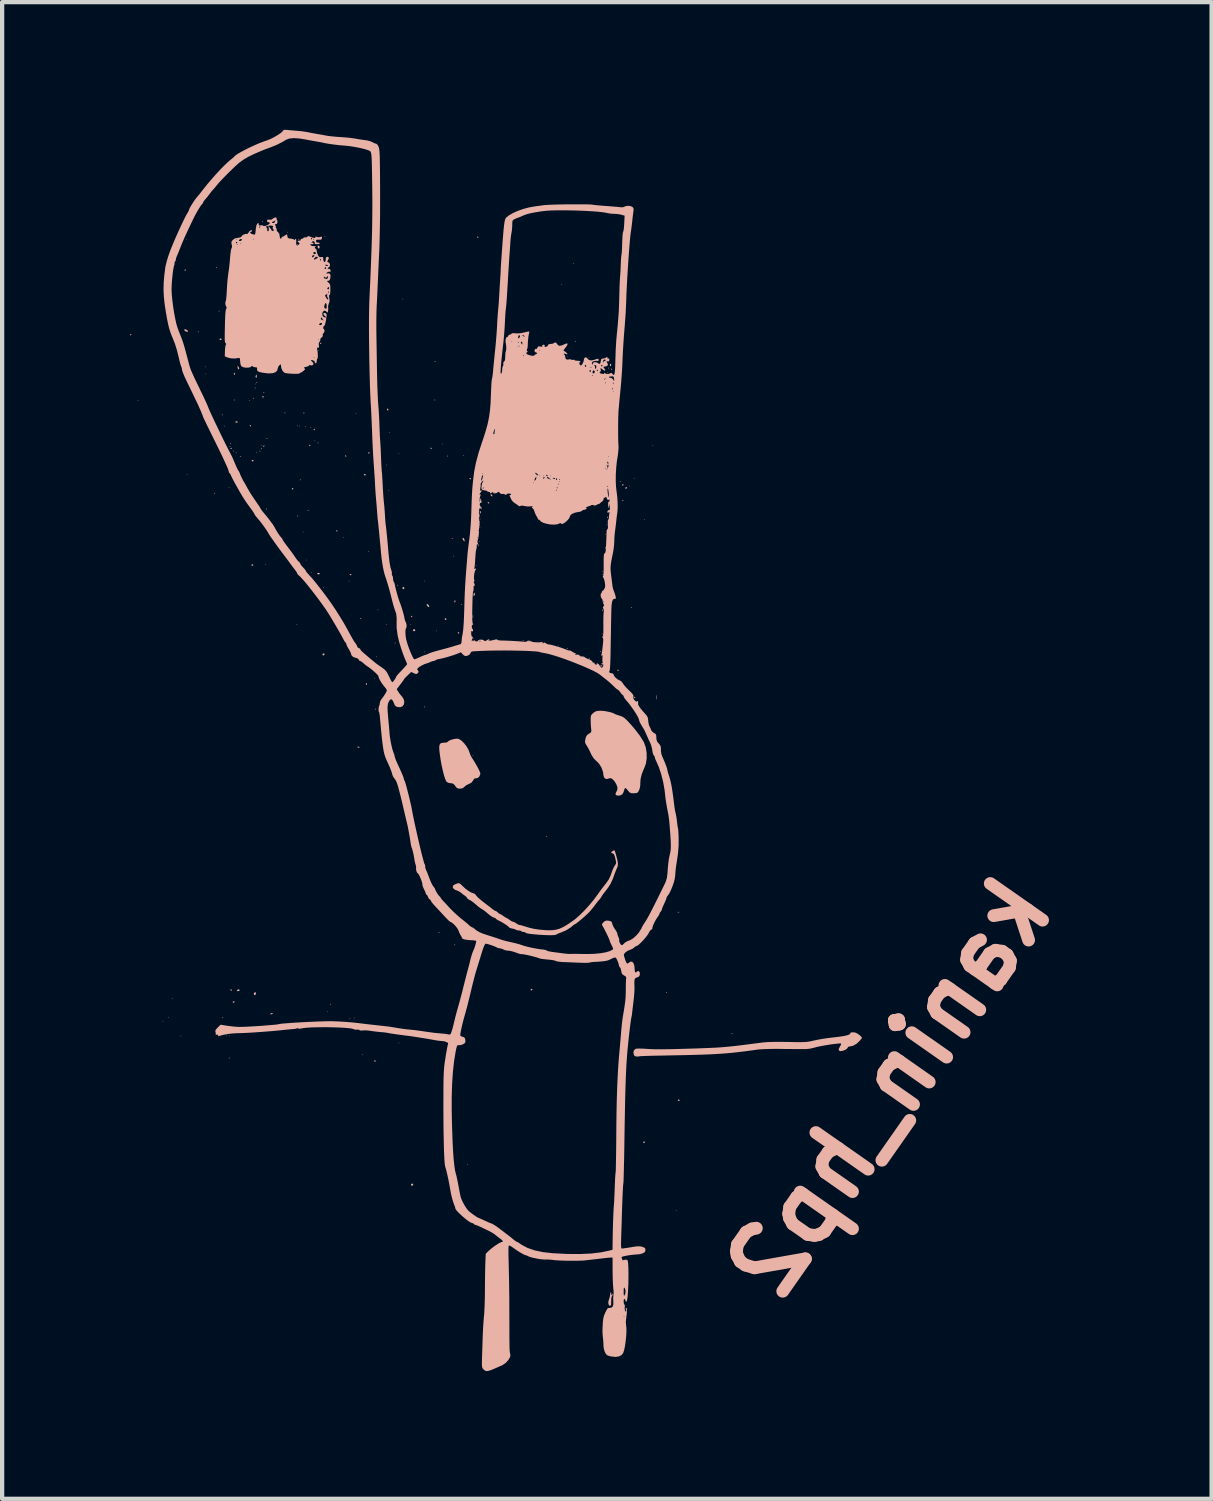
<source format=kicad_pcb>
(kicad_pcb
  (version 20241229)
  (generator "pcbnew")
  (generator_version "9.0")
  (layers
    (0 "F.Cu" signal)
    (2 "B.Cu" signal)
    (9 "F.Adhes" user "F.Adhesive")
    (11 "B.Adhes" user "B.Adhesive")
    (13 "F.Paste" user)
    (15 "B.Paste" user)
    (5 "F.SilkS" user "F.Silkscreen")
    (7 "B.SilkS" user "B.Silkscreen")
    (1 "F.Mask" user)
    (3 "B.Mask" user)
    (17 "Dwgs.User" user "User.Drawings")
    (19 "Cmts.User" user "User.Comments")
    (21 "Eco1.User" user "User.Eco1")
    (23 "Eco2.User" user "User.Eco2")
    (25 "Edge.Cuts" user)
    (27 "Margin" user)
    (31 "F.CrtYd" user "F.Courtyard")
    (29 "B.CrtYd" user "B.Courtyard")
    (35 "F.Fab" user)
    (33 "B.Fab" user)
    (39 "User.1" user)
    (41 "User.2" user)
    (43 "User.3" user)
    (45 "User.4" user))
  (footprint "kanin_hp2"
    (layer "F.Cu")
    (at 8.857 14.509)
    (property "Reference" "kanin_hp2" (at 9 8 55) (layer "B.SilkS") (effects (font (size 1.5 1.5) (thickness 0.3)) (justify mirror)))
    (attr board_only exclude_from_pos_files exclude_from_bom)
    (fp_poly (pts (xy -4.238 -10.103) (xy -4.236 -10.103) (xy -4.238 -10.104)) (stroke (width 0) (type solid)) (fill yes) (layer "B.SilkS"))
    (fp_poly (pts (xy -8.674 -8.153) (xy -8.665 -8.143) (xy -8.656 -8.153) (xy -8.665 -8.162)) (stroke (width 0) (type solid)) (fill yes) (layer "B.SilkS"))
    (fp_poly (pts (xy -8.088 6.432) (xy -8.079 6.441) (xy -8.07 6.432) (xy -8.079 6.423)) (stroke (width 0) (type solid)) (fill yes) (layer "B.SilkS"))
    (fp_poly (pts (xy -7.96 6.341) (xy -7.951 6.35) (xy -7.942 6.341) (xy -7.951 6.332)) (stroke (width 0) (type solid)) (fill yes) (layer "B.SilkS"))
    (fp_poly (pts (xy -7.869 5.902) (xy -7.86 5.911) (xy -7.851 5.902) (xy -7.86 5.893)) (stroke (width 0) (type solid)) (fill yes) (layer "B.SilkS"))
    (fp_poly (pts (xy -7.668 6.78) (xy -7.658 6.789) (xy -7.649 6.78) (xy -7.658 6.771)) (stroke (width 0) (type solid)) (fill yes) (layer "B.SilkS"))
    (fp_poly (pts (xy -7.539 -11.941) (xy -7.53 -11.931) (xy -7.521 -11.941) (xy -7.53 -11.95)) (stroke (width 0) (type solid)) (fill yes) (layer "B.SilkS"))
    (fp_poly (pts (xy -7.521 -6.414) (xy -7.512 -6.405) (xy -7.503 -6.414) (xy -7.512 -6.423)) (stroke (width 0) (type solid)) (fill yes) (layer "B.SilkS"))
    (fp_poly (pts (xy -7.082 -8.939) (xy -7.073 -8.93) (xy -7.064 -8.939) (xy -7.073 -8.949)) (stroke (width 0) (type solid)) (fill yes) (layer "B.SilkS"))
    (fp_poly (pts (xy -7.082 -8.775) (xy -7.073 -8.766) (xy -7.064 -8.775) (xy -7.073 -8.784)) (stroke (width 0) (type solid)) (fill yes) (layer "B.SilkS"))
    (fp_poly (pts (xy -6.643 -7.549) (xy -6.634 -7.539) (xy -6.624 -7.549) (xy -6.634 -7.558)) (stroke (width 0) (type solid)) (fill yes) (layer "B.SilkS"))
    (fp_poly (pts (xy -6.588 6.762) (xy -6.579 6.771) (xy -6.57 6.762) (xy -6.579 6.753)) (stroke (width 0) (type solid)) (fill yes) (layer "B.SilkS"))
    (fp_poly (pts (xy -6.533 -6.103) (xy -6.524 -6.094) (xy -6.515 -6.103) (xy -6.524 -6.112)) (stroke (width 0) (type solid)) (fill yes) (layer "B.SilkS"))
    (fp_poly (pts (xy -6.533 6.78) (xy -6.524 6.789) (xy -6.515 6.78) (xy -6.524 6.771)) (stroke (width 0) (type solid)) (fill yes) (layer "B.SilkS"))
    (fp_poly (pts (xy -6.515 -7.073) (xy -6.506 -7.064) (xy -6.496 -7.073) (xy -6.506 -7.082)) (stroke (width 0) (type solid)) (fill yes) (layer "B.SilkS"))
    (fp_poly (pts (xy -6.368 -6.926) (xy -6.359 -6.917) (xy -6.35 -6.926) (xy -6.359 -6.936)) (stroke (width 0) (type solid)) (fill yes) (layer "B.SilkS"))
    (fp_poly (pts (xy -6.057 -8.153) (xy -6.048 -8.143) (xy -6.039 -8.153) (xy -6.048 -8.162)) (stroke (width 0) (type solid)) (fill yes) (layer "B.SilkS"))
    (fp_poly (pts (xy -5.911 -8.537) (xy -5.902 -8.528) (xy -5.893 -8.537) (xy -5.902 -8.546)) (stroke (width 0) (type solid)) (fill yes) (layer "B.SilkS"))
    (fp_poly (pts (xy -5.893 -6.926) (xy -5.883 -6.917) (xy -5.874 -6.926) (xy -5.883 -6.936)) (stroke (width 0) (type solid)) (fill yes) (layer "B.SilkS"))
    (fp_poly (pts (xy -5.764 -7.091) (xy -5.755 -7.082) (xy -5.746 -7.091) (xy -5.755 -7.1)) (stroke (width 0) (type solid)) (fill yes) (layer "B.SilkS"))
    (fp_poly (pts (xy -5.673 -4.291) (xy -5.664 -4.282) (xy -5.655 -4.291) (xy -5.664 -4.3)) (stroke (width 0) (type solid)) (fill yes) (layer "B.SilkS"))
    (fp_poly (pts (xy -5.161 -12.105) (xy -5.151 -12.096) (xy -5.142 -12.105) (xy -5.151 -12.114)) (stroke (width 0) (type solid)) (fill yes) (layer "B.SilkS"))
    (fp_poly (pts (xy -4.941 -2.882) (xy -4.932 -2.873) (xy -4.923 -2.882) (xy -4.932 -2.891)) (stroke (width 0) (type solid)) (fill yes) (layer "B.SilkS"))
    (fp_poly (pts (xy -4.923 -7.567) (xy -4.913 -7.558) (xy -4.904 -7.567) (xy -4.913 -7.576)) (stroke (width 0) (type solid)) (fill yes) (layer "B.SilkS"))
    (fp_poly (pts (xy -4.886 -7.549) (xy -4.877 -7.539) (xy -4.868 -7.549) (xy -4.877 -7.558)) (stroke (width 0) (type solid)) (fill yes) (layer "B.SilkS"))
    (fp_poly (pts (xy -4.795 -5.06) (xy -4.785 -5.051) (xy -4.776 -5.06) (xy -4.785 -5.069)) (stroke (width 0) (type solid)) (fill yes) (layer "B.SilkS"))
    (fp_poly (pts (xy -4.74 -7.53) (xy -4.73 -7.521) (xy -4.721 -7.53) (xy -4.73 -7.539)) (stroke (width 0) (type solid)) (fill yes) (layer "B.SilkS"))
    (fp_poly (pts (xy -4.721 -4.401) (xy -4.712 -4.392) (xy -4.703 -4.401) (xy -4.712 -4.41)) (stroke (width 0) (type solid)) (fill yes) (layer "B.SilkS"))
    (fp_poly (pts (xy -4.612 -7.512) (xy -4.602 -7.503) (xy -4.593 -7.512) (xy -4.602 -7.521)) (stroke (width 0) (type solid)) (fill yes) (layer "B.SilkS"))
    (fp_poly (pts (xy -4.593 -4.108) (xy -4.584 -4.099) (xy -4.575 -4.108) (xy -4.584 -4.117)) (stroke (width 0) (type solid)) (fill yes) (layer "B.SilkS"))
    (fp_poly (pts (xy -4.52 -7.201) (xy -4.511 -7.192) (xy -4.502 -7.201) (xy -4.511 -7.21)) (stroke (width 0) (type solid)) (fill yes) (layer "B.SilkS"))
    (fp_poly (pts (xy -4.429 -9.324) (xy -4.419 -9.315) (xy -4.41 -9.324) (xy -4.419 -9.333)) (stroke (width 0) (type solid)) (fill yes) (layer "B.SilkS"))
    (fp_poly (pts (xy -4.319 -3.761) (xy -4.31 -3.751) (xy -4.3 -3.761) (xy -4.31 -3.77)) (stroke (width 0) (type solid)) (fill yes) (layer "B.SilkS"))
    (fp_poly (pts (xy -4.282 -11.995) (xy -4.273 -11.986) (xy -4.264 -11.995) (xy -4.273 -12.005)) (stroke (width 0) (type solid)) (fill yes) (layer "B.SilkS"))
    (fp_poly (pts (xy -4.227 6.213) (xy -4.218 6.222) (xy -4.209 6.213) (xy -4.218 6.204)) (stroke (width 0) (type solid)) (fill yes) (layer "B.SilkS"))
    (fp_poly (pts (xy -3.843 -4.932) (xy -3.834 -4.923) (xy -3.825 -4.932) (xy -3.834 -4.941)) (stroke (width 0) (type solid)) (fill yes) (layer "B.SilkS"))
    (fp_poly (pts (xy -3.715 -3.907) (xy -3.706 -3.898) (xy -3.697 -3.907) (xy -3.706 -3.916)) (stroke (width 0) (type solid)) (fill yes) (layer "B.SilkS"))
    (fp_poly (pts (xy -3.697 6.377) (xy -3.687 6.387) (xy -3.678 6.377) (xy -3.687 6.368)) (stroke (width 0) (type solid)) (fill yes) (layer "B.SilkS"))
    (fp_poly (pts (xy -3.587 6.359) (xy -3.578 6.368) (xy -3.568 6.359) (xy -3.578 6.35)) (stroke (width 0) (type solid)) (fill yes) (layer "B.SilkS"))
    (fp_poly (pts (xy -3.55 -7.841) (xy -3.541 -7.832) (xy -3.532 -7.841) (xy -3.541 -7.851)) (stroke (width 0) (type solid)) (fill yes) (layer "B.SilkS"))
    (fp_poly (pts (xy -3.404 7.219) (xy -3.395 7.228) (xy -3.385 7.219) (xy -3.395 7.21)) (stroke (width 0) (type solid)) (fill yes) (layer "B.SilkS"))
    (fp_poly (pts (xy -3.257 -4.602) (xy -3.248 -4.593) (xy -3.239 -4.602) (xy -3.248 -4.612)) (stroke (width 0) (type solid)) (fill yes) (layer "B.SilkS"))
    (fp_poly (pts (xy -3.111 -1.62) (xy -3.102 -1.61) (xy -3.093 -1.62) (xy -3.102 -1.629)) (stroke (width 0) (type solid)) (fill yes) (layer "B.SilkS"))
    (fp_poly (pts (xy -3.074 -2.132) (xy -3.065 -2.123) (xy -3.056 -2.132) (xy -3.065 -2.141)) (stroke (width 0) (type solid)) (fill yes) (layer "B.SilkS"))
    (fp_poly (pts (xy -3.038 -3.23) (xy -3.029 -3.221) (xy -3.019 -3.23) (xy -3.029 -3.239)) (stroke (width 0) (type solid)) (fill yes) (layer "B.SilkS"))
    (fp_poly (pts (xy -2.836 -6.634) (xy -2.827 -6.624) (xy -2.818 -6.634) (xy -2.827 -6.643)) (stroke (width 0) (type solid)) (fill yes) (layer "B.SilkS"))
    (fp_poly (pts (xy -2.836 -2.882) (xy -2.827 -2.873) (xy -2.818 -2.882) (xy -2.827 -2.891)) (stroke (width 0) (type solid)) (fill yes) (layer "B.SilkS"))
    (fp_poly (pts (xy -2.782 -6.03) (xy -2.772 -6.021) (xy -2.763 -6.03) (xy -2.772 -6.039)) (stroke (width 0) (type solid)) (fill yes) (layer "B.SilkS"))
    (fp_poly (pts (xy -2.763 -7.402) (xy -2.754 -7.393) (xy -2.745 -7.402) (xy -2.754 -7.411)) (stroke (width 0) (type solid)) (fill yes) (layer "B.SilkS"))
    (fp_poly (pts (xy -2.544 -6.908) (xy -2.535 -6.899) (xy -2.525 -6.908) (xy -2.535 -6.917)) (stroke (width 0) (type solid)) (fill yes) (layer "B.SilkS"))
    (fp_poly (pts (xy -2.544 6.945) (xy -2.535 6.954) (xy -2.525 6.945) (xy -2.535 6.936)) (stroke (width 0) (type solid)) (fill yes) (layer "B.SilkS"))
    (fp_poly (pts (xy -2.452 -10.531) (xy -2.443 -10.522) (xy -2.434 -10.531) (xy -2.443 -10.541)) (stroke (width 0) (type solid)) (fill yes) (layer "B.SilkS"))
    (fp_poly (pts (xy -2.269 -2.882) (xy -2.26 -2.873) (xy -2.251 -2.882) (xy -2.26 -2.891)) (stroke (width 0) (type solid)) (fill yes) (layer "B.SilkS"))
    (fp_poly (pts (xy -1.94 -3.907) (xy -1.931 -3.898) (xy -1.921 -3.907) (xy -1.931 -3.916)) (stroke (width 0) (type solid)) (fill yes) (layer "B.SilkS"))
    (fp_poly (pts (xy -1.94 -2.242) (xy -1.931 -2.233) (xy -1.921 -2.242) (xy -1.931 -2.251)) (stroke (width 0) (type solid)) (fill yes) (layer "B.SilkS"))
    (fp_poly (pts (xy -1.665 -2.736) (xy -1.656 -2.727) (xy -1.647 -2.736) (xy -1.656 -2.745)) (stroke (width 0) (type solid)) (fill yes) (layer "B.SilkS"))
    (fp_poly (pts (xy -1.519 -7.128) (xy -1.51 -7.119) (xy -1.501 -7.128) (xy -1.51 -7.137)) (stroke (width 0) (type solid)) (fill yes) (layer "B.SilkS"))
    (fp_poly (pts (xy -1.263 -4.493) (xy -1.254 -4.483) (xy -1.244 -4.493) (xy -1.254 -4.502)) (stroke (width 0) (type solid)) (fill yes) (layer "B.SilkS"))
    (fp_poly (pts (xy -1.025 -6.853) (xy -1.016 -6.844) (xy -1.006 -6.853) (xy -1.016 -6.862)) (stroke (width 0) (type solid)) (fill yes) (layer "B.SilkS"))
    (fp_poly (pts (xy -0.933 9.799) (xy -0.924 9.809) (xy -0.915 9.799) (xy -0.924 9.79)) (stroke (width 0) (type solid)) (fill yes) (layer "B.SilkS"))
    (fp_poly (pts (xy -0.805 0.192) (xy -0.796 0.201) (xy -0.787 0.192) (xy -0.796 0.183)) (stroke (width 0) (type solid)) (fill yes) (layer "B.SilkS"))
    (fp_poly (pts (xy -0.787 -2.553) (xy -0.778 -2.544) (xy -0.769 -2.553) (xy -0.778 -2.562)) (stroke (width 0) (type solid)) (fill yes) (layer "B.SilkS"))
    (fp_poly (pts (xy -0.732 -4.273) (xy -0.723 -4.264) (xy -0.714 -4.273) (xy -0.723 -4.282)) (stroke (width 0) (type solid)) (fill yes) (layer "B.SilkS"))
    (fp_poly (pts (xy -0.659 -4.84) (xy -0.65 -4.831) (xy -0.64 -4.84) (xy -0.65 -4.849)) (stroke (width 0) (type solid)) (fill yes) (layer "B.SilkS"))
    (fp_poly (pts (xy -0.64 -5.389) (xy -0.631 -5.38) (xy -0.622 -5.389) (xy -0.631 -5.398)) (stroke (width 0) (type solid)) (fill yes) (layer "B.SilkS"))
    (fp_poly (pts (xy -0.64 -5.353) (xy -0.631 -5.344) (xy -0.622 -5.353) (xy -0.631 -5.362)) (stroke (width 0) (type solid)) (fill yes) (layer "B.SilkS"))
    (fp_poly (pts (xy -0.64 -5.17) (xy -0.631 -5.161) (xy -0.622 -5.17) (xy -0.631 -5.179)) (stroke (width 0) (type solid)) (fill yes) (layer "B.SilkS"))
    (fp_poly (pts (xy 1.208 -2.388) (xy 1.217 -2.379) (xy 1.226 -2.388) (xy 1.217 -2.397)) (stroke (width 0) (type solid)) (fill yes) (layer "B.SilkS"))
    (fp_poly (pts (xy 1.281 -10.879) (xy 1.29 -10.87) (xy 1.299 -10.879) (xy 1.29 -10.888)) (stroke (width 0) (type solid)) (fill yes) (layer "B.SilkS"))
    (fp_poly (pts (xy 1.409 -9.177) (xy 1.418 -9.168) (xy 1.427 -9.177) (xy 1.418 -9.186)) (stroke (width 0) (type solid)) (fill yes) (layer "B.SilkS"))
    (fp_poly (pts (xy 1.555 -11.373) (xy 1.565 -11.364) (xy 1.574 -11.373) (xy 1.565 -11.382)) (stroke (width 0) (type solid)) (fill yes) (layer "B.SilkS"))
    (fp_poly (pts (xy 1.921 -9.159) (xy 1.931 -9.15) (xy 1.94 -9.159) (xy 1.931 -9.168)) (stroke (width 0) (type solid)) (fill yes) (layer "B.SilkS"))
    (fp_poly (pts (xy 2.233 -4.127) (xy 2.242 -4.117) (xy 2.251 -4.127) (xy 2.242 -4.136)) (stroke (width 0) (type solid)) (fill yes) (layer "B.SilkS"))
    (fp_poly (pts (xy 2.233 -2.663) (xy 2.242 -2.653) (xy 2.251 -2.663) (xy 2.242 -2.672)) (stroke (width 0) (type solid)) (fill yes) (layer "B.SilkS"))
    (fp_poly (pts (xy 2.306 -5.005) (xy 2.315 -4.996) (xy 2.324 -5.005) (xy 2.315 -5.014)) (stroke (width 0) (type solid)) (fill yes) (layer "B.SilkS"))
    (fp_poly (pts (xy 2.342 -5.225) (xy 2.352 -5.215) (xy 2.361 -5.225) (xy 2.352 -5.234)) (stroke (width 0) (type solid)) (fill yes) (layer "B.SilkS"))
    (fp_poly (pts (xy 2.361 -8.811) (xy 2.37 -8.802) (xy 2.379 -8.811) (xy 2.37 -8.82)) (stroke (width 0) (type solid)) (fill yes) (layer "B.SilkS"))
    (fp_poly (pts (xy 2.873 -6.14) (xy 2.882 -6.13) (xy 2.891 -6.14) (xy 2.882 -6.149)) (stroke (width 0) (type solid)) (fill yes) (layer "B.SilkS"))
    (fp_poly (pts (xy 2.983 -6.323) (xy 2.992 -6.313) (xy 3.001 -6.323) (xy 2.992 -6.332)) (stroke (width 0) (type solid)) (fill yes) (layer "B.SilkS"))
    (fp_poly (pts (xy 3.221 -5.353) (xy 3.23 -5.344) (xy 3.239 -5.353) (xy 3.23 -5.362)) (stroke (width 0) (type solid)) (fill yes) (layer "B.SilkS"))
    (fp_poly (pts (xy 3.422 -7.091) (xy 3.431 -7.082) (xy 3.44 -7.091) (xy 3.431 -7.1)) (stroke (width 0) (type solid)) (fill yes) (layer "B.SilkS"))
    (fp_poly (pts (xy 3.971 10.879) (xy 3.98 10.888) (xy 3.989 10.879) (xy 3.98 10.87)) (stroke (width 0) (type solid)) (fill yes) (layer "B.SilkS"))
    (fp_poly (pts (xy -7.259 -9.766) (xy -7.256 -9.755) (xy -7.247 -9.754) (xy -7.232 -9.76) (xy -7.234 -9.766) (xy -7.256 -9.768)) (stroke (width 0) (type solid)) (fill yes) (layer "B.SilkS"))
    (fp_poly (pts (xy -6.875 -5.978) (xy -6.877 -5.956) (xy -6.875 -5.954) (xy -6.864 -5.956) (xy -6.862 -5.966) (xy -6.869 -5.981)) (stroke (width 0) (type solid)) (fill yes) (layer "B.SilkS"))
    (fp_poly (pts (xy -6.82 -11.285) (xy -6.822 -11.263) (xy -6.82 -11.26) (xy -6.809 -11.263) (xy -6.807 -11.273) (xy -6.814 -11.288)) (stroke (width 0) (type solid)) (fill yes) (layer "B.SilkS"))
    (fp_poly (pts (xy -6.765 -10.26) (xy -6.767 -10.238) (xy -6.765 -10.236) (xy -6.754 -10.238) (xy -6.753 -10.248) (xy -6.759 -10.263)) (stroke (width 0) (type solid)) (fill yes) (layer "B.SilkS"))
    (fp_poly (pts (xy -6.692 -7.826) (xy -6.694 -7.804) (xy -6.692 -7.802) (xy -6.681 -7.804) (xy -6.679 -7.814) (xy -6.686 -7.829)) (stroke (width 0) (type solid)) (fill yes) (layer "B.SilkS"))
    (fp_poly (pts (xy -6.692 6.338) (xy -6.689 6.349) (xy -6.679 6.35) (xy -6.664 6.343) (xy -6.667 6.338) (xy -6.689 6.336)) (stroke (width 0) (type solid)) (fill yes) (layer "B.SilkS"))
    (fp_poly (pts (xy -6.527 7.289) (xy -6.529 7.311) (xy -6.527 7.314) (xy -6.516 7.311) (xy -6.515 7.302) (xy -6.521 7.287)) (stroke (width 0) (type solid)) (fill yes) (layer "B.SilkS"))
    (fp_poly (pts (xy -6.49 -7.149) (xy -6.492 -7.127) (xy -6.49 -7.125) (xy -6.479 -7.127) (xy -6.478 -7.137) (xy -6.485 -7.152)) (stroke (width 0) (type solid)) (fill yes) (layer "B.SilkS"))
    (fp_poly (pts (xy -6.435 -6.966) (xy -6.433 -6.955) (xy -6.423 -6.954) (xy -6.408 -6.961) (xy -6.411 -6.966) (xy -6.433 -6.968)) (stroke (width 0) (type solid)) (fill yes) (layer "B.SilkS"))
    (fp_poly (pts (xy -6.399 -8.174) (xy -6.401 -8.152) (xy -6.399 -8.149) (xy -6.388 -8.152) (xy -6.387 -8.162) (xy -6.393 -8.177)) (stroke (width 0) (type solid)) (fill yes) (layer "B.SilkS"))
    (fp_poly (pts (xy -6.271 -6.838) (xy -6.268 -6.827) (xy -6.259 -6.826) (xy -6.243 -6.832) (xy -6.246 -6.838) (xy -6.268 -6.84)) (stroke (width 0) (type solid)) (fill yes) (layer "B.SilkS"))
    (fp_poly (pts (xy -5.96 -8.21) (xy -5.962 -8.189) (xy -5.96 -8.186) (xy -5.949 -8.189) (xy -5.947 -8.198) (xy -5.954 -8.213)) (stroke (width 0) (type solid)) (fill yes) (layer "B.SilkS"))
    (fp_poly (pts (xy -5.923 -8.448) (xy -5.92 -8.437) (xy -5.911 -8.436) (xy -5.896 -8.443) (xy -5.899 -8.448) (xy -5.92 -8.451)) (stroke (width 0) (type solid)) (fill yes) (layer "B.SilkS"))
    (fp_poly (pts (xy -5.886 -8.576) (xy -5.884 -8.566) (xy -5.874 -8.564) (xy -5.859 -8.571) (xy -5.862 -8.576) (xy -5.884 -8.579)) (stroke (width 0) (type solid)) (fill yes) (layer "B.SilkS"))
    (fp_poly (pts (xy -5.813 -6.966) (xy -5.811 -6.955) (xy -5.801 -6.954) (xy -5.786 -6.961) (xy -5.789 -6.966) (xy -5.811 -6.968)) (stroke (width 0) (type solid)) (fill yes) (layer "B.SilkS"))
    (fp_poly (pts (xy -5.777 -7.021) (xy -5.774 -7.01) (xy -5.764 -7.009) (xy -5.749 -7.015) (xy -5.752 -7.021) (xy -5.774 -7.023)) (stroke (width 0) (type solid)) (fill yes) (layer "B.SilkS"))
    (fp_poly (pts (xy -5.74 -12.365) (xy -5.742 -12.343) (xy -5.74 -12.34) (xy -5.729 -12.343) (xy -5.728 -12.352) (xy -5.735 -12.367)) (stroke (width 0) (type solid)) (fill yes) (layer "B.SilkS"))
    (fp_poly (pts (xy -5.722 -8.339) (xy -5.719 -8.328) (xy -5.71 -8.326) (xy -5.694 -8.333) (xy -5.697 -8.339) (xy -5.719 -8.341)) (stroke (width 0) (type solid)) (fill yes) (layer "B.SilkS"))
    (fp_poly (pts (xy -5.649 -7.259) (xy -5.646 -7.248) (xy -5.636 -7.247) (xy -5.621 -7.253) (xy -5.624 -7.259) (xy -5.646 -7.261)) (stroke (width 0) (type solid)) (fill yes) (layer "B.SilkS"))
    (fp_poly (pts (xy -5.649 -5.612) (xy -5.651 -5.59) (xy -5.649 -5.588) (xy -5.638 -5.59) (xy -5.636 -5.6) (xy -5.643 -5.615)) (stroke (width 0) (type solid)) (fill yes) (layer "B.SilkS"))
    (fp_poly (pts (xy -5.228 -7.863) (xy -5.225 -7.852) (xy -5.215 -7.851) (xy -5.2 -7.857) (xy -5.203 -7.863) (xy -5.225 -7.865)) (stroke (width 0) (type solid)) (fill yes) (layer "B.SilkS"))
    (fp_poly (pts (xy -4.935 -11.816) (xy -4.932 -11.805) (xy -4.923 -11.803) (xy -4.908 -11.81) (xy -4.91 -11.816) (xy -4.932 -11.818)) (stroke (width 0) (type solid)) (fill yes) (layer "B.SilkS"))
    (fp_poly (pts (xy -4.917 -5.447) (xy -4.919 -5.425) (xy -4.917 -5.423) (xy -4.906 -5.425) (xy -4.904 -5.435) (xy -4.911 -5.45)) (stroke (width 0) (type solid)) (fill yes) (layer "B.SilkS"))
    (fp_poly (pts (xy -4.898 -11.944) (xy -4.896 -11.933) (xy -4.886 -11.931) (xy -4.871 -11.938) (xy -4.874 -11.944) (xy -4.896 -11.946)) (stroke (width 0) (type solid)) (fill yes) (layer "B.SilkS"))
    (fp_poly (pts (xy -4.862 -6.289) (xy -4.859 -6.278) (xy -4.849 -6.277) (xy -4.834 -6.283) (xy -4.837 -6.289) (xy -4.859 -6.291)) (stroke (width 0) (type solid)) (fill yes) (layer "B.SilkS"))
    (fp_poly (pts (xy -4.77 -7.872) (xy -4.773 -7.844) (xy -4.769 -7.837) (xy -4.761 -7.843) (xy -4.759 -7.861) (xy -4.764 -7.881)) (stroke (width 0) (type solid)) (fill yes) (layer "B.SilkS"))
    (fp_poly (pts (xy -4.679 -5.575) (xy -4.676 -5.564) (xy -4.666 -5.563) (xy -4.651 -5.57) (xy -4.654 -5.575) (xy -4.676 -5.578)) (stroke (width 0) (type solid)) (fill yes) (layer "B.SilkS"))
    (fp_poly (pts (xy -4.441 -7.167) (xy -4.443 -7.146) (xy -4.441 -7.143) (xy -4.43 -7.145) (xy -4.429 -7.155) (xy -4.435 -7.17)) (stroke (width 0) (type solid)) (fill yes) (layer "B.SilkS"))
    (fp_poly (pts (xy -4.148 6.027) (xy -4.15 6.048) (xy -4.148 6.051) (xy -4.137 6.049) (xy -4.136 6.039) (xy -4.142 6.024)) (stroke (width 0) (type solid)) (fill yes) (layer "B.SilkS"))
    (fp_poly (pts (xy -3.454 -3.031) (xy -3.448 -3.022) (xy -3.43 -3.021) (xy -3.41 -3.025) (xy -3.419 -3.032) (xy -3.447 -3.034)) (stroke (width 0) (type solid)) (fill yes) (layer "B.SilkS"))
    (fp_poly (pts (xy -3.087 -0.909) (xy -3.089 -0.887) (xy -3.087 -0.884) (xy -3.076 -0.887) (xy -3.074 -0.897) (xy -3.081 -0.912)) (stroke (width 0) (type solid)) (fill yes) (layer "B.SilkS"))
    (fp_poly (pts (xy -2.629 -2.464) (xy -2.631 -2.443) (xy -2.629 -2.44) (xy -2.618 -2.442) (xy -2.617 -2.452) (xy -2.624 -2.467)) (stroke (width 0) (type solid)) (fill yes) (layer "B.SilkS"))
    (fp_poly (pts (xy -2.574 -3.819) (xy -2.576 -3.797) (xy -2.574 -3.794) (xy -2.563 -3.797) (xy -2.562 -3.806) (xy -2.569 -3.821)) (stroke (width 0) (type solid)) (fill yes) (layer "B.SilkS"))
    (fp_poly (pts (xy -1.934 -0.964) (xy -1.936 -0.942) (xy -1.934 -0.939) (xy -1.923 -0.942) (xy -1.921 -0.952) (xy -1.928 -0.967)) (stroke (width 0) (type solid)) (fill yes) (layer "B.SilkS"))
    (fp_poly (pts (xy -1.696 -9.071) (xy -1.693 -9.06) (xy -1.684 -9.058) (xy -1.669 -9.065) (xy -1.671 -9.071) (xy -1.693 -9.073)) (stroke (width 0) (type solid)) (fill yes) (layer "B.SilkS"))
    (fp_poly (pts (xy -1.696 -8.174) (xy -1.698 -8.152) (xy -1.696 -8.149) (xy -1.685 -8.152) (xy -1.684 -8.162) (xy -1.69 -8.177)) (stroke (width 0) (type solid)) (fill yes) (layer "B.SilkS"))
    (fp_poly (pts (xy -1.604 4.343) (xy -1.602 4.354) (xy -1.592 4.355) (xy -1.577 4.349) (xy -1.58 4.343) (xy -1.602 4.341)) (stroke (width 0) (type solid)) (fill yes) (layer "B.SilkS"))
    (fp_poly (pts (xy -1.403 -6.856) (xy -1.405 -6.835) (xy -1.403 -6.832) (xy -1.392 -6.834) (xy -1.391 -6.844) (xy -1.397 -6.859)) (stroke (width 0) (type solid)) (fill yes) (layer "B.SilkS"))
    (fp_poly (pts (xy -1.293 -4.917) (xy -1.291 -4.906) (xy -1.281 -4.904) (xy -1.266 -4.911) (xy -1.269 -4.917) (xy -1.29 -4.919)) (stroke (width 0) (type solid)) (fill yes) (layer "B.SilkS"))
    (fp_poly (pts (xy -1.238 4.636) (xy -1.236 4.647) (xy -1.226 4.648) (xy -1.211 4.641) (xy -1.214 4.636) (xy -1.236 4.634)) (stroke (width 0) (type solid)) (fill yes) (layer "B.SilkS"))
    (fp_poly (pts (xy -1.074 -3.361) (xy -1.071 -3.35) (xy -1.061 -3.349) (xy -1.046 -3.356) (xy -1.049 -3.361) (xy -1.071 -3.363)) (stroke (width 0) (type solid)) (fill yes) (layer "B.SilkS"))
    (fp_poly (pts (xy 0.372 -2.519) (xy 0.375 -2.508) (xy 0.384 -2.507) (xy 0.399 -2.514) (xy 0.396 -2.519) (xy 0.375 -2.521)) (stroke (width 0) (type solid)) (fill yes) (layer "B.SilkS"))
    (fp_poly (pts (xy 0.921 2.092) (xy 0.924 2.103) (xy 0.933 2.104) (xy 0.948 2.098) (xy 0.945 2.092) (xy 0.924 2.09)) (stroke (width 0) (type solid)) (fill yes) (layer "B.SilkS"))
    (fp_poly (pts (xy 1.415 -2.336) (xy 1.413 -2.315) (xy 1.415 -2.312) (xy 1.426 -2.314) (xy 1.427 -2.324) (xy 1.421 -2.339)) (stroke (width 0) (type solid)) (fill yes) (layer "B.SilkS"))
    (fp_poly (pts (xy 1.598 -9.546) (xy 1.601 -9.535) (xy 1.61 -9.534) (xy 1.625 -9.541) (xy 1.623 -9.546) (xy 1.601 -9.549)) (stroke (width 0) (type solid)) (fill yes) (layer "B.SilkS"))
    (fp_poly (pts (xy 1.928 -2.098) (xy 1.93 -2.087) (xy 1.94 -2.086) (xy 1.955 -2.093) (xy 1.952 -2.098) (xy 1.93 -2.101)) (stroke (width 0) (type solid)) (fill yes) (layer "B.SilkS"))
    (fp_poly (pts (xy 2.202 -2.263) (xy 2.2 -2.241) (xy 2.202 -2.239) (xy 2.213 -2.241) (xy 2.214 -2.251) (xy 2.208 -2.266)) (stroke (width 0) (type solid)) (fill yes) (layer "B.SilkS"))
    (fp_poly (pts (xy 2.257 -4.075) (xy 2.255 -4.053) (xy 2.257 -4.05) (xy 2.268 -4.053) (xy 2.269 -4.063) (xy 2.262 -4.078)) (stroke (width 0) (type solid)) (fill yes) (layer "B.SilkS"))
    (fp_poly (pts (xy 2.312 -4.706) (xy 2.309 -4.678) (xy 2.313 -4.671) (xy 2.321 -4.677) (xy 2.323 -4.695) (xy 2.318 -4.715)) (stroke (width 0) (type solid)) (fill yes) (layer "B.SilkS"))
    (fp_poly (pts (xy 2.366 -5.42) (xy 2.364 -5.392) (xy 2.368 -5.385) (xy 2.376 -5.391) (xy 2.378 -5.409) (xy 2.373 -5.429)) (stroke (width 0) (type solid)) (fill yes) (layer "B.SilkS"))
    (fp_poly (pts (xy 2.385 -8.924) (xy 2.383 -8.902) (xy 2.385 -8.9) (xy 2.396 -8.902) (xy 2.397 -8.912) (xy 2.391 -8.927)) (stroke (width 0) (type solid)) (fill yes) (layer "B.SilkS"))
    (fp_poly (pts (xy 2.458 -8.897) (xy 2.456 -8.868) (xy 2.459 -8.862) (xy 2.468 -8.867) (xy 2.469 -8.886) (xy 2.465 -8.906)) (stroke (width 0) (type solid)) (fill yes) (layer "B.SilkS"))
    (fp_poly (pts (xy 2.66 -6.252) (xy 2.662 -6.242) (xy 2.672 -6.24) (xy 2.687 -6.247) (xy 2.684 -6.252) (xy 2.662 -6.255)) (stroke (width 0) (type solid)) (fill yes) (layer "B.SilkS"))
    (fp_poly (pts (xy 2.916 -3.288) (xy 2.918 -3.277) (xy 2.928 -3.276) (xy 2.943 -3.282) (xy 2.94 -3.288) (xy 2.918 -3.29)) (stroke (width 0) (type solid)) (fill yes) (layer "B.SilkS"))
    (fp_poly (pts (xy 3.739 5.752) (xy 3.742 5.763) (xy 3.751 5.764) (xy 3.767 5.758) (xy 3.764 5.752) (xy 3.742 5.75)) (stroke (width 0) (type solid)) (fill yes) (layer "B.SilkS"))
    (fp_poly (pts (xy 4.013 3.868) (xy 4.018 3.877) (xy 4.037 3.878) (xy 4.056 3.874) (xy 4.048 3.867) (xy 4.019 3.865)) (stroke (width 0) (type solid)) (fill yes) (layer "B.SilkS"))
    (fp_poly (pts (xy 5.276 6.722) (xy 5.279 6.733) (xy 5.289 6.734) (xy 5.304 6.728) (xy 5.301 6.722) (xy 5.279 6.72)) (stroke (width 0) (type solid)) (fill yes) (layer "B.SilkS"))
    (fp_poly (pts (xy -4.328 -2.192) (xy -4.331 -2.17) (xy -4.311 -2.159) (xy -4.286 -2.174) (xy -4.282 -2.188) (xy -4.293 -2.21) (xy -4.304 -2.21)) (stroke (width 0) (type solid)) (fill yes) (layer "B.SilkS"))
    (fp_poly (pts (xy -3.68 -4.071) (xy -3.696 -4.053) (xy -3.677 -4.045) (xy -3.668 -4.044) (xy -3.649 -4.053) (xy -3.651 -4.063) (xy -3.673 -4.073)) (stroke (width 0) (type solid)) (fill yes) (layer "B.SilkS"))
    (fp_poly (pts (xy -3.31 -1.506) (xy -3.312 -1.493) (xy -3.306 -1.466) (xy -3.29 -1.474) (xy -3.286 -1.481) (xy -3.288 -1.505) (xy -3.294 -1.51)) (stroke (width 0) (type solid)) (fill yes) (layer "B.SilkS"))
    (fp_poly (pts (xy -3.108 7.351) (xy -3.111 7.365) (xy -3.105 7.391) (xy -3.089 7.383) (xy -3.084 7.376) (xy -3.087 7.353) (xy -3.092 7.348)) (stroke (width 0) (type solid)) (fill yes) (layer "B.SilkS"))
    (fp_poly (pts (xy -1.461 -3.016) (xy -1.451 -2.999) (xy -1.428 -2.99) (xy -1.42 -2.998) (xy -1.422 -3.023) (xy -1.428 -3.029) (xy -1.454 -3.033)) (stroke (width 0) (type solid)) (fill yes) (layer "B.SilkS"))
    (fp_poly (pts (xy -0.636 -5.529) (xy -0.631 -5.496) (xy -0.622 -5.495) (xy -0.612 -5.51) (xy -0.612 -5.538) (xy -0.619 -5.549) (xy -0.634 -5.554)) (stroke (width 0) (type solid)) (fill yes) (layer "B.SilkS"))
    (fp_poly (pts (xy 2.729 -5.812) (xy 2.71 -5.795) (xy 2.708 -5.791) (xy 2.717 -5.783) (xy 2.735 -5.8) (xy 2.738 -5.804) (xy 2.74 -5.816)) (stroke (width 0) (type solid)) (fill yes) (layer "B.SilkS"))
    (fp_poly (pts (xy -8.839 -9.708) (xy -8.856 -9.692) (xy -8.857 -9.689) (xy -8.843 -9.681) (xy -8.839 -9.681) (xy -8.821 -9.695) (xy -8.82 -9.7) (xy -8.832 -9.711)) (stroke (width 0) (type solid)) (fill yes) (layer "B.SilkS"))
    (fp_poly (pts (xy -7.558 -11.227) (xy -7.575 -11.21) (xy -7.576 -11.207) (xy -7.562 -11.2) (xy -7.558 -11.199) (xy -7.54 -11.213) (xy -7.539 -11.219) (xy -7.551 -11.23)) (stroke (width 0) (type solid)) (fill yes) (layer "B.SilkS"))
    (fp_poly (pts (xy -6.749 -9.597) (xy -6.753 -9.589) (xy -6.738 -9.573) (xy -6.725 -9.571) (xy -6.701 -9.581) (xy -6.698 -9.589) (xy -6.713 -9.605) (xy -6.725 -9.607)) (stroke (width 0) (type solid)) (fill yes) (layer "B.SilkS"))
    (fp_poly (pts (xy -6.495 5.683) (xy -6.496 5.689) (xy -6.483 5.715) (xy -6.478 5.719) (xy -6.461 5.718) (xy -6.46 5.712) (xy -6.473 5.686) (xy -6.478 5.682)) (stroke (width 0) (type solid)) (fill yes) (layer "B.SilkS"))
    (fp_poly (pts (xy -6.478 -7.036) (xy -6.496 -7.02) (xy -6.496 -7.017) (xy -6.482 -7.009) (xy -6.478 -7.009) (xy -6.461 -7.023) (xy -6.46 -7.028) (xy -6.471 -7.039)) (stroke (width 0) (type solid)) (fill yes) (layer "B.SilkS"))
    (fp_poly (pts (xy -6.438 5.975) (xy -6.441 5.984) (xy -6.428 6.002) (xy -6.424 6.002) (xy -6.399 5.989) (xy -6.396 5.984) (xy -6.4 5.968) (xy -6.413 5.966)) (stroke (width 0) (type solid)) (fill yes) (layer "B.SilkS"))
    (fp_poly (pts (xy -6.414 -8.789) (xy -6.412 -8.775) (xy -6.399 -8.751) (xy -6.394 -8.747) (xy -6.387 -8.762) (xy -6.387 -8.775) (xy -6.396 -8.799) (xy -6.404 -8.802)) (stroke (width 0) (type solid)) (fill yes) (layer "B.SilkS"))
    (fp_poly (pts (xy -6.372 -7.653) (xy -6.381 -7.637) (xy -6.359 -7.631) (xy -6.35 -7.631) (xy -6.321 -7.635) (xy -6.324 -7.648) (xy -6.328 -7.653) (xy -6.353 -7.665)) (stroke (width 0) (type solid)) (fill yes) (layer "B.SilkS"))
    (fp_poly (pts (xy -6.328 -8.957) (xy -6.326 -8.935) (xy -6.315 -8.893) (xy -6.299 -8.88) (xy -6.288 -8.89) (xy -6.29 -8.916) (xy -6.305 -8.941) (xy -6.324 -8.965)) (stroke (width 0) (type solid)) (fill yes) (layer "B.SilkS"))
    (fp_poly (pts (xy -6.315 5.687) (xy -6.332 5.701) (xy -6.343 5.721) (xy -6.324 5.728) (xy -6.316 5.728) (xy -6.285 5.721) (xy -6.277 5.711) (xy -6.289 5.686)) (stroke (width 0) (type solid)) (fill yes) (layer "B.SilkS"))
    (fp_poly (pts (xy -6.039 -7.562) (xy -6.039 -7.558) (xy -6.025 -7.54) (xy -6.02 -7.539) (xy -6.009 -7.551) (xy -6.011 -7.558) (xy -6.028 -7.575) (xy -6.031 -7.576)) (stroke (width 0) (type solid)) (fill yes) (layer "B.SilkS"))
    (fp_poly (pts (xy -5.999 -4.291) (xy -6.002 -4.282) (xy -5.989 -4.264) (xy -5.985 -4.264) (xy -5.96 -4.277) (xy -5.957 -4.282) (xy -5.961 -4.298) (xy -5.974 -4.3)) (stroke (width 0) (type solid)) (fill yes) (layer "B.SilkS"))
    (fp_poly (pts (xy -5.995 -6.744) (xy -5.993 -6.734) (xy -5.97 -6.717) (xy -5.965 -6.716) (xy -5.948 -6.73) (xy -5.947 -6.734) (xy -5.962 -6.75) (xy -5.976 -6.753)) (stroke (width 0) (type solid)) (fill yes) (layer "B.SilkS"))
    (fp_poly (pts (xy -5.941 5.777) (xy -5.944 5.789) (xy -5.936 5.815) (xy -5.921 5.819) (xy -5.898 5.804) (xy -5.893 5.781) (xy -5.902 5.754) (xy -5.923 5.754)) (stroke (width 0) (type solid)) (fill yes) (layer "B.SilkS"))
    (fp_poly (pts (xy -5.895 -8.741) (xy -5.905 -8.705) (xy -5.894 -8.687) (xy -5.88 -8.682) (xy -5.875 -8.709) (xy -5.875 -8.721) (xy -5.877 -8.755) (xy -5.884 -8.757)) (stroke (width 0) (type solid)) (fill yes) (layer "B.SilkS"))
    (fp_poly (pts (xy -5.746 -8.239) (xy -5.746 -8.235) (xy -5.732 -8.217) (xy -5.728 -8.217) (xy -5.71 -8.23) (xy -5.71 -8.235) (xy -5.723 -8.253) (xy -5.728 -8.253)) (stroke (width 0) (type solid)) (fill yes) (layer "B.SilkS"))
    (fp_poly (pts (xy -5.71 -7.091) (xy -5.727 -7.075) (xy -5.728 -7.072) (xy -5.714 -7.064) (xy -5.71 -7.064) (xy -5.692 -7.078) (xy -5.691 -7.083) (xy -5.702 -7.094)) (stroke (width 0) (type solid)) (fill yes) (layer "B.SilkS"))
    (fp_poly (pts (xy -5.545 6.25) (xy -5.554 6.259) (xy -5.555 6.275) (xy -5.534 6.272) (xy -5.508 6.259) (xy -5.491 6.244) (xy -5.508 6.241) (xy -5.512 6.24)) (stroke (width 0) (type solid)) (fill yes) (layer "B.SilkS"))
    (fp_poly (pts (xy -5.05 -6.08) (xy -5.051 -6.076) (xy -5.037 -6.058) (xy -5.032 -6.057) (xy -5.015 -6.071) (xy -5.014 -6.076) (xy -5.028 -6.093) (xy -5.032 -6.094)) (stroke (width 0) (type solid)) (fill yes) (layer "B.SilkS"))
    (fp_poly (pts (xy -4.63 -7.109) (xy -4.647 -7.093) (xy -4.648 -7.09) (xy -4.634 -7.082) (xy -4.63 -7.082) (xy -4.612 -7.096) (xy -4.612 -7.101) (xy -4.623 -7.112)) (stroke (width 0) (type solid)) (fill yes) (layer "B.SilkS"))
    (fp_poly (pts (xy -4.538 -7.471) (xy -4.538 -7.466) (xy -4.532 -7.448) (xy -4.53 -7.448) (xy -4.515 -7.461) (xy -4.511 -7.466) (xy -4.512 -7.483) (xy -4.519 -7.485)) (stroke (width 0) (type solid)) (fill yes) (layer "B.SilkS"))
    (fp_poly (pts (xy -4.455 -4.092) (xy -4.456 -4.081) (xy -4.43 -4.064) (xy -4.418 -4.063) (xy -4.395 -4.073) (xy -4.392 -4.081) (xy -4.407 -4.096) (xy -4.43 -4.099)) (stroke (width 0) (type solid)) (fill yes) (layer "B.SilkS"))
    (fp_poly (pts (xy -4.446 -11.767) (xy -4.44 -11.738) (xy -4.431 -11.725) (xy -4.411 -11.719) (xy -4.399 -11.738) (xy -4.4 -11.774) (xy -4.412 -11.786) (xy -4.435 -11.788)) (stroke (width 0) (type solid)) (fill yes) (layer "B.SilkS"))
    (fp_poly (pts (xy -4.374 -9.507) (xy -4.391 -9.49) (xy -4.392 -9.487) (xy -4.378 -9.479) (xy -4.374 -9.479) (xy -4.356 -9.493) (xy -4.355 -9.499) (xy -4.367 -9.51)) (stroke (width 0) (type solid)) (fill yes) (layer "B.SilkS"))
    (fp_poly (pts (xy -4.007 -5.091) (xy -4.008 -5.087) (xy -3.994 -5.07) (xy -3.988 -5.069) (xy -3.977 -5.08) (xy -3.98 -5.087) (xy -3.997 -5.105) (xy -4 -5.106)) (stroke (width 0) (type solid)) (fill yes) (layer "B.SilkS"))
    (fp_poly (pts (xy -3.8 -6.851) (xy -3.797 -6.844) (xy -3.781 -6.827) (xy -3.778 -6.826) (xy -3.77 -6.84) (xy -3.77 -6.844) (xy -3.784 -6.862) (xy -3.789 -6.862)) (stroke (width 0) (type solid)) (fill yes) (layer "B.SilkS"))
    (fp_poly (pts (xy -3.511 -0.014) (xy -3.514 -0.011) (xy -3.499 0.001) (xy -3.486 0.007) (xy -3.463 0.007) (xy -3.459 -0.001) (xy -3.473 -0.016) (xy -3.486 -0.018)) (stroke (width 0) (type solid)) (fill yes) (layer "B.SilkS"))
    (fp_poly (pts (xy -3.36 -6.414) (xy -3.358 -6.405) (xy -3.335 -6.387) (xy -3.329 -6.387) (xy -3.313 -6.401) (xy -3.312 -6.405) (xy -3.327 -6.421) (xy -3.341 -6.423)) (stroke (width 0) (type solid)) (fill yes) (layer "B.SilkS"))
    (fp_poly (pts (xy -3.257 -6.922) (xy -3.257 -6.917) (xy -3.243 -6.9) (xy -3.239 -6.899) (xy -3.221 -6.913) (xy -3.221 -6.917) (xy -3.235 -6.935) (xy -3.239 -6.936)) (stroke (width 0) (type solid)) (fill yes) (layer "B.SilkS"))
    (fp_poly (pts (xy -2.818 -7.947) (xy -2.818 -7.943) (xy -2.805 -7.918) (xy -2.8 -7.915) (xy -2.784 -7.919) (xy -2.782 -7.932) (xy -2.791 -7.957) (xy -2.8 -7.96)) (stroke (width 0) (type solid)) (fill yes) (layer "B.SilkS"))
    (fp_poly (pts (xy -2.45 -3.755) (xy -2.452 -3.742) (xy -2.441 -3.717) (xy -2.416 -3.722) (xy -2.41 -3.727) (xy -2.406 -3.749) (xy -2.425 -3.768) (xy -2.435 -3.77)) (stroke (width 0) (type solid)) (fill yes) (layer "B.SilkS"))
    (fp_poly (pts (xy -2.251 -3.078) (xy -2.251 -3.074) (xy -2.237 -3.057) (xy -2.231 -3.056) (xy -2.221 -3.067) (xy -2.223 -3.074) (xy -2.24 -3.092) (xy -2.243 -3.093)) (stroke (width 0) (type solid)) (fill yes) (layer "B.SilkS"))
    (fp_poly (pts (xy -2.248 10.262) (xy -2.251 10.275) (xy -2.24 10.3) (xy -2.214 10.296) (xy -2.208 10.291) (xy -2.197 10.264) (xy -2.216 10.248) (xy -2.223 10.248)) (stroke (width 0) (type solid)) (fill yes) (layer "B.SilkS"))
    (fp_poly (pts (xy -2.196 -2.772) (xy -2.206 -2.751) (xy -2.192 -2.731) (xy -2.178 -2.727) (xy -2.154 -2.74) (xy -2.151 -2.744) (xy -2.152 -2.765) (xy -2.174 -2.777)) (stroke (width 0) (type solid)) (fill yes) (layer "B.SilkS"))
    (fp_poly (pts (xy -1.793 -7.031) (xy -1.793 -7.027) (xy -1.779 -7.009) (xy -1.774 -7.009) (xy -1.763 -7.02) (xy -1.766 -7.027) (xy -1.782 -7.045) (xy -1.785 -7.045)) (stroke (width 0) (type solid)) (fill yes) (layer "B.SilkS"))
    (fp_poly (pts (xy -1.227 -3.444) (xy -1.233 -3.431) (xy -1.233 -3.408) (xy -1.226 -3.404) (xy -1.21 -3.419) (xy -1.208 -3.431) (xy -1.212 -3.456) (xy -1.215 -3.459)) (stroke (width 0) (type solid)) (fill yes) (layer "B.SilkS"))
    (fp_poly (pts (xy -1.152 -2.694) (xy -1.153 -2.69) (xy -1.139 -2.672) (xy -1.135 -2.672) (xy -1.117 -2.686) (xy -1.116 -2.69) (xy -1.13 -2.708) (xy -1.135 -2.708)) (stroke (width 0) (type solid)) (fill yes) (layer "B.SilkS"))
    (fp_poly (pts (xy -1.042 -4.911) (xy -1.031 -4.879) (xy -1.016 -4.857) (xy -0.996 -4.838) (xy -0.989 -4.843) (xy -0.996 -4.883) (xy -1.013 -4.915) (xy -1.027 -4.923)) (stroke (width 0) (type solid)) (fill yes) (layer "B.SilkS"))
    (fp_poly (pts (xy -0.878 -6.318) (xy -0.878 -6.313) (xy -0.864 -6.296) (xy -0.86 -6.295) (xy -0.842 -6.309) (xy -0.842 -6.313) (xy -0.856 -6.331) (xy -0.86 -6.332)) (stroke (width 0) (type solid)) (fill yes) (layer "B.SilkS"))
    (fp_poly (pts (xy -0.8 -3.106) (xy -0.802 -3.06) (xy -0.8 -3.042) (xy -0.794 -3.037) (xy -0.791 -3.062) (xy -0.791 -3.074) (xy -0.793 -3.108) (xy -0.798 -3.112)) (stroke (width 0) (type solid)) (fill yes) (layer "B.SilkS"))
    (fp_poly (pts (xy -0.695 -11.99) (xy -0.695 -11.986) (xy -0.681 -11.969) (xy -0.676 -11.968) (xy -0.665 -11.979) (xy -0.668 -11.986) (xy -0.684 -12.004) (xy -0.687 -12.005)) (stroke (width 0) (type solid)) (fill yes) (layer "B.SilkS"))
    (fp_poly (pts (xy -0.451 -5.753) (xy -0.448 -5.746) (xy -0.424 -5.728) (xy -0.419 -5.728) (xy -0.409 -5.739) (xy -0.412 -5.746) (xy -0.436 -5.764) (xy -0.441 -5.764)) (stroke (width 0) (type solid)) (fill yes) (layer "B.SilkS"))
    (fp_poly (pts (xy -0.381 -5.937) (xy -0.374 -5.915) (xy -0.353 -5.897) (xy -0.351 -5.897) (xy -0.337 -5.902) (xy -0.34 -5.918) (xy -0.359 -5.944) (xy -0.369 -5.947)) (stroke (width 0) (type solid)) (fill yes) (layer "B.SilkS"))
    (fp_poly (pts (xy 0.562 5.686) (xy 0.558 5.691) (xy 0.562 5.707) (xy 0.575 5.71) (xy 0.6 5.7) (xy 0.604 5.691) (xy 0.591 5.673) (xy 0.587 5.673)) (stroke (width 0) (type solid)) (fill yes) (layer "B.SilkS"))
    (fp_poly (pts (xy 2.196 -1.921) (xy 2.211 -1.905) (xy 2.223 -1.903) (xy 2.248 -1.907) (xy 2.251 -1.91) (xy 2.237 -1.922) (xy 2.223 -1.928) (xy 2.2 -1.928)) (stroke (width 0) (type solid)) (fill yes) (layer "B.SilkS"))
    (fp_poly (pts (xy 2.238 -3.227) (xy 2.242 -3.221) (xy 2.259 -3.203) (xy 2.262 -3.202) (xy 2.263 -3.214) (xy 2.26 -3.221) (xy 2.243 -3.238) (xy 2.24 -3.239)) (stroke (width 0) (type solid)) (fill yes) (layer "B.SilkS"))
    (fp_poly (pts (xy 2.435 -9.011) (xy 2.43 -9.007) (xy 2.418 -8.982) (xy 2.43 -8.963) (xy 2.447 -8.954) (xy 2.452 -8.976) (xy 2.452 -8.985) (xy 2.448 -9.014)) (stroke (width 0) (type solid)) (fill yes) (layer "B.SilkS"))
    (fp_poly (pts (xy 2.599 -1.816) (xy 2.599 -1.812) (xy 2.613 -1.794) (xy 2.618 -1.793) (xy 2.629 -1.805) (xy 2.626 -1.812) (xy 2.61 -1.829) (xy 2.607 -1.83)) (stroke (width 0) (type solid)) (fill yes) (layer "B.SilkS"))
    (fp_poly (pts (xy 2.709 -6.171) (xy 2.708 -6.167) (xy 2.722 -6.149) (xy 2.727 -6.149) (xy 2.744 -6.163) (xy 2.745 -6.167) (xy 2.731 -6.185) (xy 2.727 -6.185)) (stroke (width 0) (type solid)) (fill yes) (layer "B.SilkS"))
    (fp_poly (pts (xy 2.785 -6.103) (xy 2.782 -6.094) (xy 2.795 -6.076) (xy 2.799 -6.076) (xy 2.824 -6.089) (xy 2.827 -6.094) (xy 2.823 -6.109) (xy 2.81 -6.112)) (stroke (width 0) (type solid)) (fill yes) (layer "B.SilkS"))
    (fp_poly (pts (xy 2.989 -1.178) (xy 2.992 -1.171) (xy 3.008 -1.154) (xy 3.011 -1.153) (xy 3.019 -1.167) (xy 3.019 -1.171) (xy 3.005 -1.189) (xy 3 -1.189)) (stroke (width 0) (type solid)) (fill yes) (layer "B.SilkS"))
    (fp_poly (pts (xy 3.206 9.269) (xy 3.202 9.278) (xy 3.216 9.296) (xy 3.22 9.296) (xy 3.244 9.283) (xy 3.248 9.278) (xy 3.244 9.262) (xy 3.231 9.26)) (stroke (width 0) (type solid)) (fill yes) (layer "B.SilkS"))
    (fp_poly (pts (xy 3.519 -1.221) (xy 3.516 -1.167) (xy 3.519 -1.13) (xy 3.523 -1.122) (xy 3.526 -1.146) (xy 3.527 -1.18) (xy 3.525 -1.222) (xy 3.522 -1.234)) (stroke (width 0) (type solid)) (fill yes) (layer "B.SilkS"))
    (fp_poly (pts (xy 4.021 8.285) (xy 4.017 8.29) (xy 4.021 8.305) (xy 4.034 8.308) (xy 4.059 8.299) (xy 4.063 8.29) (xy 4.049 8.272) (xy 4.045 8.271)) (stroke (width 0) (type solid)) (fill yes) (layer "B.SilkS"))
    (fp_poly (pts (xy -4.309 -10.198) (xy -4.306 -10.171) (xy -4.279 -10.138) (xy -4.238 -10.104) (xy -4.236 -10.113) (xy -4.233 -10.158) (xy -4.238 -10.183) (xy -4.248 -10.195) (xy -4.288 -10.209)) (stroke (width 0) (type solid)) (fill yes) (layer "B.SilkS"))
    (fp_poly (pts (xy -1.885 -3.353) (xy -1.885 -3.353) (xy -1.872 -3.326) (xy -1.844 -3.301) (xy -1.826 -3.294) (xy -1.821 -3.307) (xy -1.83 -3.331) (xy -1.853 -3.359) (xy -1.875 -3.367)) (stroke (width 0) (type solid)) (fill yes) (layer "B.SilkS"))
    (fp_poly (pts (xy -0.767 -3.633) (xy -0.78 -3.608) (xy -0.782 -3.586) (xy -0.779 -3.556) (xy -0.772 -3.554) (xy -0.762 -3.562) (xy -0.752 -3.586) (xy -0.751 -3.615) (xy -0.759 -3.634)) (stroke (width 0) (type solid)) (fill yes) (layer "B.SilkS"))
    (fp_poly (pts (xy -7.575 -9.812) (xy -7.576 -9.802) (xy -7.56 -9.78) (xy -7.53 -9.768) (xy -7.496 -9.766) (xy -7.485 -9.774) (xy -7.499 -9.792) (xy -7.53 -9.814) (xy -7.56 -9.826) (xy -7.566 -9.827)) (stroke (width 0) (type solid)) (fill yes) (layer "B.SilkS"))
    (fp_poly (pts (xy 2.433 12.824) (xy 2.427 12.867) (xy 2.416 12.927) (xy 2.398 12.978) (xy 2.385 13.026) (xy 2.387 13.075) (xy 2.403 13.11) (xy 2.424 13.121) (xy 2.447 13.106) (xy 2.451 13.089) (xy 2.452 13.051) (xy 2.453 12.995) (xy 2.453 12.98) (xy 2.458 12.929) (xy 2.467 12.896) (xy 2.471 12.892) (xy 2.486 12.866) (xy 2.487 12.85) (xy 2.484 12.832) (xy 2.474 12.847) (xy 2.47 12.856) (xy 2.459 12.876) (xy 2.455 12.866) (xy 2.453 12.839) (xy 2.449 12.802) (xy 2.441 12.798)) (stroke (width 0) (type solid)) (fill yes) (layer "B.SilkS"))
    (fp_poly (pts (xy -1.201 -0.202) (xy -1.261 -0.191) (xy -1.32 -0.173) (xy -1.365 -0.152) (xy -1.385 -0.134) (xy -1.41 -0.117) (xy -1.465 -0.11) (xy -1.475 -0.11) (xy -1.527 -0.105) (xy -1.562 -0.089) (xy -1.582 -0.055) (xy -1.588 0.002) (xy -1.583 0.086) (xy -1.575 0.15) (xy -1.556 0.286) (xy -1.532 0.418) (xy -1.505 0.541) (xy -1.478 0.648) (xy -1.451 0.734) (xy -1.425 0.792) (xy -1.413 0.81) (xy -1.372 0.834) (xy -1.319 0.842) (xy -1.271 0.848) (xy -1.238 0.872) (xy -1.212 0.906) (xy -1.179 0.948) (xy -1.144 0.967) (xy -1.101 0.97) (xy -1.04 0.961) (xy -0.998 0.929) (xy -0.996 0.927) (xy -0.955 0.892) (xy -0.9 0.864) (xy -0.891 0.861) (xy -0.828 0.827) (xy -0.793 0.779) (xy -0.767 0.738) (xy -0.739 0.726) (xy -0.723 0.727) (xy -0.681 0.719) (xy -0.645 0.684) (xy -0.624 0.634) (xy -0.622 0.611) (xy -0.632 0.579) (xy -0.657 0.523) (xy -0.694 0.452) (xy -0.74 0.372) (xy -0.789 0.291) (xy -0.826 0.235) (xy -0.854 0.182) (xy -0.871 0.135) (xy -0.9 0.056) (xy -0.946 -0.023) (xy -1.003 -0.097) (xy -1.064 -0.157) (xy -1.122 -0.195) (xy -1.153 -0.204)) (stroke (width 0) (type solid)) (fill yes) (layer "B.SilkS"))
    (fp_poly (pts (xy 2.137 -0.857) (xy 2.091 -0.847) (xy 2.051 -0.823) (xy 2.032 -0.808) (xy 1.997 -0.776) (xy 1.978 -0.745) (xy 1.971 -0.702) (xy 1.97 -0.648) (xy 1.972 -0.568) (xy 1.977 -0.485) (xy 1.981 -0.447) (xy 1.986 -0.392) (xy 1.981 -0.36) (xy 1.961 -0.339) (xy 1.93 -0.321) (xy 1.888 -0.291) (xy 1.862 -0.249) (xy 1.848 -0.202) (xy 1.838 -0.148) (xy 1.84 -0.11) (xy 1.858 -0.071) (xy 1.881 -0.035) (xy 1.917 0.026) (xy 1.949 0.088) (xy 1.958 0.11) (xy 1.996 0.188) (xy 2.042 0.259) (xy 2.089 0.307) (xy 2.091 0.308) (xy 2.166 0.382) (xy 2.225 0.476) (xy 2.261 0.578) (xy 2.269 0.647) (xy 2.281 0.695) (xy 2.299 0.723) (xy 2.328 0.742) (xy 2.365 0.742) (xy 2.418 0.724) (xy 2.454 0.727) (xy 2.498 0.759) (xy 2.542 0.813) (xy 2.574 0.869) (xy 2.6 0.941) (xy 2.596 1.001) (xy 2.57 1.05) (xy 2.555 1.087) (xy 2.556 1.109) (xy 2.581 1.129) (xy 2.624 1.134) (xy 2.673 1.126) (xy 2.711 1.105) (xy 2.714 1.101) (xy 2.74 1.059) (xy 2.756 1.01) (xy 2.769 0.967) (xy 2.786 0.955) (xy 2.813 0.975) (xy 2.847 1.016) (xy 2.884 1.057) (xy 2.921 1.076) (xy 2.971 1.079) (xy 3.024 1.076) (xy 3.063 1.068) (xy 3.069 1.065) (xy 3.098 1.029) (xy 3.121 0.97) (xy 3.135 0.899) (xy 3.137 0.842) (xy 3.143 0.741) (xy 3.172 0.626) (xy 3.219 0.509) (xy 3.231 0.484) (xy 3.269 0.381) (xy 3.287 0.259) (xy 3.285 0.129) (xy 3.265 0.002) (xy 3.226 -0.111) (xy 3.216 -0.13) (xy 3.128 -0.271) (xy 3.013 -0.422) (xy 2.922 -0.528) (xy 2.853 -0.604) (xy 2.801 -0.657) (xy 2.76 -0.693) (xy 2.723 -0.717) (xy 2.683 -0.734) (xy 2.635 -0.749) (xy 2.582 -0.766) (xy 2.543 -0.782) (xy 2.535 -0.787) (xy 2.493 -0.808) (xy 2.426 -0.828) (xy 2.347 -0.845) (xy 2.266 -0.857) (xy 2.206 -0.86)) (stroke (width 0) (type solid)) (fill yes) (layer "B.SilkS"))
    (fp_poly (pts (xy 8.082 6.7) (xy 8.071 6.714) (xy 8.07 6.721) (xy 8.055 6.742) (xy 8.008 6.761) (xy 7.927 6.78) (xy 7.813 6.798) (xy 7.664 6.816) (xy 7.658 6.816) (xy 7.544 6.83) (xy 7.423 6.848) (xy 7.31 6.868) (xy 7.219 6.887) (xy 7.159 6.901) (xy 7.106 6.911) (xy 7.054 6.919) (xy 6.996 6.923) (xy 6.927 6.925) (xy 6.839 6.926) (xy 6.727 6.924) (xy 6.606 6.921) (xy 6.42 6.919) (xy 6.259 6.92) (xy 6.127 6.924) (xy 6.027 6.932) (xy 6.011 6.934) (xy 5.804 6.96) (xy 5.629 6.983) (xy 5.478 7.002) (xy 5.349 7.017) (xy 5.234 7.029) (xy 5.13 7.039) (xy 5.031 7.047) (xy 4.931 7.054) (xy 4.825 7.059) (xy 4.709 7.064) (xy 4.576 7.069) (xy 4.447 7.074) (xy 4.208 7.081) (xy 4.003 7.087) (xy 3.827 7.091) (xy 3.678 7.093) (xy 3.551 7.093) (xy 3.443 7.092) (xy 3.352 7.088) (xy 3.273 7.083) (xy 3.187 7.078) (xy 3.11 7.076) (xy 3.053 7.078) (xy 3.028 7.082) (xy 2.989 7.115) (xy 2.974 7.167) (xy 2.984 7.221) (xy 3.005 7.253) (xy 3.043 7.263) (xy 3.06 7.264) (xy 3.107 7.261) (xy 3.138 7.256) (xy 3.138 7.256) (xy 3.16 7.254) (xy 3.215 7.252) (xy 3.297 7.249) (xy 3.402 7.246) (xy 3.527 7.243) (xy 3.667 7.241) (xy 3.779 7.238) (xy 4.049 7.233) (xy 4.287 7.228) (xy 4.497 7.222) (xy 4.685 7.216) (xy 4.855 7.208) (xy 5.011 7.199) (xy 5.158 7.188) (xy 5.302 7.175) (xy 5.445 7.159) (xy 5.594 7.141) (xy 5.752 7.12) (xy 5.902 7.099) (xy 5.961 7.094) (xy 6.049 7.089) (xy 6.157 7.086) (xy 6.275 7.084) (xy 6.387 7.084) (xy 6.513 7.086) (xy 6.641 7.087) (xy 6.761 7.088) (xy 6.863 7.089) (xy 6.926 7.089) (xy 7.036 7.088) (xy 7.124 7.079) (xy 7.206 7.06) (xy 7.238 7.051) (xy 7.295 7.036) (xy 7.373 7.02) (xy 7.465 7.003) (xy 7.562 6.987) (xy 7.656 6.973) (xy 7.74 6.963) (xy 7.806 6.957) (xy 7.846 6.956) (xy 7.852 6.957) (xy 7.855 6.975) (xy 7.838 7.012) (xy 7.826 7.03) (xy 7.799 7.083) (xy 7.801 7.12) (xy 7.83 7.136) (xy 7.841 7.137) (xy 7.896 7.128) (xy 7.95 7.108) (xy 7.99 7.082) (xy 8.002 7.063) (xy 8.026 7.033) (xy 8.06 7.027) (xy 8.136 7.011) (xy 8.216 6.965) (xy 8.285 6.901) (xy 8.319 6.861) (xy 8.341 6.832) (xy 8.344 6.825) (xy 8.33 6.799) (xy 8.294 6.765) (xy 8.248 6.731) (xy 8.201 6.706) (xy 8.171 6.697) (xy 8.112 6.695)) (stroke (width 0) (type solid)) (fill yes) (layer "B.SilkS"))
    (fp_poly (pts (xy 2.509 2.423) (xy 2.49 2.433) (xy 2.459 2.458) (xy 2.454 2.479) (xy 2.477 2.489) (xy 2.479 2.489) (xy 2.502 2.495) (xy 2.521 2.518) (xy 2.538 2.566) (xy 2.554 2.629) (xy 2.566 2.688) (xy 2.567 2.724) (xy 2.555 2.753) (xy 2.541 2.772) (xy 2.514 2.817) (xy 2.486 2.878) (xy 2.477 2.905) (xy 2.435 3.019) (xy 2.393 3.107) (xy 2.345 3.177) (xy 2.344 3.179) (xy 2.271 3.271) (xy 2.212 3.348) (xy 2.156 3.426) (xy 2.139 3.451) (xy 2.045 3.578) (xy 1.938 3.707) (xy 1.825 3.832) (xy 1.712 3.943) (xy 1.607 4.035) (xy 1.563 4.068) (xy 1.441 4.152) (xy 1.339 4.214) (xy 1.248 4.257) (xy 1.162 4.283) (xy 1.072 4.296) (xy 0.971 4.297) (xy 0.898 4.294) (xy 0.757 4.281) (xy 0.637 4.263) (xy 0.522 4.236) (xy 0.43 4.208) (xy 0.369 4.189) (xy 0.319 4.176) (xy 0.296 4.172) (xy 0.265 4.162) (xy 0.225 4.136) (xy 0.225 4.136) (xy 0.184 4.11) (xy 0.152 4.099) (xy 0.152 4.099) (xy 0.121 4.089) (xy 0.078 4.063) (xy 0.066 4.053) (xy 0.025 4.025) (xy -0.003 4.009) (xy -0.008 4.008) (xy -0.029 3.997) (xy -0.067 3.972) (xy -0.081 3.962) (xy -0.123 3.933) (xy -0.154 3.917) (xy -0.159 3.916) (xy -0.184 3.904) (xy -0.21 3.88) (xy -0.243 3.852) (xy -0.265 3.843) (xy -0.29 3.832) (xy -0.332 3.804) (xy -0.358 3.783) (xy -0.419 3.734) (xy -0.485 3.684) (xy -0.503 3.67) (xy -0.576 3.614) (xy -0.643 3.558) (xy -0.695 3.509) (xy -0.727 3.472) (xy -0.733 3.461) (xy -0.758 3.438) (xy -0.788 3.428) (xy -0.842 3.408) (xy -0.911 3.366) (xy -0.986 3.308) (xy -1.046 3.251) (xy -1.088 3.211) (xy -1.117 3.193) (xy -1.146 3.192) (xy -1.178 3.202) (xy -1.227 3.223) (xy -1.26 3.245) (xy -1.262 3.248) (xy -1.272 3.283) (xy -1.253 3.319) (xy -1.212 3.349) (xy -1.181 3.359) (xy -1.127 3.381) (xy -1.08 3.412) (xy -1.03 3.453) (xy -0.984 3.486) (xy -0.949 3.514) (xy -0.933 3.538) (xy -0.933 3.539) (xy -0.918 3.559) (xy -0.881 3.582) (xy -0.874 3.585) (xy -0.828 3.611) (xy -0.771 3.654) (xy -0.732 3.688) (xy -0.678 3.735) (xy -0.624 3.776) (xy -0.594 3.794) (xy -0.55 3.821) (xy -0.494 3.864) (xy -0.446 3.905) (xy -0.391 3.949) (xy -0.339 3.984) (xy -0.305 3.999) (xy -0.269 4.012) (xy -0.256 4.025) (xy -0.241 4.04) (xy -0.204 4.062) (xy -0.188 4.07) (xy -0.128 4.101) (xy -0.065 4.138) (xy -0.009 4.175) (xy 0.034 4.207) (xy 0.054 4.228) (xy 0.055 4.23) (xy 0.071 4.242) (xy 0.111 4.254) (xy 0.129 4.257) (xy 0.177 4.268) (xy 0.208 4.281) (xy 0.212 4.285) (xy 0.236 4.296) (xy 0.274 4.3) (xy 0.316 4.306) (xy 0.339 4.319) (xy 0.364 4.333) (xy 0.395 4.337) (xy 0.428 4.343) (xy 0.439 4.353) (xy 0.456 4.364) (xy 0.503 4.375) (xy 0.574 4.385) (xy 0.66 4.394) (xy 0.756 4.402) (xy 0.856 4.408) (xy 0.951 4.412) (xy 1.036 4.413) (xy 1.103 4.411) (xy 1.147 4.405) (xy 1.158 4.4) (xy 1.187 4.384) (xy 1.238 4.362) (xy 1.281 4.347) (xy 1.397 4.297) (xy 1.505 4.227) (xy 1.564 4.177) (xy 1.591 4.158) (xy 1.601 4.154) (xy 1.622 4.143) (xy 1.663 4.112) (xy 1.718 4.068) (xy 1.779 4.017) (xy 1.84 3.963) (xy 1.894 3.913) (xy 1.935 3.873) (xy 1.94 3.868) (xy 1.991 3.808) (xy 2.043 3.744) (xy 2.058 3.724) (xy 2.103 3.664) (xy 2.133 3.625) (xy 2.157 3.597) (xy 2.18 3.572) (xy 2.206 3.539) (xy 2.216 3.521) (xy 2.232 3.493) (xy 2.26 3.453) (xy 2.264 3.447) (xy 2.297 3.404) (xy 2.342 3.346) (xy 2.38 3.297) (xy 2.44 3.201) (xy 2.494 3.082) (xy 2.509 3.041) (xy 2.536 2.964) (xy 2.563 2.894) (xy 2.585 2.843) (xy 2.591 2.831) (xy 2.607 2.785) (xy 2.61 2.726) (xy 2.598 2.647) (xy 2.571 2.542) (xy 2.566 2.525) (xy 2.548 2.464) (xy 2.536 2.43) (xy 2.524 2.419)) (stroke (width 0) (type solid)) (fill yes) (layer "B.SilkS"))
    (fp_poly (pts (xy -5.466 -12.442) (xy -5.492 -12.424) (xy -5.536 -12.396) (xy -5.579 -12.397) (xy -5.615 -12.401) (xy -5.63 -12.384) (xy -5.631 -12.371) (xy -5.628 -12.344) (xy -5.621 -12.342) (xy -5.595 -12.34) (xy -5.581 -12.334) (xy -5.566 -12.318) (xy -5.58 -12.299) (xy -5.591 -12.29) (xy -5.634 -12.265) (xy -5.679 -12.25) (xy -5.713 -12.249) (xy -5.723 -12.256) (xy -5.743 -12.265) (xy -5.783 -12.265) (xy -5.783 -12.265) (xy -5.821 -12.262) (xy -5.83 -12.274) (xy -5.827 -12.286) (xy -5.828 -12.311) (xy -5.843 -12.316) (xy -5.865 -12.302) (xy -5.883 -12.261) (xy -5.896 -12.187) (xy -5.902 -12.132) (xy -5.907 -12.084) (xy -5.913 -12.054) (xy -5.914 -12.05) (xy -5.934 -12.049) (xy -5.969 -12.054) (xy -6.005 -12.068) (xy -6.027 -12.089) (xy -6.031 -12.107) (xy -6.011 -12.114) (xy -5.987 -12.124) (xy -5.984 -12.133) (xy -5.995 -12.151) (xy -6.02 -12.147) (xy -6.047 -12.126) (xy -6.061 -12.105) (xy -6.082 -12.073) (xy -6.101 -12.063) (xy -6.147 -12.061) (xy -6.194 -12.043) (xy -6.226 -12.017) (xy -6.23 -12.008) (xy -6.25 -11.985) (xy -6.297 -11.974) (xy -6.315 -11.973) (xy -6.388 -11.958) (xy -6.435 -11.924) (xy -6.465 -11.888) (xy -6.471 -11.854) (xy -6.463 -11.815) (xy -6.455 -11.765) (xy -6.462 -11.735) (xy -6.475 -11.707) (xy -6.486 -11.649) (xy -6.497 -11.558) (xy -6.506 -11.446) (xy -6.513 -11.367) (xy -6.523 -11.275) (xy -6.532 -11.209) (xy -6.547 -11.103) (xy -6.557 -11.019) (xy -6.565 -10.942) (xy -6.571 -10.86) (xy -6.577 -10.759) (xy -6.579 -10.716) (xy -6.584 -10.629) (xy -6.591 -10.555) (xy -6.598 -10.502) (xy -6.605 -10.478) (xy -6.614 -10.446) (xy -6.61 -10.4) (xy -6.596 -10.36) (xy -6.585 -10.347) (xy -6.581 -10.326) (xy -6.591 -10.308) (xy -6.602 -10.279) (xy -6.61 -10.221) (xy -6.616 -10.13) (xy -6.621 -10.005) (xy -6.621 -9.985) (xy -6.624 -9.841) (xy -6.627 -9.73) (xy -6.627 -9.647) (xy -6.627 -9.587) (xy -6.625 -9.547) (xy -6.621 -9.522) (xy -6.616 -9.507) (xy -6.608 -9.498) (xy -6.604 -9.495) (xy -6.59 -9.476) (xy -6.598 -9.466) (xy -6.608 -9.442) (xy -6.617 -9.392) (xy -6.622 -9.326) (xy -6.622 -9.32) (xy -6.626 -9.188) (xy -6.557 -9.158) (xy -6.483 -9.14) (xy -6.394 -9.136) (xy -6.309 -9.147) (xy -6.295 -9.151) (xy -6.278 -9.148) (xy -6.269 -9.121) (xy -6.265 -9.07) (xy -6.258 -9.008) (xy -6.242 -8.962) (xy -6.235 -8.954) (xy -6.195 -8.932) (xy -6.137 -8.921) (xy -6.076 -8.921) (xy -6.027 -8.932) (xy -6.007 -8.945) (xy -5.985 -8.964) (xy -5.972 -8.953) (xy -5.949 -8.937) (xy -5.908 -8.93) (xy -5.872 -8.925) (xy -5.865 -8.912) (xy -5.865 -8.912) (xy -5.87 -8.88) (xy -5.866 -8.859) (xy -5.848 -8.836) (xy -5.807 -8.818) (xy -5.736 -8.802) (xy -5.735 -8.802) (xy -5.611 -8.786) (xy -5.511 -8.79) (xy -5.438 -8.812) (xy -5.394 -8.853) (xy -5.381 -8.905) (xy -5.367 -8.946) (xy -5.344 -8.976) (xy -5.317 -8.998) (xy -5.308 -8.994) (xy -5.307 -8.972) (xy -5.296 -8.905) (xy -5.267 -8.844) (xy -5.228 -8.804) (xy -5.226 -8.803) (xy -5.193 -8.793) (xy -5.138 -8.785) (xy -5.071 -8.78) (xy -5.001 -8.776) (xy -4.937 -8.776) (xy -4.89 -8.779) (xy -4.868 -8.786) (xy -4.868 -8.788) (xy -4.853 -8.802) (xy -4.847 -8.802) (xy -4.821 -8.813) (xy -4.783 -8.84) (xy -4.777 -8.845) (xy -4.745 -8.874) (xy -4.74 -8.892) (xy -4.756 -8.907) (xy -4.769 -8.92) (xy -4.755 -8.93) (xy -4.717 -8.939) (xy -4.673 -8.952) (xy -4.649 -8.967) (xy -4.648 -8.971) (xy -4.635 -8.981) (xy -4.621 -8.979) (xy -4.575 -8.973) (xy -4.547 -8.992) (xy -4.544 -9.024) (xy -4.57 -9.06) (xy -4.575 -9.064) (xy -4.6 -9.089) (xy -4.595 -9.102) (xy -4.564 -9.098) (xy -4.545 -9.09) (xy -4.515 -9.067) (xy -4.51 -9.046) (xy -4.504 -9.025) (xy -4.492 -9.022) (xy -4.471 -9.038) (xy -4.465 -9.077) (xy -4.461 -9.115) (xy -4.451 -9.132) (xy -4.451 -9.132) (xy -4.443 -9.148) (xy -4.442 -9.159) (xy -4.52 -9.159) (xy -4.529 -9.15) (xy -4.538 -9.159) (xy -4.529 -9.168) (xy -4.52 -9.159) (xy -4.442 -9.159) (xy -4.44 -9.19) (xy -4.44 -9.218) (xy -4.443 -9.269) (xy -4.445 -9.3) (xy -4.446 -9.305) (xy -4.451 -9.321) (xy -4.456 -9.355) (xy -4.456 -9.389) (xy -4.441 -9.395) (xy -4.433 -9.393) (xy -4.415 -9.391) (xy -4.411 -9.411) (xy -4.416 -9.441) (xy -4.418 -9.497) (xy -4.4 -9.529) (xy -4.381 -9.562) (xy -4.381 -9.58) (xy -4.41 -9.58) (xy -4.419 -9.571) (xy -4.429 -9.58) (xy -4.419 -9.589) (xy -4.41 -9.58) (xy -4.381 -9.58) (xy -4.381 -9.582) (xy -4.375 -9.609) (xy -4.353 -9.627) (xy -4.325 -9.657) (xy -4.325 -9.683) (xy -4.322 -9.718) (xy -4.308 -9.729) (xy -4.291 -9.75) (xy -4.283 -9.784) (xy -4.286 -9.815) (xy -4.299 -9.827) (xy -4.312 -9.842) (xy -4.314 -9.864) (xy -4.303 -9.893) (xy -4.291 -9.9) (xy -4.279 -9.917) (xy -4.269 -9.946) (xy -4.341 -9.946) (xy -4.361 -9.925) (xy -4.384 -9.918) (xy -4.408 -9.929) (xy -4.41 -9.937) (xy -4.396 -9.959) (xy -4.367 -9.972) (xy -4.344 -9.968) (xy -4.341 -9.946) (xy -4.269 -9.946) (xy -4.264 -9.961) (xy -4.25 -10.024) (xy -4.248 -10.034) (xy -4.295 -10.034) (xy -4.318 -10.034) (xy -4.319 -10.034) (xy -4.357 -10.049) (xy -4.37 -10.069) (xy -4.366 -10.096) (xy -4.357 -10.101) (xy -4.339 -10.087) (xy -4.337 -10.075) (xy -4.322 -10.049) (xy -4.305 -10.04) (xy -4.295 -10.034) (xy -4.248 -10.034) (xy -4.247 -10.04) (xy -4.238 -10.103) (xy -4.277 -10.102) (xy -4.313 -10.116) (xy -4.332 -10.151) (xy -4.335 -10.196) (xy -4.32 -10.236) (xy -4.291 -10.26) (xy -4.257 -10.255) (xy -4.237 -10.236) (xy -4.218 -10.215) (xy -4.208 -10.223) (xy -4.2 -10.251) (xy -4.194 -10.301) (xy -4.198 -10.335) (xy -4.198 -10.374) (xy -4.198 -10.376) (xy -4.232 -10.376) (xy -4.232 -10.325) (xy -4.243 -10.305) (xy -4.268 -10.312) (xy -4.277 -10.317) (xy -4.291 -10.347) (xy -4.285 -10.385) (xy -4.267 -10.43) (xy -4.25 -10.44) (xy -4.237 -10.415) (xy -4.232 -10.376) (xy -4.198 -10.376) (xy -4.183 -10.423) (xy -4.181 -10.426) (xy -4.163 -10.481) (xy -4.167 -10.541) (xy -4.168 -10.546) (xy -4.192 -10.546) (xy -4.196 -10.526) (xy -4.208 -10.522) (xy -4.226 -10.537) (xy -4.25 -10.573) (xy -4.252 -10.577) (xy -4.268 -10.615) (xy -4.265 -10.63) (xy -4.255 -10.632) (xy -4.23 -10.647) (xy -4.222 -10.664) (xy -4.219 -10.671) (xy -4.22 -10.646) (xy -4.221 -10.638) (xy -4.221 -10.595) (xy -4.21 -10.569) (xy -4.209 -10.568) (xy -4.192 -10.546) (xy -4.168 -10.546) (xy -4.17 -10.557) (xy -4.178 -10.606) (xy -4.172 -10.626) (xy -4.166 -10.627) (xy -4.154 -10.642) (xy -4.147 -10.693) (xy -4.147 -10.696) (xy -4.176 -10.696) (xy -4.178 -10.665) (xy -4.184 -10.662) (xy -4.184 -10.664) (xy -4.188 -10.7) (xy -4.185 -10.719) (xy -4.179 -10.726) (xy -4.176 -10.702) (xy -4.176 -10.696) (xy -4.147 -10.696) (xy -4.145 -10.754) (xy -4.146 -10.788) (xy -4.172 -10.788) (xy -4.187 -10.763) (xy -4.199 -10.76) (xy -4.218 -10.772) (xy -4.216 -10.788) (xy -4.198 -10.812) (xy -4.189 -10.815) (xy -4.174 -10.8) (xy -4.172 -10.788) (xy -4.146 -10.788) (xy -4.147 -10.824) (xy -4.153 -10.869) (xy -4.166 -10.898) (xy -4.19 -10.922) (xy -4.191 -10.922) (xy -4.22 -10.948) (xy -4.223 -10.959) (xy -4.199 -10.961) (xy -4.197 -10.961) (xy -4.167 -10.971) (xy -4.15 -11.007) (xy -4.147 -11.023) (xy -4.144 -11.057) (xy -4.201 -11.057) (xy -4.204 -11.034) (xy -4.222 -11.006) (xy -4.24 -11.006) (xy -4.274 -11.016) (xy -4.284 -11.016) (xy -4.297 -11.031) (xy -4.299 -11.048) (xy -4.294 -11.066) (xy -4.288 -11.058) (xy -4.268 -11.039) (xy -4.242 -11.036) (xy -4.227 -11.051) (xy -4.227 -11.053) (xy -4.215 -11.071) (xy -4.211 -11.071) (xy -4.201 -11.057) (xy -4.144 -11.057) (xy -4.141 -11.091) (xy -4.157 -11.129) (xy -4.193 -11.138) (xy -4.205 -11.136) (xy -4.237 -11.13) (xy -4.238 -11.139) (xy -4.227 -11.154) (xy -4.193 -11.174) (xy -4.169 -11.175) (xy -4.142 -11.175) (xy -4.138 -11.197) (xy -4.146 -11.224) (xy -4.169 -11.243) (xy -4.183 -11.242) (xy -4.206 -11.243) (xy -4.209 -11.25) (xy -4.199 -11.265) (xy -4.246 -11.265) (xy -4.255 -11.24) (xy -4.264 -11.236) (xy -4.282 -11.249) (xy -4.282 -11.253) (xy -4.269 -11.278) (xy -4.264 -11.282) (xy -4.248 -11.278) (xy -4.246 -11.265) (xy -4.199 -11.265) (xy -4.194 -11.272) (xy -4.181 -11.279) (xy -4.158 -11.304) (xy -4.157 -11.314) (xy -4.195 -11.314) (xy -4.213 -11.31) (xy -4.223 -11.31) (xy -4.255 -11.316) (xy -4.264 -11.328) (xy -4.252 -11.345) (xy -4.219 -11.334) (xy -4.209 -11.328) (xy -4.195 -11.314) (xy -4.157 -11.314) (xy -4.154 -11.343) (xy -4.168 -11.38) (xy -4.191 -11.396) (xy -4.216 -11.405) (xy -4.216 -11.422) (xy -4.199 -11.451) (xy -4.18 -11.493) (xy -4.188 -11.515) (xy -4.218 -11.527) (xy -4.246 -11.513) (xy -4.254 -11.482) (xy -4.253 -11.48) (xy -4.254 -11.445) (xy -4.266 -11.415) (xy -4.284 -11.402) (xy -4.293 -11.406) (xy -4.306 -11.433) (xy -4.31 -11.456) (xy -4.364 -11.456) (xy -4.366 -11.439) (xy -4.373 -11.437) (xy -4.391 -11.451) (xy -4.392 -11.456) (xy -4.386 -11.473) (xy -4.384 -11.474) (xy -4.368 -11.461) (xy -4.364 -11.456) (xy -4.31 -11.456) (xy -4.311 -11.46) (xy -4.315 -11.499) (xy -4.317 -11.515) (xy -4.32 -11.517) (xy -4.441 -11.517) (xy -4.445 -11.5) (xy -4.47 -11.482) (xy -4.513 -11.461) (xy -4.53 -11.463) (xy -4.523 -11.487) (xy -4.52 -11.492) (xy -4.49 -11.523) (xy -4.455 -11.526) (xy -4.441 -11.517) (xy -4.32 -11.517) (xy -4.333 -11.522) (xy -4.363 -11.518) (xy -4.398 -11.517) (xy -4.423 -11.539) (xy -4.433 -11.558) (xy -4.521 -11.558) (xy -4.524 -11.54) (xy -4.551 -11.52) (xy -4.57 -11.512) (xy -4.574 -11.525) (xy -4.575 -11.538) (xy -4.56 -11.562) (xy -4.547 -11.565) (xy -4.521 -11.558) (xy -4.433 -11.558) (xy -4.436 -11.563) (xy -4.453 -11.606) (xy -4.487 -11.606) (xy -4.496 -11.596) (xy -4.523 -11.585) (xy -4.544 -11.609) (xy -4.545 -11.611) (xy -4.542 -11.634) (xy -4.519 -11.639) (xy -4.488 -11.629) (xy -4.487 -11.606) (xy -4.453 -11.606) (xy -4.457 -11.615) (xy -4.465 -11.663) (xy -4.476 -11.702) (xy -4.495 -11.719) (xy -4.514 -11.733) (xy -4.503 -11.756) (xy -4.501 -11.759) (xy -4.488 -11.778) (xy -4.503 -11.78) (xy -4.521 -11.776) (xy -4.577 -11.78) (xy -4.602 -11.794) (xy -4.624 -11.815) (xy -4.614 -11.82) (xy -4.612 -11.82) (xy -4.559 -11.82) (xy -4.539 -11.835) (xy -4.538 -11.84) (xy -4.553 -11.856) (xy -4.569 -11.858) (xy -4.589 -11.864) (xy -4.58 -11.879) (xy -4.55 -11.892) (xy -4.522 -11.883) (xy -4.511 -11.859) (xy -4.513 -11.85) (xy -4.513 -11.831) (xy -4.487 -11.823) (xy -4.458 -11.822) (xy -4.415 -11.826) (xy -4.393 -11.837) (xy -4.392 -11.84) (xy -4.408 -11.854) (xy -4.438 -11.858) (xy -4.473 -11.867) (xy -4.483 -11.896) (xy -4.478 -11.92) (xy -4.455 -11.929) (xy -4.417 -11.928) (xy -4.372 -11.927) (xy -4.351 -11.94) (xy -4.35 -11.944) (xy -4.526 -11.944) (xy -4.529 -11.933) (xy -4.538 -11.931) (xy -4.553 -11.938) (xy -4.551 -11.944) (xy -4.529 -11.946) (xy -4.526 -11.944) (xy -4.35 -11.944) (xy -4.348 -11.95) (xy -4.575 -11.95) (xy -4.581 -11.932) (xy -4.583 -11.931) (xy -4.599 -11.944) (xy -4.602 -11.95) (xy -4.601 -11.967) (xy -4.594 -11.968) (xy -4.576 -11.955) (xy -4.575 -11.95) (xy -4.348 -11.95) (xy -4.344 -11.965) (xy -4.343 -11.996) (xy -4.36 -11.999) (xy -4.369 -11.995) (xy -4.416 -11.983) (xy -4.461 -11.992) (xy -4.473 -11.996) (xy -4.497 -12.002) (xy -4.495 -11.989) (xy -4.496 -11.973) (xy -4.522 -11.968) (xy -4.564 -11.976) (xy -4.611 -11.995) (xy -4.65 -12.011) (xy -4.673 -12.008) (xy -4.684 -11.997) (xy -4.717 -11.98) (xy -4.74 -11.981) (xy -4.769 -11.981) (xy -4.776 -11.97) (xy -4.792 -11.954) (xy -4.814 -11.95) (xy -4.839 -11.943) (xy -4.84 -11.931) (xy -4.842 -11.913) (xy -4.848 -11.911) (xy -4.884 -11.904) (xy -4.886 -11.904) (xy -4.915 -11.897) (xy -4.917 -11.897) (xy -4.914 -11.886) (xy -4.894 -11.868) (xy -4.87 -11.846) (xy -4.875 -11.826) (xy -4.889 -11.811) (xy -4.922 -11.79) (xy -4.943 -11.802) (xy -4.944 -11.812) (xy -6.313 -11.812) (xy -6.323 -11.803) (xy -6.332 -11.812) (xy -6.323 -11.822) (xy -6.313 -11.812) (xy -4.944 -11.812) (xy -4.947 -11.831) (xy -6.24 -11.831) (xy -6.249 -11.822) (xy -6.259 -11.831) (xy -6.249 -11.84) (xy -6.24 -11.831) (xy -4.947 -11.831) (xy -4.95 -11.845) (xy -4.949 -11.858) (xy -6.332 -11.858) (xy -6.346 -11.84) (xy -6.35 -11.84) (xy -6.368 -11.854) (xy -6.368 -11.858) (xy -6.354 -11.876) (xy -6.35 -11.877) (xy -6.332 -11.863) (xy -6.332 -11.858) (xy -4.949 -11.858) (xy -4.948 -11.877) (xy -4.946 -11.926) (xy -4.955 -11.949) (xy -4.958 -11.95) (xy -4.976 -11.935) (xy -4.978 -11.927) (xy -4.982 -11.914) (xy -4.992 -11.925) (xy -5.017 -11.941) (xy -5.947 -11.941) (xy -5.957 -11.931) (xy -5.966 -11.941) (xy -5.964 -11.942) (xy -6.227 -11.942) (xy -6.227 -11.922) (xy -6.23 -11.914) (xy -6.253 -11.898) (xy -6.281 -11.896) (xy -6.295 -11.91) (xy -6.295 -11.911) (xy -6.281 -11.93) (xy -6.258 -11.941) (xy -6.332 -11.941) (xy -6.341 -11.931) (xy -6.35 -11.941) (xy -6.341 -11.95) (xy -6.332 -11.941) (xy -6.258 -11.941) (xy -6.251 -11.944) (xy -6.228 -11.943) (xy -6.227 -11.942) (xy -5.964 -11.942) (xy -5.957 -11.95) (xy -5.947 -11.941) (xy -5.017 -11.941) (xy -5.017 -11.941) (xy -5.064 -11.951) (xy -5.078 -11.953) (xy -5.126 -11.96) (xy -5.148 -11.976) (xy -5.153 -12.001) (xy -5.161 -12.043) (xy -5.178 -12.052) (xy -5.201 -12.035) (xy -5.241 -12.008) (xy -5.262 -12.001) (xy -5.289 -11.985) (xy -5.293 -11.971) (xy -5.303 -11.952) (xy -5.312 -11.95) (xy -5.33 -11.967) (xy -5.336 -12.014) (xy -5.336 -12.014) (xy -5.347 -12.072) (xy -5.377 -12.107) (xy -5.403 -12.133) (xy -5.406 -12.153) (xy -5.406 -12.153) (xy -5.473 -12.153) (xy -5.483 -12.135) (xy -5.499 -12.133) (xy -5.523 -12.141) (xy -5.527 -12.148) (xy -5.538 -12.171) (xy -5.564 -12.206) (xy -5.566 -12.208) (xy -5.605 -12.252) (xy -5.594 -12.209) (xy -5.59 -12.165) (xy -5.594 -12.14) (xy -5.61 -12.123) (xy -5.625 -12.132) (xy -5.63 -12.158) (xy -5.627 -12.169) (xy -5.632 -12.202) (xy -5.649 -12.215) (xy -5.665 -12.226) (xy -5.659 -12.231) (xy -5.789 -12.231) (xy -5.792 -12.224) (xy -5.808 -12.207) (xy -5.811 -12.206) (xy -5.819 -12.22) (xy -5.819 -12.224) (xy -5.805 -12.242) (xy -5.8 -12.243) (xy -5.789 -12.231) (xy -5.659 -12.231) (xy -5.652 -12.237) (xy -5.619 -12.25) (xy -5.576 -12.259) (xy -5.533 -12.258) (xy -5.499 -12.25) (xy -5.485 -12.236) (xy -5.496 -12.221) (xy -5.507 -12.203) (xy -5.494 -12.185) (xy -5.473 -12.153) (xy -5.406 -12.153) (xy -5.407 -12.18) (xy -5.417 -12.198) (xy -5.43 -12.219) (xy -5.427 -12.224) (xy -5.425 -12.238) (xy -5.436 -12.262) (xy -5.447 -12.289) (xy -5.434 -12.295) (xy -5.425 -12.294) (xy -5.4 -12.302) (xy -5.388 -12.339) (xy -5.389 -12.363) (xy -5.441 -12.363) (xy -5.446 -12.346) (xy -5.47 -12.32) (xy -5.501 -12.319) (xy -5.517 -12.334) (xy -5.512 -12.348) (xy -5.491 -12.352) (xy -5.461 -12.361) (xy -5.453 -12.374) (xy -5.447 -12.387) (xy -5.444 -12.385) (xy -5.441 -12.363) (xy -5.389 -12.363) (xy -5.389 -12.375) (xy -5.399 -12.389) (xy -5.409 -12.402) (xy -5.406 -12.414) (xy -5.408 -12.44) (xy -5.431 -12.45)) (stroke (width 0) (type solid)) (fill yes) (layer "B.SilkS"))
    (fp_poly (pts (xy -5.236 -14.506) (xy -5.254 -14.494) (xy -5.258 -14.487) (xy -5.282 -14.458) (xy -5.331 -14.42) (xy -5.398 -14.377) (xy -5.474 -14.333) (xy -5.551 -14.294) (xy -5.622 -14.265) (xy -5.645 -14.257) (xy -5.732 -14.227) (xy -5.832 -14.188) (xy -5.939 -14.141) (xy -6.048 -14.09) (xy -6.153 -14.038) (xy -6.246 -13.988) (xy -6.323 -13.943) (xy -6.377 -13.906) (xy -6.4 -13.883) (xy -6.423 -13.86) (xy -6.463 -13.826) (xy -6.483 -13.811) (xy -6.549 -13.755) (xy -6.633 -13.675) (xy -6.729 -13.578) (xy -6.831 -13.468) (xy -6.934 -13.351) (xy -7.034 -13.233) (xy -7.126 -13.119) (xy -7.138 -13.103) (xy -7.22 -12.998) (xy -7.289 -12.916) (xy -7.292 -12.913) (xy -7.321 -12.875) (xy -7.358 -12.822) (xy -7.396 -12.762) (xy -7.431 -12.704) (xy -7.456 -12.658) (xy -7.466 -12.632) (xy -7.466 -12.631) (xy -7.476 -12.599) (xy -7.5 -12.557) (xy -7.501 -12.556) (xy -7.528 -12.512) (xy -7.566 -12.439) (xy -7.612 -12.344) (xy -7.664 -12.234) (xy -7.719 -12.115) (xy -7.774 -11.991) (xy -7.826 -11.871) (xy -7.872 -11.759) (xy -7.909 -11.666) (xy -7.951 -11.547) (xy -7.987 -11.432) (xy -8.012 -11.332) (xy -8.024 -11.273) (xy -8.048 -11.079) (xy -8.062 -10.906) (xy -8.065 -10.744) (xy -8.057 -10.581) (xy -8.038 -10.406) (xy -8.007 -10.208) (xy -8.006 -10.202) (xy -7.98 -10.055) (xy -7.956 -9.937) (xy -7.931 -9.838) (xy -7.903 -9.75) (xy -7.871 -9.666) (xy -7.846 -9.607) (xy -7.798 -9.486) (xy -7.751 -9.335) (xy -7.705 -9.152) (xy -7.693 -9.098) (xy -7.677 -9.032) (xy -7.661 -8.977) (xy -7.649 -8.949) (xy -7.634 -8.902) (xy -7.631 -8.872) (xy -7.623 -8.84) (xy -7.602 -8.783) (xy -7.571 -8.709) (xy -7.532 -8.626) (xy -7.529 -8.619) (xy -7.453 -8.463) (xy -7.392 -8.337) (xy -7.343 -8.234) (xy -7.304 -8.153) (xy -7.273 -8.088) (xy -7.248 -8.035) (xy -7.228 -7.99) (xy -7.21 -7.95) (xy -7.193 -7.912) (xy -7.167 -7.848) (xy -7.147 -7.798) (xy -7.137 -7.77) (xy -7.137 -7.768) (xy -7.129 -7.749) (xy -7.107 -7.702) (xy -7.072 -7.629) (xy -7.026 -7.534) (xy -6.971 -7.422) (xy -6.909 -7.296) (xy -6.843 -7.162) (xy -6.775 -7.024) (xy -6.711 -6.893) (xy -6.655 -6.774) (xy -6.608 -6.671) (xy -6.571 -6.59) (xy -6.547 -6.532) (xy -6.539 -6.505) (xy -6.528 -6.463) (xy -6.516 -6.442) (xy -6.514 -6.441) (xy -6.497 -6.426) (xy -6.486 -6.4) (xy -6.47 -6.365) (xy -6.439 -6.303) (xy -6.396 -6.221) (xy -6.342 -6.125) (xy -6.283 -6.019) (xy -6.219 -5.91) (xy -6.219 -5.909) (xy -6.174 -5.838) (xy -6.117 -5.752) (xy -6.057 -5.669) (xy -6.039 -5.644) (xy -5.992 -5.58) (xy -5.955 -5.527) (xy -5.933 -5.491) (xy -5.929 -5.481) (xy -5.918 -5.458) (xy -5.888 -5.419) (xy -5.86 -5.387) (xy -5.811 -5.329) (xy -5.753 -5.255) (xy -5.696 -5.177) (xy -5.645 -5.103) (xy -5.61 -5.046) (xy -5.605 -5.037) (xy -5.582 -4.999) (xy -5.541 -4.937) (xy -5.485 -4.858) (xy -5.419 -4.765) (xy -5.347 -4.666) (xy -5.273 -4.566) (xy -5.224 -4.502) (xy -5.172 -4.432) (xy -5.124 -4.369) (xy -5.089 -4.32) (xy -5.074 -4.3) (xy -5.044 -4.259) (xy -5.003 -4.205) (xy -4.983 -4.18) (xy -4.949 -4.133) (xy -4.927 -4.097) (xy -4.923 -4.084) (xy -4.909 -4.058) (xy -4.898 -4.05) (xy -4.864 -4.021) (xy -4.813 -3.967) (xy -4.746 -3.891) (xy -4.669 -3.797) (xy -4.584 -3.69) (xy -4.494 -3.573) (xy -4.402 -3.451) (xy -4.313 -3.327) (xy -4.253 -3.243) (xy -4.213 -3.181) (xy -4.159 -3.096) (xy -4.098 -2.994) (xy -4.032 -2.883) (xy -3.968 -2.772) (xy -3.908 -2.668) (xy -3.86 -2.58) (xy -3.829 -2.521) (xy -3.806 -2.482) (xy -3.787 -2.461) (xy -3.771 -2.435) (xy -3.77 -2.424) (xy -3.76 -2.395) (xy -3.737 -2.348) (xy -3.715 -2.312) (xy -3.684 -2.258) (xy -3.664 -2.214) (xy -3.66 -2.195) (xy -3.644 -2.155) (xy -3.605 -2.122) (xy -3.583 -2.114) (xy -3.517 -2.094) (xy -3.484 -2.073) (xy -3.477 -2.057) (xy -3.462 -2.034) (xy -3.451 -2.031) (xy -3.423 -2.02) (xy -3.383 -1.99) (xy -3.366 -1.975) (xy -3.322 -1.937) (xy -3.282 -1.907) (xy -3.273 -1.902) (xy -3.234 -1.876) (xy -3.183 -1.837) (xy -3.129 -1.791) (xy -3.078 -1.745) (xy -3.04 -1.706) (xy -3.02 -1.681) (xy -3.019 -1.678) (xy -3.012 -1.648) (xy -2.992 -1.602) (xy -2.985 -1.588) (xy -2.961 -1.545) (xy -2.931 -1.499) (xy -2.888 -1.442) (xy -2.836 -1.378) (xy -2.82 -1.346) (xy -2.818 -1.336) (xy -2.828 -1.308) (xy -2.854 -1.262) (xy -2.888 -1.208) (xy -2.924 -1.158) (xy -2.948 -1.128) (xy -2.975 -1.082) (xy -2.983 -1.043) (xy -2.988 -1.002) (xy -2.996 -0.981) (xy -3.007 -0.952) (xy -3.013 -0.906) (xy -3.012 -0.859) (xy -3.005 -0.833) (xy -2.999 -0.822) (xy -2.994 -0.806) (xy -2.99 -0.779) (xy -2.984 -0.736) (xy -2.978 -0.67) (xy -2.969 -0.577) (xy -2.964 -0.522) (xy -2.948 -0.345) (xy -2.933 -0.199) (xy -2.919 -0.081) (xy -2.905 0.017) (xy -2.891 0.098) (xy -2.874 0.167) (xy -2.854 0.23) (xy -2.829 0.291) (xy -2.8 0.355) (xy -2.788 0.381) (xy -2.752 0.461) (xy -2.722 0.536) (xy -2.701 0.595) (xy -2.695 0.619) (xy -2.678 0.673) (xy -2.652 0.715) (xy -2.651 0.716) (xy -2.622 0.755) (xy -2.593 0.808) (xy -2.59 0.816) (xy -2.578 0.847) (xy -2.565 0.887) (xy -2.549 0.94) (xy -2.53 1.013) (xy -2.504 1.111) (xy -2.482 1.199) (xy -2.477 1.222) (xy -2.464 1.275) (xy -2.447 1.349) (xy -2.426 1.438) (xy -2.418 1.473) (xy -2.395 1.571) (xy -2.374 1.661) (xy -2.356 1.736) (xy -2.344 1.785) (xy -2.342 1.793) (xy -2.329 1.849) (xy -2.313 1.93) (xy -2.296 2.024) (xy -2.279 2.12) (xy -2.265 2.207) (xy -2.259 2.25) (xy -2.249 2.307) (xy -2.237 2.351) (xy -2.233 2.36) (xy -2.221 2.394) (xy -2.206 2.452) (xy -2.19 2.522) (xy -2.177 2.591) (xy -2.169 2.647) (xy -2.168 2.653) (xy -2.158 2.705) (xy -2.143 2.752) (xy -2.131 2.8) (xy -2.132 2.837) (xy -2.132 2.871) (xy -2.121 2.914) (xy -2.103 2.95) (xy -2.086 2.965) (xy -2.072 2.98) (xy -2.051 3.02) (xy -2.027 3.074) (xy -2.005 3.131) (xy -1.989 3.181) (xy -1.982 3.212) (xy -1.983 3.217) (xy -1.982 3.242) (xy -1.966 3.287) (xy -1.949 3.324) (xy -1.923 3.378) (xy -1.907 3.42) (xy -1.903 3.436) (xy -1.893 3.457) (xy -1.887 3.459) (xy -1.87 3.474) (xy -1.852 3.511) (xy -1.851 3.514) (xy -1.833 3.552) (xy -1.815 3.568) (xy -1.814 3.568) (xy -1.794 3.583) (xy -1.785 3.602) (xy -1.768 3.632) (xy -1.732 3.678) (xy -1.697 3.717) (xy -1.651 3.767) (xy -1.589 3.833) (xy -1.522 3.905) (xy -1.482 3.949) (xy -1.426 4.009) (xy -1.378 4.058) (xy -1.344 4.089) (xy -1.33 4.098) (xy -1.296 4.114) (xy -1.25 4.151) (xy -1.202 4.201) (xy -1.161 4.254) (xy -1.135 4.302) (xy -1.134 4.307) (xy -1.113 4.361) (xy -1.091 4.404) (xy -1.086 4.412) (xy -1.065 4.444) (xy -1.061 4.46) (xy -1.048 4.489) (xy -1.006 4.51) (xy -0.933 4.523) (xy -0.869 4.529) (xy -0.801 4.533) (xy -0.749 4.539) (xy -0.721 4.544) (xy -0.72 4.545) (xy -0.72 4.566) (xy -0.729 4.609) (xy -0.745 4.665) (xy -0.763 4.719) (xy -0.781 4.763) (xy -0.784 4.769) (xy -0.802 4.811) (xy -0.824 4.876) (xy -0.846 4.951) (xy -0.864 5.024) (xy -0.868 5.042) (xy -0.88 5.092) (xy -0.898 5.158) (xy -0.906 5.188) (xy -0.919 5.236) (xy -0.939 5.311) (xy -0.963 5.406) (xy -0.991 5.514) (xy -1.015 5.609) (xy -1.045 5.731) (xy -1.078 5.857) (xy -1.11 5.976) (xy -1.138 6.078) (xy -1.153 6.13) (xy -1.18 6.226) (xy -1.206 6.324) (xy -1.227 6.41) (xy -1.236 6.447) (xy -1.255 6.528) (xy -1.277 6.611) (xy -1.293 6.664) (xy -1.312 6.717) (xy -1.328 6.743) (xy -1.35 6.748) (xy -1.371 6.744) (xy -1.421 6.735) (xy -1.483 6.727) (xy -1.491 6.727) (xy -1.703 6.707) (xy -1.902 6.68) (xy -1.967 6.67) (xy -2.064 6.656) (xy -2.171 6.642) (xy -2.26 6.633) (xy -2.354 6.624) (xy -2.461 6.61) (xy -2.558 6.595) (xy -2.562 6.595) (xy -2.64 6.581) (xy -2.702 6.571) (xy -2.76 6.562) (xy -2.822 6.554) (xy -2.9 6.546) (xy -3.003 6.534) (xy -3.01 6.534) (xy -3.094 6.524) (xy -3.202 6.512) (xy -3.324 6.498) (xy -3.447 6.483) (xy -3.504 6.476) (xy -3.638 6.462) (xy -3.788 6.45) (xy -3.939 6.44) (xy -4.075 6.435) (xy -4.108 6.434) (xy -4.188 6.434) (xy -4.289 6.436) (xy -4.407 6.44) (xy -4.536 6.445) (xy -4.672 6.451) (xy -4.808 6.458) (xy -4.941 6.466) (xy -5.063 6.474) (xy -5.171 6.482) (xy -5.26 6.489) (xy -5.323 6.496) (xy -5.356 6.502) (xy -5.358 6.503) (xy -5.382 6.508) (xy -5.436 6.515) (xy -5.515 6.522) (xy -5.612 6.53) (xy -5.721 6.539) (xy -5.835 6.547) (xy -5.95 6.554) (xy -6.058 6.56) (xy -6.154 6.565) (xy -6.231 6.567) (xy -6.277 6.568) (xy -6.365 6.564) (xy -6.468 6.554) (xy -6.564 6.542) (xy -6.57 6.541) (xy -6.725 6.516) (xy -6.792 6.582) (xy -6.832 6.625) (xy -6.848 6.656) (xy -6.845 6.685) (xy -6.844 6.689) (xy -6.836 6.726) (xy -6.841 6.743) (xy -6.84 6.752) (xy -6.835 6.752) (xy -6.795 6.75) (xy -6.779 6.763) (xy -6.782 6.774) (xy -6.783 6.788) (xy -6.764 6.783) (xy -6.673 6.757) (xy -6.56 6.735) (xy -6.438 6.721) (xy -6.326 6.715) (xy -6.236 6.713) (xy -6.116 6.708) (xy -5.974 6.7) (xy -5.817 6.689) (xy -5.653 6.677) (xy -5.487 6.663) (xy -5.328 6.648) (xy -5.183 6.633) (xy -5.17 6.632) (xy -5.1 6.625) (xy -5.034 6.619) (xy -5.014 6.618) (xy -4.965 6.612) (xy -4.93 6.602) (xy -4.928 6.601) (xy -4.903 6.598) (xy -4.896 6.605) (xy -4.871 6.613) (xy -4.826 6.604) (xy -4.772 6.594) (xy -4.691 6.586) (xy -4.588 6.58) (xy -4.469 6.577) (xy -4.339 6.575) (xy -4.205 6.575) (xy -4.071 6.578) (xy -3.944 6.582) (xy -3.829 6.588) (xy -3.731 6.596) (xy -3.656 6.605) (xy -3.61 6.616) (xy -3.6 6.621) (xy -3.567 6.632) (xy -3.519 6.632) (xy -3.518 6.632) (xy -3.478 6.632) (xy -3.459 6.642) (xy -3.459 6.643) (xy -3.443 6.653) (xy -3.4 6.652) (xy -3.39 6.651) (xy -3.333 6.648) (xy -3.26 6.652) (xy -3.212 6.659) (xy -3.136 6.67) (xy -3.044 6.681) (xy -2.956 6.69) (xy -2.955 6.69) (xy -2.885 6.696) (xy -2.83 6.703) (xy -2.799 6.708) (xy -2.796 6.709) (xy -2.775 6.714) (xy -2.725 6.722) (xy -2.652 6.733) (xy -2.565 6.746) (xy -2.471 6.758) (xy -2.377 6.771) (xy -2.306 6.779) (xy -2.254 6.786) (xy -2.176 6.798) (xy -2.081 6.813) (xy -1.978 6.829) (xy -1.876 6.846) (xy -1.785 6.861) (xy -1.713 6.874) (xy -1.678 6.881) (xy -1.61 6.892) (xy -1.545 6.898) (xy -1.526 6.899) (xy -1.47 6.906) (xy -1.423 6.922) (xy -1.391 6.939) (xy -1.378 6.945) (xy -1.38 6.961) (xy -1.388 7.001) (xy -1.393 7.018) (xy -1.402 7.063) (xy -1.415 7.135) (xy -1.431 7.225) (xy -1.446 7.324) (xy -1.45 7.347) (xy -1.46 7.414) (xy -1.468 7.477) (xy -1.474 7.542) (xy -1.479 7.611) (xy -1.483 7.691) (xy -1.486 7.786) (xy -1.488 7.899) (xy -1.489 8.036) (xy -1.489 8.201) (xy -1.49 8.381) (xy -1.489 8.628) (xy -1.488 8.859) (xy -1.485 9.073) (xy -1.481 9.266) (xy -1.477 9.437) (xy -1.471 9.582) (xy -1.465 9.7) (xy -1.458 9.787) (xy -1.45 9.841) (xy -1.447 9.854) (xy -1.432 9.899) (xy -1.414 9.97) (xy -1.393 10.059) (xy -1.372 10.156) (xy -1.353 10.252) (xy -1.338 10.337) (xy -1.334 10.358) (xy -1.31 10.493) (xy -1.279 10.618) (xy -1.246 10.721) (xy -1.233 10.754) (xy -1.216 10.8) (xy -1.208 10.835) (xy -1.208 10.836) (xy -1.195 10.863) (xy -1.158 10.906) (xy -1.106 10.959) (xy -1.043 11.016) (xy -0.978 11.072) (xy -0.916 11.12) (xy -0.864 11.155) (xy -0.829 11.171) (xy -0.829 11.171) (xy -0.788 11.184) (xy -0.769 11.199) (xy -0.769 11.2) (xy -0.754 11.216) (xy -0.745 11.218) (xy -0.716 11.225) (xy -0.667 11.244) (xy -0.63 11.261) (xy -0.561 11.294) (xy -0.481 11.332) (xy -0.433 11.355) (xy -0.365 11.39) (xy -0.302 11.429) (xy -0.268 11.455) (xy -0.213 11.499) (xy -0.156 11.542) (xy -0.151 11.545) (xy -0.108 11.581) (xy -0.092 11.607) (xy -0.107 11.62) (xy -0.116 11.62) (xy -0.148 11.631) (xy -0.2 11.66) (xy -0.263 11.7) (xy -0.328 11.747) (xy -0.388 11.795) (xy -0.426 11.83) (xy -0.495 11.899) (xy -0.504 12.112) (xy -0.507 12.196) (xy -0.509 12.308) (xy -0.511 12.438) (xy -0.513 12.575) (xy -0.514 12.712) (xy -0.514 12.737) (xy -0.515 12.871) (xy -0.518 13.007) (xy -0.522 13.136) (xy -0.528 13.249) (xy -0.533 13.336) (xy -0.535 13.35) (xy -0.542 13.424) (xy -0.547 13.493) (xy -0.552 13.564) (xy -0.557 13.64) (xy -0.561 13.729) (xy -0.566 13.835) (xy -0.57 13.964) (xy -0.575 14.121) (xy -0.578 14.206) (xy -0.582 14.33) (xy -0.584 14.422) (xy -0.585 14.489) (xy -0.583 14.535) (xy -0.578 14.566) (xy -0.57 14.586) (xy -0.558 14.603) (xy -0.548 14.613) (xy -0.509 14.646) (xy -0.468 14.655) (xy -0.411 14.643) (xy -0.403 14.641) (xy -0.373 14.631) (xy -0.333 14.615) (xy -0.275 14.59) (xy -0.195 14.555) (xy -0.098 14.511) (xy -0.021 14.459) (xy 0.036 14.393) (xy 0.07 14.339) (xy 0.084 14.299) (xy 0.082 14.26) (xy 0.08 14.25) (xy 0.075 14.229) (xy 0.071 14.208) (xy 0.068 14.181) (xy 0.066 14.146) (xy 0.064 14.098) (xy 0.063 14.033) (xy 0.062 13.947) (xy 0.061 13.836) (xy 0.061 13.695) (xy 0.061 13.569) (xy 0.06 13.355) (xy 0.059 13.172) (xy 0.059 13.014) (xy 0.058 12.874) (xy 0.056 12.748) (xy 0.055 12.628) (xy 0.053 12.51) (xy 0.05 12.387) (xy 0.047 12.253) (xy 0.045 12.156) (xy 0.041 12.014) (xy 0.039 11.905) (xy 0.039 11.824) (xy 0.039 11.768) (xy 0.042 11.732) (xy 0.047 11.712) (xy 0.054 11.704) (xy 0.063 11.704) (xy 0.067 11.706) (xy 0.105 11.726) (xy 0.149 11.756) (xy 0.149 11.756) (xy 0.203 11.795) (xy 0.266 11.837) (xy 0.331 11.876) (xy 0.388 11.908) (xy 0.429 11.928) (xy 0.443 11.931) (xy 0.477 11.941) (xy 0.504 11.956) (xy 0.543 11.972) (xy 0.607 11.99) (xy 0.687 12.007) (xy 0.77 12.022) (xy 0.847 12.031) (xy 0.907 12.034) (xy 0.916 12.033) (xy 0.972 12.033) (xy 1.044 12.038) (xy 1.09 12.044) (xy 1.157 12.051) (xy 1.251 12.056) (xy 1.363 12.06) (xy 1.483 12.062) (xy 1.601 12.062) (xy 1.708 12.06) (xy 1.795 12.057) (xy 1.839 12.053) (xy 1.916 12.044) (xy 2 12.034) (xy 2.027 12.032) (xy 2.097 12.024) (xy 2.183 12.014) (xy 2.256 12.005) (xy 2.329 11.996) (xy 2.394 11.99) (xy 2.436 11.987) (xy 2.437 11.987) (xy 2.485 11.986) (xy 2.486 12.302) (xy 2.487 12.413) (xy 2.49 12.519) (xy 2.494 12.611) (xy 2.499 12.68) (xy 2.502 12.709) (xy 2.509 12.775) (xy 2.509 12.836) (xy 2.506 12.856) (xy 2.501 12.906) (xy 2.5 12.973) (xy 2.502 13.011) (xy 2.503 13.088) (xy 2.489 13.137) (xy 2.459 13.162) (xy 2.431 13.168) (xy 2.392 13.172) (xy 2.376 13.174) (xy 2.362 13.19) (xy 2.338 13.231) (xy 2.313 13.281) (xy 2.283 13.352) (xy 2.266 13.424) (xy 2.256 13.514) (xy 2.255 13.542) (xy 2.25 13.632) (xy 2.248 13.697) (xy 2.248 13.746) (xy 2.251 13.791) (xy 2.256 13.843) (xy 2.26 13.88) (xy 2.267 13.955) (xy 2.271 14.027) (xy 2.271 14.062) (xy 2.279 14.126) (xy 2.299 14.194) (xy 2.306 14.211) (xy 2.331 14.255) (xy 2.358 14.281) (xy 2.401 14.298) (xy 2.445 14.309) (xy 2.552 14.322) (xy 2.639 14.309) (xy 2.703 14.272) (xy 2.734 14.228) (xy 2.755 14.167) (xy 2.774 14.08) (xy 2.79 13.975) (xy 2.802 13.865) (xy 2.81 13.757) (xy 2.811 13.664) (xy 2.805 13.593) (xy 2.803 13.584) (xy 2.796 13.495) (xy 2.809 13.379) (xy 2.81 13.368) (xy 2.763 13.368) (xy 2.754 13.377) (xy 2.745 13.368) (xy 2.754 13.359) (xy 2.763 13.368) (xy 2.81 13.368) (xy 2.82 13.293) (xy 2.823 13.226) (xy 2.818 13.182) (xy 2.804 13.166) (xy 2.798 13.168) (xy 2.792 13.19) (xy 2.8 13.212) (xy 2.808 13.245) (xy 2.802 13.257) (xy 2.787 13.25) (xy 2.774 13.22) (xy 2.768 13.18) (xy 2.772 13.141) (xy 2.772 13.139) (xy 2.773 13.106) (xy 2.764 13.094) (xy 2.752 13.071) (xy 2.746 13.031) (xy 2.746 12.99) (xy 2.754 12.961) (xy 2.761 12.956) (xy 2.778 12.972) (xy 2.789 12.997) (xy 2.799 13.025) (xy 2.811 13.02) (xy 2.819 13.006) (xy 2.829 12.972) (xy 2.838 12.908) (xy 2.845 12.821) (xy 2.846 12.81) (xy 2.789 12.81) (xy 2.774 12.862) (xy 2.771 12.868) (xy 2.757 12.882) (xy 2.749 12.869) (xy 2.746 12.825) (xy 2.746 12.778) (xy 2.747 12.72) (xy 2.751 12.694) (xy 2.76 12.693) (xy 2.773 12.708) (xy 2.788 12.752) (xy 2.789 12.81) (xy 2.846 12.81) (xy 2.851 12.718) (xy 2.856 12.604) (xy 2.858 12.486) (xy 2.859 12.371) (xy 2.857 12.264) (xy 2.854 12.172) (xy 2.848 12.102) (xy 2.84 12.059) (xy 2.836 12.05) (xy 2.808 12.035) (xy 2.76 12.042) (xy 2.725 12.05) (xy 2.714 12.048) (xy 2.715 12.047) (xy 2.715 12.025) (xy 2.705 12.009) (xy 2.693 11.984) (xy 2.708 11.968) (xy 2.739 11.958) (xy 2.796 11.946) (xy 2.869 11.933) (xy 2.946 11.923) (xy 3.017 11.915) (xy 3.067 11.913) (xy 3.129 11.906) (xy 3.192 11.887) (xy 3.194 11.887) (xy 3.238 11.862) (xy 3.255 11.832) (xy 3.257 11.809) (xy 3.252 11.774) (xy 3.23 11.752) (xy 3.184 11.735) (xy 3.142 11.724) (xy 3.096 11.722) (xy 3.037 11.726) (xy 2.953 11.738) (xy 2.933 11.742) (xy 2.852 11.755) (xy 2.782 11.765) (xy 2.733 11.772) (xy 2.718 11.774) (xy 2.707 11.775) (xy 2.699 11.774) (xy 2.692 11.767) (xy 2.688 11.751) (xy 2.685 11.721) (xy 2.684 11.675) (xy 2.685 11.608) (xy 2.687 11.516) (xy 2.691 11.396) (xy 2.696 11.244) (xy 2.697 11.209) (xy 2.704 10.977) (xy 2.71 10.78) (xy 2.716 10.617) (xy 2.722 10.485) (xy 2.727 10.384) (xy 2.731 10.311) (xy 2.735 10.265) (xy 2.739 10.243) (xy 2.739 10.242) (xy 2.741 10.222) (xy 2.744 10.168) (xy 2.746 10.084) (xy 2.749 9.972) (xy 2.752 9.838) (xy 2.756 9.682) (xy 2.759 9.51) (xy 2.762 9.323) (xy 2.765 9.126) (xy 2.77 8.803) (xy 2.776 8.515) (xy 2.781 8.257) (xy 2.787 8.028) (xy 2.794 7.824) (xy 2.801 7.643) (xy 2.809 7.482) (xy 2.818 7.339) (xy 2.828 7.209) (xy 2.834 7.137) (xy 2.849 6.98) (xy 2.865 6.83) (xy 2.88 6.691) (xy 2.895 6.568) (xy 2.908 6.467) (xy 2.918 6.392) (xy 2.926 6.352) (xy 2.937 6.3) (xy 2.943 6.262) (xy 2.943 6.259) (xy 2.945 6.231) (xy 2.952 6.174) (xy 2.961 6.097) (xy 2.972 6.008) (xy 2.973 5.993) (xy 2.985 5.892) (xy 2.994 5.792) (xy 2.999 5.706) (xy 3 5.645) (xy 2.997 5.552) (xy 2.998 5.489) (xy 3.004 5.449) (xy 3.017 5.426) (xy 3.032 5.416) (xy 2.807 5.416) (xy 2.806 5.417) (xy 2.802 5.445) (xy 2.799 5.502) (xy 2.797 5.578) (xy 2.796 5.66) (xy 2.795 5.764) (xy 2.792 5.857) (xy 2.784 5.95) (xy 2.771 6.052) (xy 2.753 6.172) (xy 2.733 6.285) (xy 2.719 6.377) (xy 2.705 6.488) (xy 2.694 6.6) (xy 2.689 6.651) (xy 2.682 6.742) (xy 2.672 6.858) (xy 2.661 6.985) (xy 2.65 7.112) (xy 2.645 7.164) (xy 2.628 7.363) (xy 2.614 7.57) (xy 2.602 7.79) (xy 2.592 8.025) (xy 2.584 8.281) (xy 2.578 8.562) (xy 2.574 8.872) (xy 2.572 9.116) (xy 2.571 9.289) (xy 2.569 9.452) (xy 2.567 9.599) (xy 2.565 9.728) (xy 2.563 9.835) (xy 2.561 9.916) (xy 2.559 9.967) (xy 2.557 9.985) (xy 2.553 10.008) (xy 2.549 10.061) (xy 2.544 10.138) (xy 2.54 10.234) (xy 2.536 10.339) (xy 2.532 10.454) (xy 2.527 10.563) (xy 2.523 10.658) (xy 2.518 10.731) (xy 2.515 10.769) (xy 2.51 10.836) (xy 2.505 10.933) (xy 2.5 11.054) (xy 2.495 11.193) (xy 2.491 11.344) (xy 2.488 11.5) (xy 2.487 11.57) (xy 2.484 11.803) (xy 2.418 11.821) (xy 2.214 11.864) (xy 1.981 11.892) (xy 1.716 11.904) (xy 1.419 11.902) (xy 1.09 11.885) (xy 1.071 11.884) (xy 0.85 11.859) (xy 0.655 11.818) (xy 0.489 11.761) (xy 0.354 11.69) (xy 0.317 11.665) (xy 0.276 11.636) (xy 0.247 11.621) (xy 0.242 11.62) (xy 0.22 11.609) (xy 0.181 11.582) (xy 0.154 11.56) (xy 0.101 11.516) (xy 0.051 11.477) (xy 0.035 11.464) (xy -0.001 11.437) (xy -0.056 11.395) (xy -0.122 11.345) (xy -0.16 11.316) (xy -0.227 11.266) (xy -0.288 11.225) (xy -0.334 11.198) (xy -0.35 11.19) (xy -0.387 11.177) (xy -0.446 11.152) (xy -0.514 11.121) (xy -0.527 11.115) (xy -0.59 11.086) (xy -0.639 11.065) (xy -0.665 11.054) (xy -0.668 11.053) (xy -0.689 11.043) (xy -0.731 11.017) (xy -0.782 10.981) (xy -0.835 10.942) (xy -0.88 10.907) (xy -0.9 10.889) (xy -0.94 10.84) (xy -0.986 10.77) (xy -1.031 10.69) (xy -1.066 10.614) (xy -1.081 10.572) (xy -1.091 10.53) (xy -1.105 10.463) (xy -1.121 10.379) (xy -1.135 10.303) (xy -1.153 10.21) (xy -1.171 10.121) (xy -1.188 10.049) (xy -1.199 10.01) (xy -1.218 9.93) (xy -1.234 9.814) (xy -1.25 9.663) (xy -1.263 9.477) (xy -1.274 9.257) (xy -1.283 9.003) (xy -1.291 8.717) (xy -1.294 8.528) (xy -1.294 8.206) (xy -1.285 7.902) (xy -1.266 7.622) (xy -1.238 7.368) (xy -1.201 7.144) (xy -1.187 7.076) (xy -1.173 7.023) (xy -1.158 6.999) (xy -1.137 6.995) (xy -1.13 6.997) (xy -1.09 6.996) (xy -1.039 6.98) (xy -1.031 6.976) (xy -0.99 6.952) (xy -0.974 6.925) (xy -0.974 6.881) (xy -0.983 6.835) (xy -1.007 6.811) (xy -1.04 6.799) (xy -1.066 6.791) (xy -1.084 6.782) (xy -1.092 6.765) (xy -1.092 6.735) (xy -1.083 6.684) (xy -1.067 6.607) (xy -1.055 6.55) (xy -1.034 6.463) (xy -1.007 6.362) (xy -0.98 6.266) (xy -0.977 6.258) (xy -0.958 6.189) (xy -0.932 6.093) (xy -0.904 5.98) (xy -0.874 5.86) (xy -0.85 5.759) (xy -0.821 5.636) (xy -0.79 5.511) (xy -0.76 5.395) (xy -0.733 5.296) (xy -0.715 5.237) (xy -0.687 5.145) (xy -0.652 5.033) (xy -0.617 4.918) (xy -0.592 4.836) (xy -0.559 4.734) (xy -0.533 4.666) (xy -0.513 4.626) (xy -0.496 4.612) (xy -0.494 4.612) (xy -0.459 4.618) (xy -0.405 4.634) (xy -0.342 4.655) (xy -0.284 4.677) (xy -0.242 4.697) (xy -0.23 4.704) (xy -0.199 4.717) (xy -0.165 4.721) (xy -0.113 4.732) (xy -0.081 4.748) (xy -0.04 4.766) (xy 0.016 4.775) (xy 0.029 4.776) (xy 0.086 4.783) (xy 0.159 4.802) (xy 0.217 4.822) (xy 0.277 4.844) (xy 0.325 4.857) (xy 0.348 4.858) (xy 0.371 4.859) (xy 0.421 4.867) (xy 0.488 4.88) (xy 0.563 4.898) (xy 0.638 4.917) (xy 0.704 4.935) (xy 0.752 4.951) (xy 0.766 4.957) (xy 0.797 4.965) (xy 0.854 4.974) (xy 0.928 4.982) (xy 0.959 4.985) (xy 1.035 4.992) (xy 1.099 5.002) (xy 1.14 5.014) (xy 1.148 5.018) (xy 1.178 5.028) (xy 1.233 5.037) (xy 1.304 5.043) (xy 1.324 5.044) (xy 1.406 5.047) (xy 1.51 5.051) (xy 1.619 5.056) (xy 1.693 5.059) (xy 1.781 5.062) (xy 1.857 5.063) (xy 1.912 5.061) (xy 1.94 5.057) (xy 1.973 5.049) (xy 2.028 5.042) (xy 2.068 5.04) (xy 2.189 5.033) (xy 2.28 5.024) (xy 2.348 5.012) (xy 2.398 4.997) (xy 2.419 4.987) (xy 2.486 4.954) (xy 2.529 4.938) (xy 2.556 4.94) (xy 2.576 4.962) (xy 2.596 5.004) (xy 2.598 5.008) (xy 2.62 5.064) (xy 2.633 5.11) (xy 2.635 5.125) (xy 2.645 5.156) (xy 2.656 5.165) (xy 2.671 5.185) (xy 2.685 5.23) (xy 2.688 5.251) (xy 2.7 5.306) (xy 2.723 5.339) (xy 2.758 5.36) (xy 2.8 5.389) (xy 2.807 5.416) (xy 3.032 5.416) (xy 3.038 5.412) (xy 3.061 5.405) (xy 3.104 5.386) (xy 3.122 5.354) (xy 3.126 5.329) (xy 3.123 5.282) (xy 3.102 5.259) (xy 3.099 5.258) (xy 3.069 5.257) (xy 3.06 5.267) (xy 3.038 5.287) (xy 3.029 5.289) (xy 3.011 5.272) (xy 3.004 5.222) (xy 3.004 5.211) (xy 2.996 5.126) (xy 2.975 5.067) (xy 2.943 5.036) (xy 2.903 5.035) (xy 2.864 5.062) (xy 2.841 5.079) (xy 2.821 5.075) (xy 2.802 5.044) (xy 2.779 4.982) (xy 2.773 4.962) (xy 2.755 4.906) (xy 2.75 4.873) (xy 2.759 4.849) (xy 2.781 4.823) (xy 2.783 4.82) (xy 2.83 4.785) (xy 2.888 4.759) (xy 2.892 4.758) (xy 2.946 4.736) (xy 2.989 4.706) (xy 2.992 4.703) (xy 3.025 4.676) (xy 3.05 4.666) (xy 3.078 4.653) (xy 3.121 4.617) (xy 3.173 4.566) (xy 3.227 4.507) (xy 3.277 4.447) (xy 3.317 4.392) (xy 3.334 4.362) (xy 3.361 4.315) (xy 3.387 4.286) (xy 3.398 4.282) (xy 3.418 4.268) (xy 3.419 4.25) (xy 3.425 4.217) (xy 3.445 4.163) (xy 3.476 4.098) (xy 3.512 4.034) (xy 3.548 3.979) (xy 3.553 3.973) (xy 3.577 3.935) (xy 3.587 3.907) (xy 3.6 3.877) (xy 3.614 3.861) (xy 3.637 3.83) (xy 3.642 3.814) (xy 3.649 3.785) (xy 3.669 3.735) (xy 3.697 3.675) (xy 3.724 3.615) (xy 3.744 3.566) (xy 3.751 3.539) (xy 3.763 3.507) (xy 3.775 3.492) (xy 3.813 3.44) (xy 3.856 3.354) (xy 3.895 3.257) (xy 3.924 3.175) (xy 3.943 3.102) (xy 3.955 3.023) (xy 3.962 2.937) (xy 3.969 2.853) (xy 3.982 2.76) (xy 3.989 2.718) (xy 4.022 2.496) (xy 4.037 2.303) (xy 3.854 2.303) (xy 3.852 2.384) (xy 3.844 2.452) (xy 3.831 2.515) (xy 3.825 2.535) (xy 3.809 2.613) (xy 3.794 2.721) (xy 3.782 2.854) (xy 3.777 2.937) (xy 3.762 3.064) (xy 3.732 3.161) (xy 3.73 3.166) (xy 3.71 3.208) (xy 3.678 3.274) (xy 3.638 3.356) (xy 3.594 3.446) (xy 3.55 3.536) (xy 3.508 3.62) (xy 3.474 3.689) (xy 3.449 3.737) (xy 3.442 3.751) (xy 3.427 3.781) (xy 3.4 3.832) (xy 3.369 3.894) (xy 3.367 3.898) (xy 3.328 3.97) (xy 3.288 4.04) (xy 3.259 4.088) (xy 3.223 4.142) (xy 3.2 4.18) (xy 3.18 4.216) (xy 3.156 4.266) (xy 3.155 4.267) (xy 3.106 4.347) (xy 3.041 4.422) (xy 2.969 4.486) (xy 2.899 4.529) (xy 2.873 4.538) (xy 2.815 4.562) (xy 2.768 4.594) (xy 2.759 4.604) (xy 2.727 4.635) (xy 2.7 4.648) (xy 2.679 4.633) (xy 2.657 4.599) (xy 2.641 4.559) (xy 2.639 4.53) (xy 2.641 4.526) (xy 2.641 4.504) (xy 2.626 4.466) (xy 2.625 4.464) (xy 2.606 4.416) (xy 2.598 4.379) (xy 2.587 4.346) (xy 2.56 4.298) (xy 2.543 4.275) (xy 2.508 4.219) (xy 2.483 4.162) (xy 2.478 4.144) (xy 2.466 4.105) (xy 2.442 4.085) (xy 2.394 4.073) (xy 2.394 4.073) (xy 2.341 4.069) (xy 2.304 4.082) (xy 2.272 4.109) (xy 2.242 4.142) (xy 2.236 4.166) (xy 2.25 4.197) (xy 2.256 4.206) (xy 2.28 4.248) (xy 2.311 4.308) (xy 2.344 4.374) (xy 2.376 4.44) (xy 2.4 4.495) (xy 2.414 4.53) (xy 2.416 4.537) (xy 2.423 4.563) (xy 2.442 4.606) (xy 2.446 4.615) (xy 2.477 4.677) (xy 2.493 4.714) (xy 2.497 4.736) (xy 2.49 4.748) (xy 2.483 4.754) (xy 2.42 4.787) (xy 2.326 4.815) (xy 2.207 4.836) (xy 2.068 4.85) (xy 1.914 4.855) (xy 1.83 4.855) (xy 1.737 4.853) (xy 1.652 4.852) (xy 1.586 4.852) (xy 1.546 4.852) (xy 1.499 4.854) (xy 1.455 4.853) (xy 1.404 4.849) (xy 1.334 4.841) (xy 1.263 4.832) (xy 1.149 4.817) (xy 1.067 4.806) (xy 1.01 4.796) (xy 0.973 4.788) (xy 0.95 4.779) (xy 0.938 4.772) (xy 0.908 4.76) (xy 0.856 4.75) (xy 0.829 4.748) (xy 0.762 4.74) (xy 0.675 4.725) (xy 0.579 4.706) (xy 0.487 4.685) (xy 0.408 4.664) (xy 0.357 4.647) (xy 0.294 4.626) (xy 0.197 4.6) (xy 0.067 4.57) (xy 0.009 4.557) (xy -0.046 4.543) (xy -0.12 4.521) (xy -0.192 4.497) (xy -0.279 4.468) (xy -0.378 4.436) (xy -0.457 4.411) (xy -0.565 4.375) (xy -0.645 4.341) (xy -0.707 4.305) (xy -0.75 4.269) (xy -0.787 4.241) (xy -0.814 4.227) (xy -0.816 4.227) (xy -0.84 4.215) (xy -0.878 4.186) (xy -0.898 4.167) (xy -0.955 4.117) (xy -1.018 4.066) (xy -1.034 4.054) (xy -1.093 4.007) (xy -1.166 3.943) (xy -1.244 3.871) (xy -1.317 3.799) (xy -1.37 3.742) (xy -1.412 3.696) (xy -1.464 3.641) (xy -1.487 3.617) (xy -1.525 3.575) (xy -1.55 3.542) (xy -1.555 3.531) (xy -1.569 3.509) (xy -1.579 3.501) (xy -1.602 3.477) (xy -1.632 3.434) (xy -1.661 3.385) (xy -1.68 3.345) (xy -1.684 3.33) (xy -1.695 3.307) (xy -1.722 3.272) (xy -1.725 3.269) (xy -1.75 3.23) (xy -1.781 3.168) (xy -1.811 3.096) (xy -1.817 3.08) (xy -1.845 3.005) (xy -1.872 2.936) (xy -1.894 2.885) (xy -1.897 2.879) (xy -1.914 2.834) (xy -1.917 2.799) (xy -1.917 2.797) (xy -1.92 2.763) (xy -1.93 2.745) (xy -1.941 2.72) (xy -1.957 2.663) (xy -1.979 2.581) (xy -2.006 2.477) (xy -2.035 2.357) (xy -2.066 2.225) (xy -2.098 2.087) (xy -2.129 1.946) (xy -2.16 1.809) (xy -2.187 1.68) (xy -2.211 1.563) (xy -2.229 1.464) (xy -2.234 1.439) (xy -2.245 1.381) (xy -2.263 1.304) (xy -2.284 1.214) (xy -2.307 1.117) (xy -2.332 1.022) (xy -2.354 0.935) (xy -2.374 0.864) (xy -2.389 0.815) (xy -2.397 0.796) (xy -2.411 0.766) (xy -2.423 0.727) (xy -2.428 0.705) (xy -2.437 0.68) (xy -2.45 0.647) (xy -2.47 0.6) (xy -2.5 0.533) (xy -2.541 0.443) (xy -2.579 0.361) (xy -2.606 0.298) (xy -2.626 0.244) (xy -2.635 0.213) (xy -2.635 0.211) (xy -2.642 0.177) (xy -2.659 0.129) (xy -2.661 0.124) (xy -2.687 0.049) (xy -2.711 -0.05) (xy -2.733 -0.161) (xy -2.749 -0.271) (xy -2.754 -0.32) (xy -2.76 -0.396) (xy -2.768 -0.493) (xy -2.778 -0.595) (xy -2.782 -0.64) (xy -2.793 -0.764) (xy -2.8 -0.858) (xy -2.802 -0.929) (xy -2.799 -0.981) (xy -2.792 -1.023) (xy -2.78 -1.059) (xy -2.776 -1.067) (xy -2.746 -1.117) (xy -2.715 -1.131) (xy -2.685 -1.108) (xy -2.656 -1.05) (xy -2.654 -1.044) (xy -2.631 -0.991) (xy -2.603 -0.962) (xy -2.565 -0.947) (xy -2.498 -0.944) (xy -2.448 -0.968) (xy -2.417 -1.012) (xy -2.408 -1.069) (xy -2.422 -1.132) (xy -2.462 -1.195) (xy -2.47 -1.203) (xy -2.514 -1.254) (xy -2.551 -1.309) (xy -2.553 -1.311) (xy -2.586 -1.368) (xy -2.501 -1.479) (xy -2.46 -1.533) (xy -2.43 -1.575) (xy -2.416 -1.598) (xy -2.416 -1.6) (xy -2.403 -1.617) (xy -2.371 -1.651) (xy -2.33 -1.691) (xy -2.245 -1.772) (xy -2.183 -1.742) (xy -2.141 -1.725) (xy -2.116 -1.725) (xy -2.092 -1.743) (xy -2.091 -1.744) (xy -2.071 -1.772) (xy -2.081 -1.796) (xy -2.082 -1.797) (xy -2.102 -1.828) (xy -2.104 -1.841) (xy -2.089 -1.863) (xy -2.05 -1.893) (xy -1.997 -1.925) (xy -1.941 -1.952) (xy -1.933 -1.955) (xy -2.342 -1.955) (xy -2.354 -1.937) (xy -2.387 -1.899) (xy -2.434 -1.847) (xy -2.47 -1.809) (xy -2.524 -1.752) (xy -2.567 -1.704) (xy -2.593 -1.672) (xy -2.599 -1.662) (xy -2.608 -1.635) (xy -2.631 -1.597) (xy -2.658 -1.56) (xy -2.683 -1.535) (xy -2.694 -1.531) (xy -2.708 -1.55) (xy -2.732 -1.595) (xy -2.762 -1.655) (xy -2.77 -1.673) (xy -2.806 -1.746) (xy -2.839 -1.796) (xy -2.881 -1.837) (xy -2.941 -1.881) (xy -2.949 -1.886) (xy -3 -1.921) (xy -3.047 -1.955) (xy -3.097 -1.993) (xy -3.155 -2.041) (xy -3.23 -2.103) (xy -3.3 -2.163) (xy -3.366 -2.22) (xy -3.408 -2.258) (xy -3.431 -2.283) (xy -3.44 -2.299) (xy -3.44 -2.305) (xy -3.455 -2.323) (xy -3.477 -2.333) (xy -3.507 -2.352) (xy -3.514 -2.369) (xy -3.524 -2.398) (xy -3.55 -2.438) (xy -3.552 -2.441) (xy -3.568 -2.463) (xy -3.585 -2.486) (xy -3.604 -2.517) (xy -3.629 -2.56) (xy -3.663 -2.621) (xy -3.708 -2.703) (xy -3.765 -2.807) (xy -3.836 -2.933) (xy -3.922 -3.074) (xy -4.013 -3.218) (xy -4.101 -3.35) (xy -4.131 -3.394) (xy -4.207 -3.5) (xy -4.289 -3.611) (xy -4.373 -3.721) (xy -4.454 -3.825) (xy -4.527 -3.915) (xy -4.587 -3.987) (xy -4.623 -4.025) (xy -4.67 -4.076) (xy -4.705 -4.117) (xy -4.721 -4.143) (xy -4.721 -4.145) (xy -4.734 -4.169) (xy -4.765 -4.206) (xy -4.785 -4.227) (xy -4.823 -4.268) (xy -4.846 -4.301) (xy -4.849 -4.312) (xy -4.863 -4.34) (xy -4.884 -4.359) (xy -4.913 -4.388) (xy -4.95 -4.435) (xy -4.97 -4.465) (xy -5.01 -4.524) (xy -5.06 -4.594) (xy -5.106 -4.655) (xy -5.174 -4.744) (xy -5.221 -4.809) (xy -5.252 -4.852) (xy -5.267 -4.879) (xy -5.27 -4.889) (xy -5.282 -4.91) (xy -5.31 -4.943) (xy -5.312 -4.945) (xy -5.341 -4.981) (xy -5.38 -5.038) (xy -5.42 -5.105) (xy -5.425 -5.115) (xy -5.459 -5.176) (xy -5.488 -5.224) (xy -5.505 -5.25) (xy -5.507 -5.252) (xy -5.523 -5.272) (xy -5.551 -5.31) (xy -5.562 -5.325) (xy -5.597 -5.372) (xy -5.646 -5.433) (xy -5.695 -5.491) (xy -5.737 -5.542) (xy -5.769 -5.583) (xy -5.783 -5.605) (xy -5.783 -5.606) (xy -5.793 -5.626) (xy -5.818 -5.667) (xy -5.85 -5.714) (xy -5.945 -5.852) (xy -6.021 -5.967) (xy -6.079 -6.065) (xy -6.105 -6.112) (xy -6.134 -6.166) (xy -6.157 -6.206) (xy -6.167 -6.222) (xy -6.182 -6.245) (xy -6.205 -6.289) (xy -6.232 -6.342) (xy -6.256 -6.395) (xy -6.273 -6.435) (xy -6.277 -6.449) (xy -6.288 -6.475) (xy -6.302 -6.495) (xy -6.321 -6.525) (xy -6.347 -6.579) (xy -6.377 -6.647) (xy -6.387 -6.67) (xy -6.419 -6.747) (xy -6.45 -6.819) (xy -6.476 -6.872) (xy -6.481 -6.881) (xy -6.514 -6.944) (xy -6.558 -7.029) (xy -6.61 -7.132) (xy -6.667 -7.247) (xy -6.726 -7.369) (xy -6.786 -7.494) (xy -6.844 -7.615) (xy -6.898 -7.728) (xy -6.945 -7.829) (xy -6.982 -7.911) (xy -7.007 -7.969) (xy -7.018 -7.997) (xy -7.03 -8.028) (xy -7.055 -8.086) (xy -7.091 -8.163) (xy -7.133 -8.254) (xy -7.164 -8.317) (xy -7.236 -8.467) (xy -7.294 -8.587) (xy -7.34 -8.683) (xy -7.375 -8.759) (xy -7.401 -8.818) (xy -7.421 -8.864) (xy -7.435 -8.903) (xy -7.447 -8.937) (xy -7.457 -8.972) (xy -7.458 -8.976) (xy -7.497 -9.123) (xy -7.536 -9.269) (xy -7.573 -9.406) (xy -7.599 -9.493) (xy -7.633 -9.592) (xy -7.669 -9.684) (xy -7.672 -9.69) (xy -7.706 -9.776) (xy -7.739 -9.868) (xy -7.763 -9.947) (xy -7.765 -9.955) (xy -7.791 -10.075) (xy -7.817 -10.214) (xy -7.84 -10.361) (xy -7.858 -10.506) (xy -7.871 -10.638) (xy -7.876 -10.746) (xy -7.876 -10.746) (xy -7.875 -10.823) (xy -7.87 -10.914) (xy -7.862 -11.012) (xy -7.852 -11.109) (xy -7.841 -11.197) (xy -7.829 -11.27) (xy -7.818 -11.32) (xy -7.81 -11.337) (xy -7.805 -11.363) (xy -7.807 -11.373) (xy -7.804 -11.402) (xy -7.797 -11.409) (xy -7.78 -11.436) (xy -7.777 -11.455) (xy -7.769 -11.496) (xy -7.752 -11.541) (xy -7.734 -11.582) (xy -7.708 -11.645) (xy -7.678 -11.721) (xy -7.668 -11.748) (xy -7.626 -11.852) (xy -7.568 -11.986) (xy -7.494 -12.146) (xy -7.407 -12.331) (xy -7.343 -12.462) (xy -7.307 -12.531) (xy -7.266 -12.604) (xy -7.225 -12.671) (xy -7.189 -12.727) (xy -7.162 -12.762) (xy -7.152 -12.77) (xy -7.137 -12.791) (xy -7.137 -12.798) (xy -7.125 -12.824) (xy -7.097 -12.862) (xy -7.086 -12.874) (xy -7.043 -12.924) (xy -6.997 -12.984) (xy -6.983 -13.002) (xy -6.948 -13.049) (xy -6.919 -13.084) (xy -6.91 -13.093) (xy -6.888 -13.117) (xy -6.852 -13.159) (xy -6.817 -13.203) (xy -6.771 -13.258) (xy -6.704 -13.33) (xy -6.623 -13.414) (xy -6.537 -13.501) (xy -6.45 -13.586) (xy -6.371 -13.661) (xy -6.305 -13.72) (xy -6.279 -13.742) (xy -6.184 -13.81) (xy -6.075 -13.874) (xy -5.945 -13.938) (xy -5.838 -13.984) (xy -5.786 -14.006) (xy -5.737 -14.027) (xy -5.691 -14.046) (xy -5.625 -14.07) (xy -5.563 -14.092) (xy -5.418 -14.15) (xy -5.267 -14.226) (xy -5.182 -14.277) (xy -5.108 -14.304) (xy -5.004 -14.314) (xy -4.87 -14.305) (xy -4.73 -14.282) (xy -4.645 -14.266) (xy -4.559 -14.25) (xy -4.489 -14.238) (xy -4.486 -14.237) (xy -4.409 -14.224) (xy -4.331 -14.209) (xy -4.303 -14.202) (xy -4.201 -14.183) (xy -4.075 -14.165) (xy -3.934 -14.148) (xy -3.79 -14.136) (xy -3.788 -14.136) (xy -3.694 -14.126) (xy -3.593 -14.11) (xy -3.49 -14.091) (xy -3.393 -14.07) (xy -3.309 -14.047) (xy -3.246 -14.026) (xy -3.21 -14.007) (xy -3.207 -14.004) (xy -3.199 -13.991) (xy -3.192 -13.975) (xy -3.186 -13.95) (xy -3.181 -13.916) (xy -3.177 -13.868) (xy -3.174 -13.802) (xy -3.171 -13.717) (xy -3.169 -13.609) (xy -3.166 -13.475) (xy -3.164 -13.311) (xy -3.161 -13.115) (xy -3.161 -13.057) (xy -3.159 -12.879) (xy -3.159 -12.703) (xy -3.16 -12.527) (xy -3.162 -12.346) (xy -3.165 -12.157) (xy -3.17 -11.955) (xy -3.177 -11.737) (xy -3.186 -11.5) (xy -3.196 -11.238) (xy -3.208 -10.95) (xy -3.223 -10.63) (xy -3.229 -10.495) (xy -3.233 -10.367) (xy -3.236 -10.209) (xy -3.238 -10.024) (xy -3.238 -9.82) (xy -3.237 -9.602) (xy -3.234 -9.375) (xy -3.231 -9.144) (xy -3.226 -8.916) (xy -3.221 -8.695) (xy -3.215 -8.488) (xy -3.208 -8.3) (xy -3.2 -8.137) (xy -3.193 -8.016) (xy -3.189 -7.948) (xy -3.184 -7.848) (xy -3.178 -7.723) (xy -3.172 -7.578) (xy -3.165 -7.417) (xy -3.159 -7.247) (xy -3.157 -7.201) (xy -3.153 -7.112) (xy -3.147 -6.996) (xy -3.14 -6.865) (xy -3.131 -6.727) (xy -3.122 -6.597) (xy -3.114 -6.481) (xy -3.107 -6.376) (xy -3.101 -6.289) (xy -3.098 -6.225) (xy -3.096 -6.189) (xy -3.096 -6.185) (xy -3.095 -6.152) (xy -3.091 -6.091) (xy -3.086 -6.011) (xy -3.079 -5.919) (xy -3.071 -5.824) (xy -3.065 -5.755) (xy -3.058 -5.673) (xy -3.051 -5.58) (xy -3.047 -5.527) (xy -3.041 -5.45) (xy -3.035 -5.376) (xy -3.03 -5.334) (xy -3.024 -5.286) (xy -3.016 -5.21) (xy -3.006 -5.112) (xy -2.995 -5) (xy -2.984 -4.882) (xy -2.973 -4.767) (xy -2.963 -4.66) (xy -2.956 -4.571) (xy -2.954 -4.557) (xy -2.944 -4.46) (xy -2.929 -4.353) (xy -2.912 -4.246) (xy -2.893 -4.152) (xy -2.876 -4.08) (xy -2.873 -4.072) (xy -2.859 -4.027) (xy -2.837 -3.962) (xy -2.813 -3.888) (xy -2.811 -3.88) (xy -2.788 -3.805) (xy -2.761 -3.709) (xy -2.732 -3.603) (xy -2.71 -3.514) (xy -2.687 -3.424) (xy -2.666 -3.344) (xy -2.648 -3.284) (xy -2.637 -3.25) (xy -2.636 -3.248) (xy -2.599 -3.141) (xy -2.587 -3.026) (xy -2.589 -2.956) (xy -2.588 -2.8) (xy -2.564 -2.626) (xy -2.532 -2.489) (xy -2.501 -2.385) (xy -2.466 -2.277) (xy -2.43 -2.174) (xy -2.397 -2.088) (xy -2.377 -2.042) (xy -2.356 -1.994) (xy -2.344 -1.961) (xy -2.342 -1.955) (xy -1.933 -1.955) (xy -1.894 -1.969) (xy -1.836 -1.988) (xy -1.795 -2.007) (xy -1.749 -2.025) (xy -1.717 -2.031) (xy -1.684 -2.039) (xy -1.676 -2.047) (xy -1.653 -2.06) (xy -1.609 -2.072) (xy -1.597 -2.074) (xy -1.52 -2.09) (xy -1.423 -2.115) (xy -1.318 -2.146) (xy -1.22 -2.178) (xy -1.175 -2.195) (xy -1.078 -2.233) (xy -1.034 -2.185) (xy -0.996 -2.153) (xy -0.958 -2.146) (xy -0.933 -2.15) (xy -0.88 -2.176) (xy -0.856 -2.207) (xy -0.847 -2.227) (xy -0.839 -2.241) (xy -0.824 -2.249) (xy -0.796 -2.255) (xy -0.748 -2.259) (xy -0.674 -2.263) (xy -0.622 -2.265) (xy -0.5 -2.27) (xy -0.363 -2.273) (xy -0.216 -2.275) (xy -0.063 -2.276) (xy 0.09 -2.275) (xy 0.238 -2.272) (xy 0.378 -2.269) (xy 0.504 -2.265) (xy 0.611 -2.259) (xy 0.695 -2.253) (xy 0.751 -2.246) (xy 0.772 -2.24) (xy 0.797 -2.232) (xy 0.846 -2.222) (xy 0.896 -2.213) (xy 0.984 -2.194) (xy 1.095 -2.163) (xy 1.223 -2.123) (xy 1.362 -2.075) (xy 1.508 -2.021) (xy 1.653 -1.964) (xy 1.793 -1.907) (xy 1.922 -1.85) (xy 2.034 -1.798) (xy 2.124 -1.75) (xy 2.185 -1.711) (xy 2.195 -1.703) (xy 2.242 -1.665) (xy 2.302 -1.618) (xy 2.336 -1.592) (xy 2.397 -1.542) (xy 2.465 -1.481) (xy 2.506 -1.441) (xy 2.552 -1.397) (xy 2.589 -1.365) (xy 2.609 -1.354) (xy 2.629 -1.34) (xy 2.659 -1.305) (xy 2.67 -1.29) (xy 2.7 -1.25) (xy 2.724 -1.228) (xy 2.729 -1.226) (xy 2.743 -1.211) (xy 2.745 -1.198) (xy 2.757 -1.17) (xy 2.787 -1.127) (xy 2.818 -1.091) (xy 2.867 -1.034) (xy 2.921 -0.961) (xy 2.977 -0.882) (xy 3.028 -0.804) (xy 3.069 -0.734) (xy 3.096 -0.681) (xy 3.103 -0.66) (xy 3.116 -0.613) (xy 3.127 -0.586) (xy 3.164 -0.519) (xy 3.198 -0.462) (xy 3.213 -0.439) (xy 3.23 -0.409) (xy 3.255 -0.356) (xy 3.283 -0.293) (xy 3.315 -0.22) (xy 3.347 -0.151) (xy 3.37 -0.105) (xy 3.393 -0.045) (xy 3.412 0.029) (xy 3.417 0.064) (xy 3.427 0.124) (xy 3.442 0.169) (xy 3.452 0.185) (xy 3.474 0.217) (xy 3.477 0.232) (xy 3.485 0.265) (xy 3.504 0.311) (xy 3.507 0.316) (xy 3.572 0.463) (xy 3.629 0.635) (xy 3.675 0.819) (xy 3.707 1.004) (xy 3.716 1.082) (xy 3.727 1.185) (xy 3.744 1.302) (xy 3.763 1.412) (xy 3.768 1.439) (xy 3.784 1.519) (xy 3.797 1.589) (xy 3.807 1.657) (xy 3.816 1.729) (xy 3.824 1.815) (xy 3.832 1.92) (xy 3.842 2.054) (xy 3.843 2.07) (xy 3.851 2.201) (xy 3.854 2.303) (xy 4.037 2.303) (xy 4.037 2.291) (xy 4.037 2.11) (xy 4.033 2.027) (xy 4.029 1.957) (xy 4.024 1.908) (xy 4.02 1.89) (xy 4.014 1.866) (xy 4.007 1.816) (xy 3.999 1.75) (xy 3.999 1.748) (xy 3.99 1.672) (xy 3.978 1.601) (xy 3.968 1.555) (xy 3.956 1.504) (xy 3.944 1.432) (xy 3.934 1.363) (xy 3.913 1.189) (xy 3.893 1.046) (xy 3.875 0.93) (xy 3.856 0.834) (xy 3.837 0.754) (xy 3.817 0.688) (xy 3.795 0.619) (xy 3.779 0.56) (xy 3.77 0.524) (xy 3.77 0.519) (xy 3.763 0.488) (xy 3.743 0.433) (xy 3.715 0.359) (xy 3.68 0.277) (xy 3.647 0.202) (xy 3.629 0.143) (xy 3.621 0.073) (xy 3.621 0.052) (xy 3.619 -0.008) (xy 3.603 -0.05) (xy 3.569 -0.091) (xy 3.531 -0.138) (xy 3.516 -0.188) (xy 3.514 -0.23) (xy 3.509 -0.288) (xy 3.493 -0.318) (xy 3.483 -0.324) (xy 3.444 -0.347) (xy 3.408 -0.381) (xy 3.387 -0.414) (xy 3.385 -0.422) (xy 3.376 -0.449) (xy 3.355 -0.487) (xy 3.337 -0.533) (xy 3.325 -0.596) (xy 3.323 -0.621) (xy 3.316 -0.687) (xy 3.294 -0.737) (xy 3.266 -0.771) (xy 3.19 -0.857) (xy 3.137 -0.922) (xy 3.104 -0.969) (xy 3.087 -1.004) (xy 3.085 -1.031) (xy 3.086 -1.036) (xy 3.086 -1.072) (xy 3.076 -1.088) (xy 3.058 -1.086) (xy 3.056 -1.078) (xy 3.045 -1.073) (xy 3.017 -1.092) (xy 3.009 -1.099) (xy 2.977 -1.14) (xy 2.972 -1.181) (xy 2.974 -1.188) (xy 2.975 -1.214) (xy 2.963 -1.242) (xy 2.933 -1.279) (xy 2.88 -1.331) (xy 2.87 -1.34) (xy 2.813 -1.397) (xy 2.764 -1.453) (xy 2.731 -1.497) (xy 2.727 -1.505) (xy 2.685 -1.557) (xy 2.646 -1.576) (xy 2.6 -1.6) (xy 2.554 -1.639) (xy 2.519 -1.683) (xy 2.508 -1.716) (xy 2.492 -1.735) (xy 2.475 -1.739) (xy 2.434 -1.746) (xy 2.408 -1.763) (xy 2.404 -1.783) (xy 2.41 -1.79) (xy 2.417 -1.803) (xy 2.422 -1.838) (xy 2.427 -1.895) (xy 2.431 -1.978) (xy 2.435 -2.089) (xy 2.438 -2.231) (xy 2.441 -2.405) (xy 2.443 -2.517) (xy 2.446 -2.68) (xy 2.448 -2.835) (xy 2.451 -2.978) (xy 2.454 -3.104) (xy 2.456 -3.209) (xy 2.459 -3.287) (xy 2.461 -3.334) (xy 2.461 -3.337) (xy 2.474 -3.422) (xy 2.287 -3.422) (xy 2.281 -3.407) (xy 2.275 -3.41) (xy 2.273 -3.432) (xy 2.275 -3.434) (xy 2.286 -3.432) (xy 2.287 -3.422) (xy 2.474 -3.422) (xy 2.474 -3.424) (xy 2.496 -3.475) (xy 2.529 -3.492) (xy 2.536 -3.491) (xy 2.559 -3.492) (xy 2.562 -3.495) (xy 2.561 -3.525) (xy 2.549 -3.575) (xy 2.532 -3.63) (xy 2.516 -3.669) (xy 2.497 -3.723) (xy 2.483 -3.789) (xy 2.481 -3.806) (xy 2.474 -3.863) (xy 2.464 -3.942) (xy 2.453 -4.028) (xy 2.45 -4.056) (xy 2.442 -4.124) (xy 2.438 -4.182) (xy 2.438 -4.238) (xy 2.444 -4.3) (xy 2.455 -4.375) (xy 2.474 -4.471) (xy 2.497 -4.584) (xy 2.512 -4.674) (xy 2.522 -4.774) (xy 2.525 -4.84) (xy 2.528 -4.93) (xy 2.536 -5.026) (xy 2.544 -5.087) (xy 2.555 -5.175) (xy 2.567 -5.272) (xy 2.572 -5.325) (xy 2.581 -5.402) (xy 2.59 -5.475) (xy 2.597 -5.517) (xy 2.603 -5.587) (xy 2.604 -5.606) (xy 2.422 -5.606) (xy 2.414 -5.575) (xy 2.396 -5.573) (xy 2.378 -5.569) (xy 2.365 -5.545) (xy 2.364 -5.519) (xy 2.369 -5.513) (xy 2.387 -5.514) (xy 2.4 -5.527) (xy 2.411 -5.536) (xy 2.411 -5.515) (xy 2.408 -5.492) (xy 2.4 -5.435) (xy 2.397 -5.386) (xy 2.392 -5.356) (xy 2.381 -5.351) (xy 2.375 -5.34) (xy 2.372 -5.3) (xy 2.374 -5.242) (xy 2.377 -5.169) (xy 2.371 -5.131) (xy 2.362 -5.124) (xy 2.349 -5.107) (xy 2.343 -5.064) (xy 2.343 -5.046) (xy 2.342 -4.99) (xy 2.339 -4.912) (xy 2.336 -4.822) (xy 2.331 -4.732) (xy 2.326 -4.655) (xy 2.321 -4.601) (xy 2.321 -4.598) (xy 2.309 -4.566) (xy 2.295 -4.557) (xy 2.286 -4.545) (xy 2.28 -4.507) (xy 2.276 -4.439) (xy 2.276 -4.34) (xy 2.276 -4.291) (xy 2.276 -4.183) (xy 2.273 -4.099) (xy 2.268 -4.043) (xy 2.261 -4.019) (xy 2.26 -4.018) (xy 2.254 -4.004) (xy 2.263 -3.995) (xy 2.278 -3.97) (xy 2.293 -3.921) (xy 2.302 -3.88) (xy 2.311 -3.812) (xy 2.308 -3.764) (xy 2.294 -3.729) (xy 2.271 -3.693) (xy 2.251 -3.678) (xy 2.25 -3.678) (xy 2.235 -3.663) (xy 2.233 -3.651) (xy 2.225 -3.626) (xy 2.219 -3.623) (xy 2.208 -3.608) (xy 2.205 -3.573) (xy 2.21 -3.534) (xy 2.221 -3.505) (xy 2.228 -3.5) (xy 2.246 -3.478) (xy 2.251 -3.448) (xy 2.26 -3.396) (xy 2.274 -3.366) (xy 2.287 -3.335) (xy 2.275 -3.316) (xy 2.272 -3.314) (xy 2.257 -3.295) (xy 2.266 -3.263) (xy 2.269 -3.258) (xy 2.281 -3.215) (xy 2.278 -3.187) (xy 2.274 -3.159) (xy 2.271 -3.101) (xy 2.269 -3.021) (xy 2.268 -2.927) (xy 2.269 -2.878) (xy 2.269 -2.766) (xy 2.267 -2.687) (xy 2.263 -2.635) (xy 2.257 -2.607) (xy 2.248 -2.598) (xy 2.247 -2.598) (xy 2.234 -2.594) (xy 2.249 -2.582) (xy 2.26 -2.568) (xy 2.265 -2.541) (xy 2.265 -2.492) (xy 2.258 -2.417) (xy 2.255 -2.395) (xy 2.246 -2.314) (xy 2.236 -2.242) (xy 2.227 -2.191) (xy 2.224 -2.178) (xy 2.217 -2.148) (xy 2.225 -2.15) (xy 2.232 -2.159) (xy 2.244 -2.168) (xy 2.249 -2.151) (xy 2.247 -2.102) (xy 2.246 -2.091) (xy 2.245 -2.029) (xy 2.253 -1.993) (xy 2.258 -1.988) (xy 2.261 -1.98) (xy 2.245 -1.978) (xy 2.223 -1.969) (xy 2.224 -1.958) (xy 2.246 -1.947) (xy 2.252 -1.95) (xy 2.267 -1.948) (xy 2.266 -1.92) (xy 2.258 -1.895) (xy 2.237 -1.872) (xy 2.21 -1.883) (xy 2.188 -1.913) (xy 2.164 -1.948) (xy 2.15 -1.962) (xy 2.123 -1.975) (xy 2.11 -1.97) (xy 2.114 -1.958) (xy 2.118 -1.942) (xy 2.098 -1.944) (xy 2.079 -1.951) (xy 2.059 -1.969) (xy 2.061 -1.98) (xy 2.057 -1.992) (xy 2.043 -1.991) (xy 2.021 -1.992) (xy 2.019 -1.996) (xy 2.009 -2.019) (xy 1.978 -2.046) (xy 1.935 -2.068) (xy 1.918 -2.074) (xy 1.872 -2.091) (xy 1.845 -2.109) (xy 1.812 -2.13) (xy 1.798 -2.134) (xy 1.761 -2.137) (xy 1.737 -2.138) (xy 1.712 -2.148) (xy 1.711 -2.159) (xy 1.703 -2.172) (xy 1.665 -2.178) (xy 1.653 -2.178) (xy 1.61 -2.18) (xy 1.601 -2.188) (xy 1.61 -2.196) (xy 1.628 -2.21) (xy 1.613 -2.214) (xy 1.608 -2.214) (xy 1.574 -2.225) (xy 1.533 -2.25) (xy 1.499 -2.272) (xy 1.478 -2.277) (xy 1.477 -2.276) (xy 1.455 -2.276) (xy 1.415 -2.289) (xy 1.406 -2.293) (xy 1.348 -2.316) (xy 1.275 -2.342) (xy 1.195 -2.367) (xy 1.116 -2.39) (xy 1.048 -2.408) (xy 0.999 -2.417) (xy 0.981 -2.418) (xy 0.956 -2.424) (xy 0.92 -2.444) (xy 0.885 -2.463) (xy 0.865 -2.459) (xy 0.858 -2.45) (xy 0.846 -2.437) (xy 0.842 -2.458) (xy 0.834 -2.48) (xy 0.819 -2.477) (xy 0.789 -2.469) (xy 0.738 -2.467) (xy 0.679 -2.469) (xy 0.624 -2.474) (xy 0.598 -2.48) (xy 0.549 -2.48) (xy 0.54 -2.47) (xy 0.531 -2.48) (xy 0.54 -2.489) (xy 0.549 -2.48) (xy 0.598 -2.48) (xy 0.583 -2.483) (xy 0.57 -2.491) (xy 0.551 -2.503) (xy 0.517 -2.507) (xy 0.486 -2.501) (xy 0.476 -2.491) (xy 0.46 -2.482) (xy 0.42 -2.48) (xy 0.407 -2.481) (xy 0.332 -2.488) (xy 0.257 -2.493) (xy -0.612 -2.493) (xy -0.63 -2.49) (xy -0.654 -2.494) (xy -0.654 -2.5) (xy -0.629 -2.504) (xy -0.619 -2.501) (xy -0.612 -2.493) (xy 0.257 -2.493) (xy 0.237 -2.495) (xy 0.133 -2.501) (xy 0.031 -2.506) (xy -0.057 -2.509) (xy -0.118 -2.51) (xy -0.173 -2.513) (xy -0.212 -2.522) (xy -0.222 -2.529) (xy -0.244 -2.539) (xy -0.289 -2.529) (xy -0.294 -2.528) (xy -0.343 -2.514) (xy -0.388 -2.508) (xy -0.42 -2.508) (xy -0.431 -2.516) (xy -0.421 -2.525) (xy -0.406 -2.54) (xy -0.412 -2.543) (xy -0.44 -2.534) (xy -0.473 -2.514) (xy -0.505 -2.496) (xy -0.525 -2.5) (xy -0.536 -2.513) (xy -0.564 -2.527) (xy -0.606 -2.532) (xy -0.647 -2.527) (xy -0.674 -2.513) (xy -0.677 -2.505) (xy -0.692 -2.492) (xy -0.714 -2.489) (xy -0.744 -2.498) (xy -0.751 -2.512) (xy -0.757 -2.521) (xy -0.769 -2.507) (xy -0.783 -2.489) (xy -0.787 -2.503) (xy -0.787 -2.507) (xy -0.79 -2.525) (xy -0.802 -2.512) (xy -0.805 -2.507) (xy -0.819 -2.493) (xy -0.824 -2.505) (xy -0.817 -2.533) (xy -0.805 -2.563) (xy -0.795 -2.591) (xy -0.81 -2.599) (xy -0.828 -2.616) (xy -0.837 -2.666) (xy -0.837 -2.673) (xy -0.836 -2.719) (xy -0.829 -2.735) (xy -0.817 -2.729) (xy -0.798 -2.723) (xy -0.792 -2.746) (xy -0.797 -2.775) (xy -0.806 -2.782) (xy -0.818 -2.797) (xy -0.823 -2.836) (xy -0.823 -2.838) (xy -0.818 -2.876) (xy -0.803 -2.881) (xy -0.802 -2.88) (xy -0.789 -2.878) (xy -0.797 -2.902) (xy -0.806 -2.938) (xy -0.811 -2.997) (xy -0.813 -3.056) (xy -0.811 -3.242) (xy -0.808 -3.395) (xy -0.804 -3.516) (xy -0.799 -3.602) (xy -0.794 -3.653) (xy -0.789 -3.668) (xy -0.781 -3.69) (xy -0.78 -3.733) (xy -0.78 -3.742) (xy -0.78 -3.783) (xy -0.771 -3.798) (xy -0.768 -3.797) (xy -0.753 -3.797) (xy -0.753 -3.822) (xy -0.769 -3.862) (xy -0.769 -3.862) (xy -0.779 -3.891) (xy -0.768 -3.898) (xy -0.758 -3.909) (xy -0.762 -3.92) (xy -0.771 -3.958) (xy -0.771 -4.017) (xy -0.763 -4.082) (xy -0.75 -4.139) (xy -0.737 -4.166) (xy -0.719 -4.196) (xy -0.724 -4.203) (xy -0.742 -4.197) (xy -0.764 -4.194) (xy -0.764 -4.202) (xy -0.758 -4.227) (xy -0.752 -4.28) (xy -0.746 -4.353) (xy -0.742 -4.428) (xy -0.736 -4.513) (xy -0.73 -4.585) (xy -0.722 -4.635) (xy -0.716 -4.656) (xy -0.707 -4.688) (xy -0.707 -4.726) (xy -0.705 -4.762) (xy -0.694 -4.776) (xy -0.679 -4.761) (xy -0.677 -4.746) (xy -0.671 -4.726) (xy -0.665 -4.727) (xy -0.664 -4.751) (xy -0.677 -4.784) (xy -0.691 -4.828) (xy -0.682 -4.875) (xy -0.679 -4.882) (xy -0.668 -4.926) (xy -0.667 -4.932) (xy -0.677 -4.932) (xy -0.686 -4.923) (xy -0.695 -4.932) (xy -0.686 -4.941) (xy -0.677 -4.932) (xy -0.667 -4.932) (xy -0.659 -4.993) (xy -0.655 -5.068) (xy -0.655 -5.07) (xy -0.654 -5.096) (xy -0.659 -5.096) (xy -0.668 -5.087) (xy -0.677 -5.096) (xy -0.668 -5.106) (xy -0.659 -5.096) (xy -0.654 -5.096) (xy -0.652 -5.139) (xy -0.646 -5.195) (xy -0.637 -5.227) (xy -0.636 -5.228) (xy -0.63 -5.263) (xy -0.642 -5.263) (xy -0.645 -5.239) (xy -0.652 -5.239) (xy -0.656 -5.263) (xy -0.653 -5.274) (xy -0.645 -5.281) (xy -0.642 -5.263) (xy -0.63 -5.263) (xy -0.63 -5.264) (xy -0.643 -5.316) (xy -0.657 -5.372) (xy -0.649 -5.41) (xy -0.647 -5.413) (xy -0.638 -5.455) (xy -0.646 -5.473) (xy -0.655 -5.511) (xy -0.652 -5.565) (xy -0.651 -5.573) (xy -0.64 -5.616) (xy -0.628 -5.624) (xy -0.622 -5.617) (xy -0.601 -5.602) (xy -0.591 -5.606) (xy -0.591 -5.628) (xy -0.604 -5.642) (xy -0.629 -5.674) (xy -0.638 -5.711) (xy -0.629 -5.739) (xy -0.612 -5.746) (xy -0.591 -5.757) (xy -0.593 -5.775) (xy -0.603 -5.818) (xy -0.606 -5.844) (xy -0.61 -5.857) (xy -0.618 -5.836) (xy -0.622 -5.819) (xy -0.636 -5.755) (xy -0.638 -5.816) (xy -0.634 -5.871) (xy -0.62 -5.914) (xy -0.609 -5.94) (xy -0.62 -5.94) (xy -0.62 -5.939) (xy -0.638 -5.936) (xy -0.638 -5.954) (xy -0.621 -5.982) (xy -0.613 -5.991) (xy -0.589 -6.021) (xy -0.591 -6.036) (xy -0.611 -6.033) (xy -0.626 -6.034) (xy -0.627 -6.057) (xy -0.621 -6.088) (xy -0.614 -6.137) (xy -0.614 -6.172) (xy -0.615 -6.175) (xy -0.61 -6.203) (xy -0.586 -6.239) (xy -0.586 -6.239) (xy -0.561 -6.263) (xy -0.549 -6.264) (xy -0.549 -6.262) (xy -0.561 -6.235) (xy -0.565 -6.233) (xy -0.579 -6.208) (xy -0.59 -6.162) (xy -0.596 -6.111) (xy -0.593 -6.071) (xy -0.592 -6.065) (xy -0.568 -6.046) (xy -0.53 -6.039) (xy -0.488 -6.033) (xy -0.467 -6.021) (xy -0.441 -6.005) (xy -0.419 -6.002) (xy -0.394 -5.995) (xy -0.393 -5.984) (xy -0.395 -5.968) (xy -0.378 -5.969) (xy -0.351 -5.988) (xy -0.351 -5.988) (xy -0.333 -6) (xy -0.329 -5.988) (xy -0.315 -5.971) (xy -0.281 -5.967) (xy -0.241 -5.975) (xy -0.215 -5.991) (xy -0.212 -5.993) (xy -0.293 -5.993) (xy -0.302 -5.984) (xy -0.311 -5.993) (xy -0.302 -6.002) (xy -0.293 -5.993) (xy -0.212 -5.993) (xy -0.193 -6.006) (xy -0.174 -5.991) (xy -0.167 -5.981) (xy -0.138 -5.955) (xy -0.117 -5.955) (xy -0.08 -5.955) (xy -0.05 -5.945) (xy -0.018 -5.933) (xy -0.004 -5.945) (xy 0.018 -5.961) (xy 0.055 -5.965) (xy 0.09 -5.957) (xy 0.101 -5.947) (xy 0.096 -5.932) (xy 0.083 -5.929) (xy 0.064 -5.921) (xy 0.071 -5.897) (xy 0.091 -5.856) (xy 0.109 -5.818) (xy 0.14 -5.776) (xy 0.186 -5.739) (xy 0.189 -5.737) (xy 0.235 -5.707) (xy 0.27 -5.68) (xy 0.272 -5.678) (xy 0.302 -5.664) (xy 0.319 -5.672) (xy 0.356 -5.681) (xy 0.412 -5.671) (xy 0.479 -5.66) (xy 0.55 -5.661) (xy 0.557 -5.662) (xy 0.601 -5.667) (xy 0.612 -5.662) (xy 0.604 -5.655) (xy 0.586 -5.637) (xy 0.601 -5.621) (xy 0.607 -5.618) (xy 0.632 -5.588) (xy 0.65 -5.541) (xy 0.65 -5.54) (xy 0.671 -5.481) (xy 0.698 -5.432) (xy 0.722 -5.392) (xy 0.732 -5.363) (xy 0.732 -5.362) (xy 0.742 -5.349) (xy 0.748 -5.351) (xy 0.768 -5.347) (xy 0.775 -5.335) (xy 0.805 -5.303) (xy 0.861 -5.275) (xy 0.936 -5.253) (xy 1.019 -5.238) (xy 1.101 -5.233) (xy 1.174 -5.239) (xy 1.22 -5.254) (xy 1.256 -5.269) (xy 1.273 -5.264) (xy 1.277 -5.256) (xy 1.295 -5.246) (xy 1.329 -5.259) (xy 1.372 -5.287) (xy 1.416 -5.325) (xy 1.453 -5.366) (xy 1.477 -5.405) (xy 1.482 -5.426) (xy 1.499 -5.46) (xy 1.544 -5.491) (xy 1.608 -5.516) (xy 1.682 -5.53) (xy 1.689 -5.531) (xy 1.735 -5.54) (xy 1.763 -5.555) (xy 1.765 -5.559) (xy 1.788 -5.576) (xy 1.818 -5.581) (xy 1.857 -5.592) (xy 1.874 -5.61) (xy 1.875 -5.629) (xy 1.862 -5.625) (xy 1.849 -5.621) (xy 1.859 -5.634) (xy 1.892 -5.654) (xy 1.921 -5.664) (xy 1.963 -5.677) (xy 1.982 -5.69) (xy 2.014 -5.697) (xy 2.035 -5.689) (xy 2.074 -5.681) (xy 2.115 -5.699) (xy 2.146 -5.717) (xy 2.159 -5.718) (xy 2.159 -5.718) (xy 2.17 -5.72) (xy 2.188 -5.735) (xy 2.224 -5.766) (xy 2.244 -5.779) (xy 2.267 -5.808) (xy 2.274 -5.833) (xy 2.279 -5.861) (xy 2.285 -5.864) (xy 2.304 -5.867) (xy 2.318 -5.877) (xy 2.338 -5.886) (xy 2.342 -5.87) (xy 2.352 -5.838) (xy 2.373 -5.816) (xy 2.395 -5.814) (xy 2.403 -5.823) (xy 2.411 -5.827) (xy 2.414 -5.805) (xy 2.409 -5.776) (xy 2.397 -5.774) (xy 2.386 -5.764) (xy 2.381 -5.723) (xy 2.381 -5.688) (xy 2.383 -5.635) (xy 2.386 -5.616) (xy 2.391 -5.629) (xy 2.396 -5.655) (xy 2.408 -5.719) (xy 2.417 -5.662) (xy 2.422 -5.606) (xy 2.604 -5.606) (xy 2.605 -5.681) (xy 2.602 -5.786) (xy 2.595 -5.892) (xy 2.592 -5.913) (xy 2.396 -5.913) (xy 2.394 -5.882) (xy 2.389 -5.876) (xy 2.383 -5.897) (xy 2.376 -5.944) (xy 2.37 -5.994) (xy 2.367 -6.039) (xy 1.171 -6.039) (xy 1.164 -6.024) (xy 1.159 -6.027) (xy 1.157 -6.048) (xy 1.159 -6.051) (xy 1.17 -6.049) (xy 1.171 -6.039) (xy 2.367 -6.039) (xy 2.366 -6.052) (xy 2.369 -6.08) (xy 2.376 -6.078) (xy 2.384 -6.053) (xy 2.39 -6.01) (xy 2.395 -5.959) (xy 2.396 -5.913) (xy 2.592 -5.913) (xy 2.583 -5.985) (xy 2.58 -6.003) (xy 2.568 -6.104) (xy 1.188 -6.104) (xy 1.185 -6.081) (xy 1.178 -6.08) (xy 1.174 -6.105) (xy 1.175 -6.107) (xy -0.534 -6.107) (xy -0.538 -6.097) (xy -0.557 -6.077) (xy -0.567 -6.081) (xy -0.567 -6.084) (xy -0.554 -6.099) (xy -0.546 -6.105) (xy -0.534 -6.107) (xy 1.175 -6.107) (xy 1.177 -6.116) (xy 1.185 -6.122) (xy 1.188 -6.104) (xy 2.568 -6.104) (xy 2.566 -6.118) (xy 2.566 -6.13) (xy 2.379 -6.13) (xy 2.372 -6.115) (xy 2.367 -6.118) (xy 2.365 -6.14) (xy 2.367 -6.143) (xy 2.378 -6.14) (xy 2.379 -6.13) (xy 2.566 -6.13) (xy 2.563 -6.185) (xy 1.226 -6.185) (xy 1.219 -6.17) (xy 1.214 -6.173) (xy 1.212 -6.195) (xy 1.214 -6.198) (xy 1.225 -6.195) (xy 1.226 -6.185) (xy 2.563 -6.185) (xy 2.562 -6.213) (xy 0.64 -6.213) (xy 0.631 -6.204) (xy 0.622 -6.213) (xy 0.631 -6.222) (xy 0.64 -6.213) (xy 2.562 -6.213) (xy 2.56 -6.249) (xy 1.244 -6.249) (xy 1.235 -6.24) (xy 1.226 -6.249) (xy 1.235 -6.259) (xy 1.244 -6.249) (xy 2.56 -6.249) (xy 2.56 -6.259) (xy 2.56 -6.295) (xy 1.244 -6.295) (xy 1.238 -6.28) (xy 1.232 -6.283) (xy 1.23 -6.3) (xy 1.182 -6.3) (xy 1.18 -6.294) (xy 1.162 -6.278) (xy 1.153 -6.296) (xy 1.153 -6.301) (xy 1.04 -6.301) (xy 1.024 -6.297) (xy 1.024 -6.297) (xy 0.987 -6.306) (xy 0.96 -6.322) (xy 0.94 -6.339) (xy 0.89 -6.339) (xy 0.888 -6.332) (xy 0.863 -6.314) (xy 0.858 -6.313) (xy 0.848 -6.325) (xy 0.851 -6.332) (xy 0.862 -6.34) (xy 0.695 -6.34) (xy 0.685 -6.298) (xy 0.674 -6.281) (xy 0.651 -6.264) (xy 0.647 -6.277) (xy 0.663 -6.315) (xy 0.667 -6.324) (xy 0.686 -6.356) (xy 0.694 -6.357) (xy 0.695 -6.34) (xy 0.862 -6.34) (xy 0.875 -6.349) (xy 0.881 -6.35) (xy 0.89 -6.339) (xy 0.94 -6.339) (xy 0.936 -6.342) (xy 0.942 -6.349) (xy 0.956 -6.349) (xy 0.983 -6.342) (xy 0.988 -6.333) (xy 1.003 -6.315) (xy 1.02 -6.308) (xy 1.04 -6.301) (xy 1.153 -6.301) (xy 1.153 -6.305) (xy 1.157 -6.314) (xy 1.135 -6.314) (xy 1.121 -6.304) (xy 1.107 -6.307) (xy 1.083 -6.32) (xy 1.08 -6.325) (xy 1.095 -6.331) (xy 1.107 -6.332) (xy 1.131 -6.322) (xy 1.135 -6.314) (xy 1.157 -6.314) (xy 1.162 -6.324) (xy 1.171 -6.322) (xy 1.182 -6.3) (xy 1.23 -6.3) (xy 1.23 -6.305) (xy 1.232 -6.307) (xy 1.243 -6.305) (xy 1.244 -6.295) (xy 2.56 -6.295) (xy 2.561 -6.377) (xy 1.043 -6.377) (xy 1.034 -6.368) (xy 1.025 -6.377) (xy 1.034 -6.387) (xy 0.961 -6.387) (xy 0.96 -6.37) (xy 0.954 -6.368) (xy 0.936 -6.377) (xy 0.878 -6.377) (xy 0.869 -6.368) (xy 0.86 -6.377) (xy 0.787 -6.377) (xy 0.778 -6.368) (xy 0.769 -6.377) (xy 0.778 -6.387) (xy 0.787 -6.377) (xy 0.86 -6.377) (xy 0.869 -6.387) (xy 0.878 -6.377) (xy 0.936 -6.377) (xy 0.928 -6.382) (xy 0.924 -6.387) (xy 0.925 -6.399) (xy 0.738 -6.399) (xy 0.738 -6.387) (xy 0.737 -6.387) (xy 0.722 -6.393) (xy -0.555 -6.393) (xy -0.557 -6.383) (xy -0.566 -6.348) (xy -0.576 -6.307) (xy -0.587 -6.273) (xy -0.597 -6.264) (xy -0.597 -6.264) (xy -0.601 -6.287) (xy -0.595 -6.329) (xy -0.595 -6.33) (xy -0.582 -6.373) (xy -0.566 -6.396) (xy -0.566 -6.396) (xy -0.555 -6.393) (xy 0.722 -6.393) (xy 0.709 -6.398) (xy 0.687 -6.416) (xy 0.674 -6.432) (xy -0.567 -6.432) (xy -0.576 -6.423) (xy -0.586 -6.432) (xy -0.576 -6.441) (xy -0.567 -6.432) (xy 0.674 -6.432) (xy 0.665 -6.445) (xy 0.669 -6.454) (xy 0.693 -6.443) (xy 0.716 -6.425) (xy 0.738 -6.399) (xy 0.925 -6.399) (xy 0.925 -6.403) (xy 0.931 -6.405) (xy 0.957 -6.392) (xy 0.961 -6.387) (xy 1.034 -6.387) (xy 1.043 -6.377) (xy 2.561 -6.377) (xy 2.561 -6.413) (xy 2.568 -6.524) (xy 2.361 -6.524) (xy 2.352 -6.515) (xy 2.342 -6.524) (xy 2.352 -6.533) (xy 2.361 -6.524) (xy 2.568 -6.524) (xy 2.57 -6.57) (xy 2.576 -6.62) (xy 2.389 -6.62) (xy 2.383 -6.587) (xy 2.371 -6.542) (xy 2.368 -6.56) (xy 2.324 -6.56) (xy 2.315 -6.551) (xy 2.306 -6.56) (xy 2.315 -6.57) (xy 2.324 -6.56) (xy 2.368 -6.56) (xy 2.364 -6.585) (xy 2.363 -6.615) (xy 2.342 -6.615) (xy 2.333 -6.606) (xy 2.324 -6.615) (xy 2.333 -6.624) (xy 2.342 -6.615) (xy 2.363 -6.615) (xy 2.363 -6.622) (xy 2.368 -6.638) (xy 2.385 -6.643) (xy 2.389 -6.62) (xy 2.576 -6.62) (xy 2.58 -6.665) (xy 2.386 -6.665) (xy 2.378 -6.661) (xy 2.363 -6.676) (xy 2.361 -6.689) (xy 2.365 -6.713) (xy 2.368 -6.716) (xy 2.38 -6.702) (xy 2.386 -6.689) (xy 2.386 -6.665) (xy 2.58 -6.665) (xy 2.586 -6.72) (xy 2.596 -6.78) (xy 2.604 -6.835) (xy 2.397 -6.835) (xy 2.388 -6.826) (xy 2.379 -6.835) (xy 2.388 -6.844) (xy 2.397 -6.835) (xy 2.604 -6.835) (xy 2.61 -6.873) (xy 2.62 -6.961) (xy 2.625 -7.031) (xy 2.625 -7.073) (xy 2.621 -7.125) (xy 2.618 -7.207) (xy 2.616 -7.309) (xy 2.616 -7.425) (xy 2.616 -7.478) (xy -0.28 -7.478) (xy -0.283 -7.439) (xy -0.289 -7.392) (xy -0.292 -7.364) (xy -0.292 -7.361) (xy -0.307 -7.357) (xy -0.31 -7.356) (xy -0.318 -7.372) (xy -0.312 -7.407) (xy -0.293 -7.464) (xy -0.283 -7.487) (xy -0.28 -7.478) (xy 2.616 -7.478) (xy 2.616 -7.546) (xy 2.617 -7.665) (xy 2.619 -7.774) (xy 2.623 -7.865) (xy 2.626 -7.924) (xy 2.632 -7.987) (xy 2.64 -8.078) (xy 2.65 -8.188) (xy 2.662 -8.307) (xy 2.666 -8.354) (xy 2.507 -8.354) (xy 2.498 -8.345) (xy 2.489 -8.354) (xy 2.498 -8.363) (xy 2.507 -8.354) (xy 2.666 -8.354) (xy 2.672 -8.409) (xy 2.674 -8.429) (xy 2.487 -8.429) (xy 2.484 -8.405) (xy 2.478 -8.405) (xy 2.473 -8.429) (xy 2.476 -8.44) (xy 2.484 -8.447) (xy 2.487 -8.429) (xy 2.674 -8.429) (xy 2.684 -8.548) (xy 2.685 -8.557) (xy 2.506 -8.557) (xy 2.502 -8.533) (xy 2.496 -8.533) (xy 2.492 -8.557) (xy 2.494 -8.564) (xy 2.324 -8.564) (xy 2.317 -8.549) (xy 2.312 -8.552) (xy 2.31 -8.574) (xy 2.312 -8.576) (xy 2.323 -8.574) (xy 2.324 -8.564) (xy 2.494 -8.564) (xy 2.495 -8.568) (xy 2.503 -8.575) (xy 2.506 -8.557) (xy 2.685 -8.557) (xy 2.69 -8.615) (xy 2.524 -8.615) (xy 2.52 -8.607) (xy 2.507 -8.629) (xy 2.502 -8.637) (xy 2.473 -8.669) (xy 2.321 -8.669) (xy 2.317 -8.659) (xy 2.298 -8.639) (xy 2.288 -8.643) (xy 2.287 -8.646) (xy 2.3 -8.661) (xy 2.309 -8.667) (xy 2.321 -8.669) (xy 2.473 -8.669) (xy 2.467 -8.674) (xy 2.438 -8.682) (xy 2.406 -8.688) (xy 2.398 -8.701) (xy 2.418 -8.712) (xy 2.425 -8.713) (xy 2.468 -8.716) (xy 2.484 -8.718) (xy 2.508 -8.709) (xy 2.519 -8.674) (xy 2.521 -8.656) (xy 2.524 -8.615) (xy 2.69 -8.615) (xy 2.696 -8.702) (xy 2.699 -8.741) (xy 2.025 -8.741) (xy 2.023 -8.73) (xy 2.013 -8.729) (xy 1.998 -8.736) (xy 2.001 -8.741) (xy 2.022 -8.743) (xy 2.025 -8.741) (xy 2.699 -8.741) (xy 2.707 -8.858) (xy 2.715 -9.001) (xy 2.717 -9.068) (xy 2.723 -9.202) (xy 2.731 -9.356) (xy 2.741 -9.514) (xy 2.751 -9.659) (xy 2.754 -9.699) (xy 2.767 -9.856) (xy 2.777 -9.985) (xy 2.785 -10.095) (xy 2.792 -10.193) (xy 2.797 -10.287) (xy 2.801 -10.387) (xy 2.806 -10.501) (xy 2.809 -10.596) (xy 2.814 -10.718) (xy 2.821 -10.858) (xy 2.829 -11.011) (xy 2.839 -11.172) (xy 2.849 -11.335) (xy 2.86 -11.496) (xy 2.871 -11.648) (xy 2.882 -11.787) (xy 2.892 -11.907) (xy 2.901 -12.003) (xy 2.909 -12.07) (xy 2.911 -12.087) (xy 2.922 -12.159) (xy 2.934 -12.249) (xy 2.945 -12.342) (xy 2.947 -12.361) (xy 2.956 -12.445) (xy 2.962 -12.492) (xy 2.768 -12.492) (xy 2.759 -12.31) (xy 2.754 -12.232) (xy 2.747 -12.168) (xy 2.739 -12.127) (xy 2.734 -12.117) (xy 2.728 -12.095) (xy 2.721 -12.044) (xy 2.716 -11.97) (xy 2.712 -11.88) (xy 2.711 -11.849) (xy 2.708 -11.755) (xy 2.704 -11.674) (xy 2.7 -11.613) (xy 2.696 -11.58) (xy 2.694 -11.576) (xy 2.69 -11.552) (xy 2.685 -11.499) (xy 2.681 -11.427) (xy 2.678 -11.362) (xy 2.674 -11.267) (xy 2.67 -11.172) (xy 2.664 -11.093) (xy 2.661 -11.059) (xy 2.658 -11.005) (xy 2.653 -10.924) (xy 2.649 -10.822) (xy 2.646 -10.709) (xy 2.643 -10.614) (xy 2.64 -10.497) (xy 2.637 -10.385) (xy 2.633 -10.286) (xy 2.629 -10.208) (xy 2.626 -10.165) (xy 2.619 -10.082) (xy 2.612 -9.992) (xy 2.609 -9.951) (xy 2.603 -9.887) (xy 2.595 -9.801) (xy 2.585 -9.705) (xy 2.58 -9.649) (xy 2.572 -9.561) (xy 2.565 -9.447) (xy 2.558 -9.321) (xy 2.554 -9.194) (xy 2.552 -9.134) (xy 2.548 -8.997) (xy 2.544 -8.893) (xy 2.538 -8.82) (xy 2.53 -8.774) (xy 2.519 -8.752) (xy 2.505 -8.751) (xy 2.488 -8.767) (xy 2.479 -8.779) (xy 2.454 -8.799) (xy 2.431 -8.79) (xy 2.384 -8.772) (xy 2.332 -8.777) (xy 2.31 -8.789) (xy 2.291 -8.796) (xy 2.287 -8.786) (xy 2.272 -8.773) (xy 2.237 -8.777) (xy 2.191 -8.79) (xy 2.177 -8.803) (xy 2.189 -8.815) (xy 2.066 -8.815) (xy 2.056 -8.796) (xy 2.03 -8.784) (xy 2.014 -8.805) (xy 2.013 -8.82) (xy 2.024 -8.849) (xy 1.976 -8.849) (xy 1.967 -8.824) (xy 1.958 -8.82) (xy 1.94 -8.834) (xy 1.94 -8.838) (xy 1.953 -8.862) (xy 1.958 -8.866) (xy 1.974 -8.862) (xy 1.976 -8.849) (xy 2.024 -8.849) (xy 2.024 -8.85) (xy 2.04 -8.857) (xy 2.063 -8.843) (xy 2.066 -8.815) (xy 2.189 -8.815) (xy 2.192 -8.818) (xy 2.194 -8.819) (xy 2.209 -8.848) (xy 2.208 -8.857) (xy 2.141 -8.857) (xy 2.135 -8.839) (xy 2.133 -8.839) (xy 2.117 -8.852) (xy 2.114 -8.857) (xy 2.115 -8.874) (xy 2.122 -8.875) (xy 2.14 -8.862) (xy 2.141 -8.857) (xy 2.208 -8.857) (xy 2.206 -8.873) (xy 2.2 -8.905) (xy 2.214 -8.908) (xy 2.249 -8.881) (xy 2.254 -8.876) (xy 2.289 -8.853) (xy 2.311 -8.852) (xy 2.313 -8.87) (xy 2.298 -8.892) (xy 2.273 -8.927) (xy 2.277 -8.939) (xy 2.104 -8.939) (xy 2.098 -8.905) (xy 2.084 -8.894) (xy 2.071 -8.907) (xy 2.074 -8.919) (xy 2.073 -8.924) (xy 1.989 -8.924) (xy 1.986 -8.913) (xy 1.976 -8.912) (xy 1.961 -8.919) (xy 1.964 -8.924) (xy 1.986 -8.926) (xy 1.989 -8.924) (xy 2.073 -8.924) (xy 2.071 -8.953) (xy 2.068 -8.957) (xy 1.867 -8.957) (xy 1.858 -8.938) (xy 1.848 -8.939) (xy 1.831 -8.963) (xy 1.83 -8.968) (xy 1.844 -8.985) (xy 1.848 -8.985) (xy 1.864 -8.97) (xy 1.867 -8.957) (xy 2.068 -8.957) (xy 2.063 -8.965) (xy 2.054 -8.981) (xy 2.073 -8.985) (xy 2.099 -8.971) (xy 2.104 -8.939) (xy 2.277 -8.939) (xy 2.279 -8.944) (xy 2.315 -8.949) (xy 2.356 -8.96) (xy 2.361 -8.967) (xy 2.251 -8.967) (xy 2.237 -8.949) (xy 2.233 -8.949) (xy 2.215 -8.962) (xy 2.214 -8.967) (xy 2.228 -8.985) (xy 2.233 -8.985) (xy 2.25 -8.971) (xy 2.251 -8.967) (xy 2.361 -8.967) (xy 2.376 -8.988) (xy 2.368 -9.021) (xy 2.363 -9.027) (xy 2.344 -9.056) (xy 2.352 -9.071) (xy 2.374 -9.069) (xy 2.4 -9.07) (xy 2.407 -9.095) (xy 2.324 -9.095) (xy 2.309 -9.079) (xy 2.297 -9.077) (xy 2.272 -9.065) (xy 2.269 -9.055) (xy 2.263 -9.042) (xy 2.26 -9.044) (xy 2.257 -9.066) (xy 2.262 -9.083) (xy 2.281 -9.106) (xy 2.307 -9.113) (xy 2.323 -9.101) (xy 2.324 -9.095) (xy 2.407 -9.095) (xy 2.409 -9.101) (xy 2.409 -9.103) (xy 2.405 -9.135) (xy 2.385 -9.137) (xy 2.383 -9.136) (xy 2.364 -9.135) (xy 2.368 -9.147) (xy 2.367 -9.165) (xy 2.353 -9.168) (xy 2.328 -9.161) (xy 2.324 -9.154) (xy 2.308 -9.143) (xy 2.277 -9.138) (xy 2.235 -9.132) (xy 2.216 -9.114) (xy 2.207 -9.071) (xy 2.207 -9.066) (xy 2.194 -9.02) (xy 2.169 -9.009) (xy 2.135 -9.031) (xy 2.101 -9.049) (xy 2.062 -9.05) (xy 2.031 -9.037) (xy 2.02 -9.013) (xy 2.022 -9.006) (xy 2.026 -8.987) (xy 2.012 -8.998) (xy 1.996 -9.029) (xy 2.011 -9.056) (xy 2.05 -9.075) (xy 2.106 -9.082) (xy 2.146 -9.079) (xy 2.158 -9.092) (xy 2.159 -9.104) (xy 2.153 -9.126) (xy 2.129 -9.129) (xy 2.082 -9.115) (xy 2.058 -9.105) (xy 1.988 -9.09) (xy 1.928 -9.103) (xy 1.889 -9.143) (xy 1.862 -9.164) (xy 1.833 -9.157) (xy 1.813 -9.128) (xy 1.812 -9.113) (xy 1.804 -9.069) (xy 1.784 -9.023) (xy 1.76 -8.986) (xy 1.737 -8.971) (xy 1.733 -8.972) (xy 1.713 -8.994) (xy 1.705 -9.021) (xy 1.706 -9.05) (xy 1.721 -9.049) (xy 1.736 -9.047) (xy 1.734 -9.06) (xy 1.71 -9.079) (xy 1.659 -9.084) (xy 1.615 -9.086) (xy 1.593 -9.096) (xy 1.592 -9.099) (xy 1.578 -9.108) (xy 1.557 -9.105) (xy 1.523 -9.103) (xy 1.511 -9.112) (xy 1.485 -9.121) (xy 1.457 -9.114) (xy 1.41 -9.11) (xy 1.381 -9.136) (xy 1.372 -9.179) (xy 1.363 -9.215) (xy 1.35 -9.228) (xy 1.336 -9.243) (xy 1.339 -9.249) (xy 1.362 -9.252) (xy 1.389 -9.242) (xy 1.42 -9.232) (xy 1.426 -9.241) (xy 1.41 -9.265) (xy 1.378 -9.292) (xy 1.335 -9.324) (xy 0.787 -9.324) (xy 0.778 -9.315) (xy 0.769 -9.324) (xy 0.778 -9.333) (xy 0.787 -9.324) (xy 1.335 -9.324) (xy 1.329 -9.328) (xy 1.388 -9.402) (xy 1.422 -9.453) (xy 1.428 -9.483) (xy 1.407 -9.491) (xy 1.361 -9.474) (xy 1.359 -9.473) (xy 1.287 -9.442) (xy 1.237 -9.434) (xy 1.204 -9.45) (xy 1.189 -9.47) (xy 1.159 -9.507) (xy 1.128 -9.514) (xy 1.107 -9.498) (xy 1.083 -9.485) (xy 1.038 -9.479) (xy 1.033 -9.479) (xy 0.985 -9.472) (xy 0.97 -9.454) (xy 0.955 -9.426) (xy 0.941 -9.417) (xy 0.9 -9.407) (xy 0.887 -9.418) (xy 0.89 -9.434) (xy 0.887 -9.456) (xy 0.863 -9.461) (xy 0.835 -9.453) (xy 0.835 -9.434) (xy 0.836 -9.416) (xy 0.813 -9.414) (xy 0.788 -9.418) (xy 0.746 -9.422) (xy 0.726 -9.408) (xy 0.72 -9.39) (xy 0.705 -9.364) (xy 0.691 -9.363) (xy 0.669 -9.361) (xy 0.653 -9.337) (xy 0.653 -9.305) (xy 0.653 -9.302) (xy 0.677 -9.28) (xy 0.688 -9.278) (xy 0.711 -9.267) (xy 0.714 -9.26) (xy 0.699 -9.242) (xy 0.693 -9.241) (xy 0.665 -9.228) (xy 0.652 -9.215) (xy 0.632 -9.201) (xy 0.6 -9.199) (xy 0.573 -9.205) (xy 0.403 -9.205) (xy 0.396 -9.19) (xy 0.39 -9.193) (xy 0.388 -9.214) (xy 0.39 -9.217) (xy 0.401 -9.214) (xy 0.403 -9.205) (xy 0.573 -9.205) (xy 0.545 -9.21) (xy 0.544 -9.211) (xy 0.487 -9.23) (xy 0.459 -9.253) (xy 0.464 -9.275) (xy 0.48 -9.286) (xy 0.494 -9.298) (xy 0.481 -9.307) (xy 0.467 -9.327) (xy 0.475 -9.35) (xy 0.488 -9.393) (xy 0.491 -9.424) (xy 0.293 -9.424) (xy 0.286 -9.409) (xy 0.281 -9.412) (xy 0.278 -9.434) (xy 0.281 -9.437) (xy 0.291 -9.434) (xy 0.293 -9.424) (xy 0.491 -9.424) (xy 0.492 -9.436) (xy 0.494 -9.493) (xy 0.366 -9.493) (xy 0.363 -9.466) (xy 0.352 -9.473) (xy 0.348 -9.479) (xy 0.332 -9.51) (xy 0.331 -9.516) (xy 0.274 -9.516) (xy 0.268 -9.501) (xy 0.262 -9.504) (xy 0.26 -9.525) (xy 0.262 -9.528) (xy 0.273 -9.526) (xy 0.274 -9.516) (xy 0.331 -9.516) (xy 0.33 -9.52) (xy 0.343 -9.534) (xy 0.348 -9.534) (xy 0.362 -9.519) (xy 0.366 -9.493) (xy 0.494 -9.493) (xy 0.495 -9.514) (xy 0.497 -9.543) (xy 0.128 -9.543) (xy 0.119 -9.534) (xy 0.11 -9.543) (xy 0.119 -9.552) (xy 0.128 -9.543) (xy 0.497 -9.543) (xy 0.502 -9.6) (xy 0.508 -9.651) (xy 0.421 -9.651) (xy 0.407 -9.651) (xy 0.393 -9.656) (xy 0.386 -9.662) (xy 0.31 -9.662) (xy 0.302 -9.631) (xy 0.288 -9.619) (xy 0.266 -9.61) (xy 0.263 -9.609) (xy 0.265 -9.623) (xy 0.27 -9.653) (xy 0.282 -9.683) (xy 0.295 -9.688) (xy 0.31 -9.662) (xy 0.386 -9.662) (xy 0.369 -9.675) (xy 0.366 -9.685) (xy 0.377 -9.691) (xy 0.393 -9.681) (xy 0.416 -9.659) (xy 0.421 -9.651) (xy 0.508 -9.651) (xy 0.512 -9.678) (xy 0.521 -9.724) (xy 0.529 -9.761) (xy 0.518 -9.771) (xy 0.483 -9.765) (xy 0.39 -9.744) (xy 0.323 -9.731) (xy 0.27 -9.726) (xy 0.222 -9.726) (xy 0.197 -9.729) (xy 0.139 -9.731) (xy 0.112 -9.723) (xy 0.11 -9.718) (xy 0.094 -9.703) (xy 0.073 -9.699) (xy 0.043 -9.687) (xy 0.037 -9.671) (xy 0.023 -9.647) (xy 0.011 -9.644) (xy -0.013 -9.628) (xy -0.027 -9.587) (xy -0.03 -9.535) (xy -0.025 -9.503) (xy -0.016 -9.451) (xy -0.013 -9.391) (xy -0.015 -9.338) (xy -0.022 -9.305) (xy -0.025 -9.302) (xy -0.031 -9.279) (xy -0.035 -9.23) (xy -0.037 -9.183) (xy -0.04 -9.116) (xy -0.05 -9.079) (xy -0.065 -9.065) (xy -0.084 -9.041) (xy -0.081 -9.019) (xy -0.082 -8.977) (xy -0.091 -8.958) (xy -0.106 -8.921) (xy -0.108 -8.881) (xy -0.111 -8.829) (xy -0.124 -8.793) (xy -0.137 -8.774) (xy -0.144 -8.782) (xy -0.145 -8.821) (xy -0.145 -8.83) (xy -0.144 -8.879) (xy -0.139 -8.949) (xy -0.131 -9.043) (xy -0.119 -9.163) (xy -0.103 -9.314) (xy -0.083 -9.487) (xy -0.071 -9.606) (xy -0.06 -9.737) (xy -0.051 -9.865) (xy -0.046 -9.962) (xy -0.041 -10.058) (xy -0.036 -10.148) (xy -0.031 -10.223) (xy -0.027 -10.266) (xy -0.02 -10.321) (xy -0.014 -10.376) (xy -0.009 -10.436) (xy -0.003 -10.506) (xy 0.003 -10.591) (xy 0.009 -10.697) (xy 0.017 -10.828) (xy 0.027 -10.991) (xy 0.027 -10.998) (xy 0.035 -11.133) (xy 0.043 -11.261) (xy 0.05 -11.375) (xy 0.056 -11.47) (xy 0.061 -11.54) (xy 0.063 -11.575) (xy 0.068 -11.635) (xy 0.074 -11.718) (xy 0.08 -11.808) (xy 0.082 -11.84) (xy 0.088 -11.926) (xy 0.097 -12.007) (xy 0.106 -12.069) (xy 0.11 -12.087) (xy 0.12 -12.147) (xy 0.126 -12.223) (xy 0.128 -12.272) (xy 0.129 -12.335) (xy 0.135 -12.371) (xy 0.152 -12.393) (xy 0.183 -12.411) (xy 0.19 -12.414) (xy 0.233 -12.433) (xy 0.261 -12.443) (xy 0.263 -12.444) (xy 0.284 -12.451) (xy 0.328 -12.469) (xy 0.372 -12.489) (xy 0.426 -12.511) (xy 0.486 -12.531) (xy 0.557 -12.549) (xy 0.647 -12.567) (xy 0.763 -12.586) (xy 0.842 -12.598) (xy 0.928 -12.607) (xy 1.041 -12.614) (xy 1.176 -12.617) (xy 1.327 -12.618) (xy 1.486 -12.616) (xy 1.65 -12.612) (xy 1.811 -12.606) (xy 1.964 -12.598) (xy 2.102 -12.588) (xy 2.22 -12.577) (xy 2.312 -12.564) (xy 2.359 -12.554) (xy 2.417 -12.543) (xy 2.489 -12.536) (xy 2.523 -12.535) (xy 2.597 -12.531) (xy 2.668 -12.52) (xy 2.695 -12.513) (xy 2.768 -12.492) (xy 2.962 -12.492) (xy 2.966 -12.524) (xy 2.974 -12.584) (xy 2.976 -12.598) (xy 2.98 -12.648) (xy 2.969 -12.679) (xy 2.945 -12.701) (xy 2.894 -12.721) (xy 2.83 -12.723) (xy 2.771 -12.708) (xy 2.752 -12.697) (xy 2.721 -12.689) (xy 2.679 -12.69) (xy 2.643 -12.694) (xy 2.578 -12.7) (xy 2.492 -12.707) (xy 2.392 -12.715) (xy 2.333 -12.719) (xy 2.232 -12.727) (xy 2.142 -12.735) (xy 2.071 -12.742) (xy 2.025 -12.748) (xy 2.013 -12.75) (xy 1.983 -12.754) (xy 1.923 -12.757) (xy 1.838 -12.758) (xy 1.733 -12.759) (xy 1.614 -12.759) (xy 1.488 -12.759) (xy 1.359 -12.757) (xy 1.233 -12.755) (xy 1.117 -12.752) (xy 1.016 -12.748) (xy 0.935 -12.744) (xy 0.881 -12.74) (xy 0.875 -12.739) (xy 0.793 -12.728) (xy 0.711 -12.717) (xy 0.652 -12.709) (xy 0.523 -12.686) (xy 0.389 -12.65) (xy 0.258 -12.604) (xy 0.14 -12.551) (xy 0.043 -12.494) (xy -0.016 -12.446) (xy -0.034 -12.418) (xy -0.048 -12.37) (xy -0.061 -12.296) (xy -0.07 -12.213) (xy -0.077 -12.149) (xy -0.084 -12.06) (xy -0.093 -11.953) (xy -0.102 -11.834) (xy -0.111 -11.71) (xy -0.12 -11.586) (xy -0.128 -11.471) (xy -0.135 -11.369) (xy -0.14 -11.287) (xy -0.143 -11.233) (xy -0.143 -11.218) (xy -0.144 -11.191) (xy -0.147 -11.135) (xy -0.152 -11.054) (xy -0.158 -10.956) (xy -0.165 -10.852) (xy -0.171 -10.742) (xy -0.177 -10.643) (xy -0.182 -10.561) (xy -0.185 -10.503) (xy -0.187 -10.477) (xy -0.189 -10.442) (xy -0.194 -10.382) (xy -0.2 -10.308) (xy -0.203 -10.284) (xy -0.21 -10.2) (xy -0.218 -10.094) (xy -0.225 -9.982) (xy -0.228 -9.906) (xy -0.234 -9.813) (xy -0.242 -9.695) (xy -0.253 -9.562) (xy -0.265 -9.426) (xy -0.276 -9.32) (xy -0.288 -9.201) (xy -0.299 -9.088) (xy -0.309 -8.988) (xy -0.317 -8.908) (xy -0.321 -8.858) (xy -0.321 -8.857) (xy -0.329 -8.776) (xy -0.337 -8.716) (xy -0.348 -8.658) (xy -0.353 -8.637) (xy -0.357 -8.604) (xy -0.362 -8.541) (xy -0.366 -8.457) (xy -0.37 -8.358) (xy -0.373 -8.29) (xy -0.381 -8.092) (xy -0.395 -7.918) (xy -0.417 -7.759) (xy -0.449 -7.603) (xy -0.493 -7.441) (xy -0.55 -7.262) (xy -0.584 -7.164) (xy -0.663 -6.921) (xy -0.724 -6.693) (xy -0.765 -6.487) (xy -0.777 -6.396) (xy -0.785 -6.326) (xy -0.793 -6.262) (xy -0.796 -6.231) (xy -0.806 -6.134) (xy -0.815 -6.006) (xy -0.823 -5.847) (xy -0.83 -5.654) (xy -0.834 -5.527) (xy -0.839 -5.392) (xy -0.847 -5.249) (xy -0.858 -5.111) (xy -0.869 -4.988) (xy -0.879 -4.904) (xy -0.893 -4.799) (xy -0.906 -4.694) (xy -0.917 -4.6) (xy -0.924 -4.531) (xy -0.924 -4.528) (xy -0.93 -4.455) (xy -0.937 -4.36) (xy -0.946 -4.257) (xy -0.951 -4.191) (xy -0.967 -3.979) (xy -0.979 -3.789) (xy -0.988 -3.607) (xy -0.995 -3.418) (xy -0.997 -3.321) (xy -1.004 -3.114) (xy -1.011 -2.94) (xy -1.021 -2.802) (xy -1.032 -2.7) (xy -1.044 -2.635) (xy -1.056 -2.57) (xy -1.061 -2.503) (xy -1.061 -2.502) (xy -1.067 -2.454) (xy -1.081 -2.428) (xy -1.084 -2.426) (xy -1.111 -2.418) (xy -1.164 -2.402) (xy -1.232 -2.382) (xy -1.263 -2.372) (xy -1.355 -2.345) (xy -1.464 -2.315) (xy -1.569 -2.287) (xy -1.595 -2.28) (xy -1.677 -2.258) (xy -1.752 -2.235) (xy -1.809 -2.215) (xy -1.827 -2.207) (xy -1.875 -2.185) (xy -1.915 -2.172) (xy -1.916 -2.172) (xy -1.95 -2.161) (xy -2.003 -2.139) (xy -2.051 -2.117) (xy -2.108 -2.091) (xy -2.153 -2.073) (xy -2.173 -2.068) (xy -2.189 -2.084) (xy -2.214 -2.129) (xy -2.245 -2.197) (xy -2.28 -2.28) (xy -2.315 -2.374) (xy -2.341 -2.452) (xy -2.363 -2.533) (xy -2.377 -2.618) (xy -2.382 -2.697) (xy -2.38 -2.76) (xy -2.368 -2.8) (xy -2.365 -2.803) (xy -2.354 -2.834) (xy -2.356 -2.883) (xy -2.368 -2.932) (xy -2.381 -2.957) (xy -2.394 -2.988) (xy -2.404 -3.036) (xy -2.405 -3.039) (xy -2.416 -3.095) (xy -2.437 -3.173) (xy -2.462 -3.259) (xy -2.489 -3.341) (xy -2.514 -3.407) (xy -2.516 -3.413) (xy -2.535 -3.464) (xy -2.559 -3.539) (xy -2.583 -3.626) (xy -2.606 -3.711) (xy -2.623 -3.784) (xy -2.63 -3.82) (xy -2.641 -3.864) (xy -2.655 -3.889) (xy -2.655 -3.89) (xy -2.667 -3.913) (xy -2.672 -3.957) (xy -2.672 -3.962) (xy -2.677 -4.007) (xy -2.69 -4.035) (xy -2.691 -4.036) (xy -2.703 -4.061) (xy -2.701 -4.074) (xy -2.699 -4.11) (xy -2.707 -4.141) (xy -2.735 -4.236) (xy -2.758 -4.365) (xy -2.776 -4.53) (xy -2.781 -4.584) (xy -2.79 -4.694) (xy -2.801 -4.812) (xy -2.812 -4.931) (xy -2.823 -5.041) (xy -2.833 -5.137) (xy -2.842 -5.208) (xy -2.845 -5.234) (xy -2.85 -5.271) (xy -2.855 -5.335) (xy -2.86 -5.414) (xy -2.863 -5.462) (xy -2.869 -5.549) (xy -2.875 -5.628) (xy -2.88 -5.689) (xy -2.883 -5.71) (xy -2.892 -5.8) (xy -2.902 -5.925) (xy -2.912 -6.081) (xy -2.919 -6.222) (xy -2.924 -6.311) (xy -2.929 -6.39) (xy -2.933 -6.449) (xy -2.937 -6.478) (xy -2.94 -6.512) (xy -2.944 -6.575) (xy -2.949 -6.659) (xy -2.953 -6.757) (xy -2.955 -6.807) (xy -2.959 -6.914) (xy -2.963 -7.015) (xy -2.968 -7.102) (xy -2.972 -7.166) (xy -2.973 -7.183) (xy -2.977 -7.234) (xy -2.982 -7.312) (xy -2.986 -7.409) (xy -2.991 -7.514) (xy -2.992 -7.558) (xy -2.997 -7.682) (xy -3.004 -7.819) (xy -3.012 -7.953) (xy -3.021 -8.067) (xy -3.022 -8.079) (xy -3.028 -8.169) (xy -3.033 -8.286) (xy -3.039 -8.421) (xy -3.044 -8.565) (xy -3.047 -8.71) (xy -3.048 -8.766) (xy -3.051 -8.927) (xy -3.054 -9.111) (xy -3.057 -9.303) (xy -3.06 -9.488) (xy -3.063 -9.652) (xy -3.063 -9.662) (xy -3.065 -9.809) (xy -3.065 -9.964) (xy -3.064 -10.116) (xy -3.061 -10.256) (xy -3.057 -10.373) (xy -3.055 -10.403) (xy -3.048 -10.536) (xy -3.041 -10.688) (xy -3.034 -10.841) (xy -3.028 -10.977) (xy -3.027 -10.989) (xy -3.022 -11.119) (xy -3.015 -11.266) (xy -3.009 -11.412) (xy -3.003 -11.541) (xy -3.002 -11.556) (xy -2.993 -11.761) (xy -2.987 -11.979) (xy -2.982 -12.214) (xy -2.978 -12.47) (xy -2.977 -12.752) (xy -2.977 -13.063) (xy -2.978 -13.304) (xy -2.979 -13.492) (xy -2.981 -13.647) (xy -2.983 -13.772) (xy -2.985 -13.872) (xy -2.988 -13.949) (xy -2.992 -14.008) (xy -2.997 -14.051) (xy -3.003 -14.082) (xy -3.01 -14.106) (xy -3.013 -14.114) (xy -3.038 -14.157) (xy -3.064 -14.181) (xy -3.07 -14.182) (xy -3.103 -14.191) (xy -3.148 -14.214) (xy -3.156 -14.218) (xy -3.207 -14.24) (xy -3.277 -14.259) (xy -3.323 -14.266) (xy -3.4 -14.276) (xy -3.491 -14.29) (xy -3.561 -14.303) (xy -3.636 -14.314) (xy -3.733 -14.325) (xy -3.837 -14.334) (xy -3.9 -14.338) (xy -4.002 -14.345) (xy -4.107 -14.355) (xy -4.2 -14.366) (xy -4.246 -14.374) (xy -4.321 -14.388) (xy -4.389 -14.4) (xy -4.436 -14.408) (xy -4.438 -14.408) (xy -4.482 -14.416) (xy -4.549 -14.428) (xy -4.625 -14.443) (xy -4.638 -14.446) (xy -4.728 -14.462) (xy -4.823 -14.476) (xy -4.903 -14.484) (xy -4.904 -14.484) (xy -4.99 -14.491) (xy -5.084 -14.499) (xy -5.135 -14.504) (xy -5.199 -14.509)) (stroke (width 0) (type solid)) (fill yes) (layer "B.SilkS")))
  (gr_rect
    (start -3 -3)
    (end 25.416 32.164)
    (stroke (width 0.1) (type default))
    (fill no)
    (layer "Edge.Cuts")))
</source>
